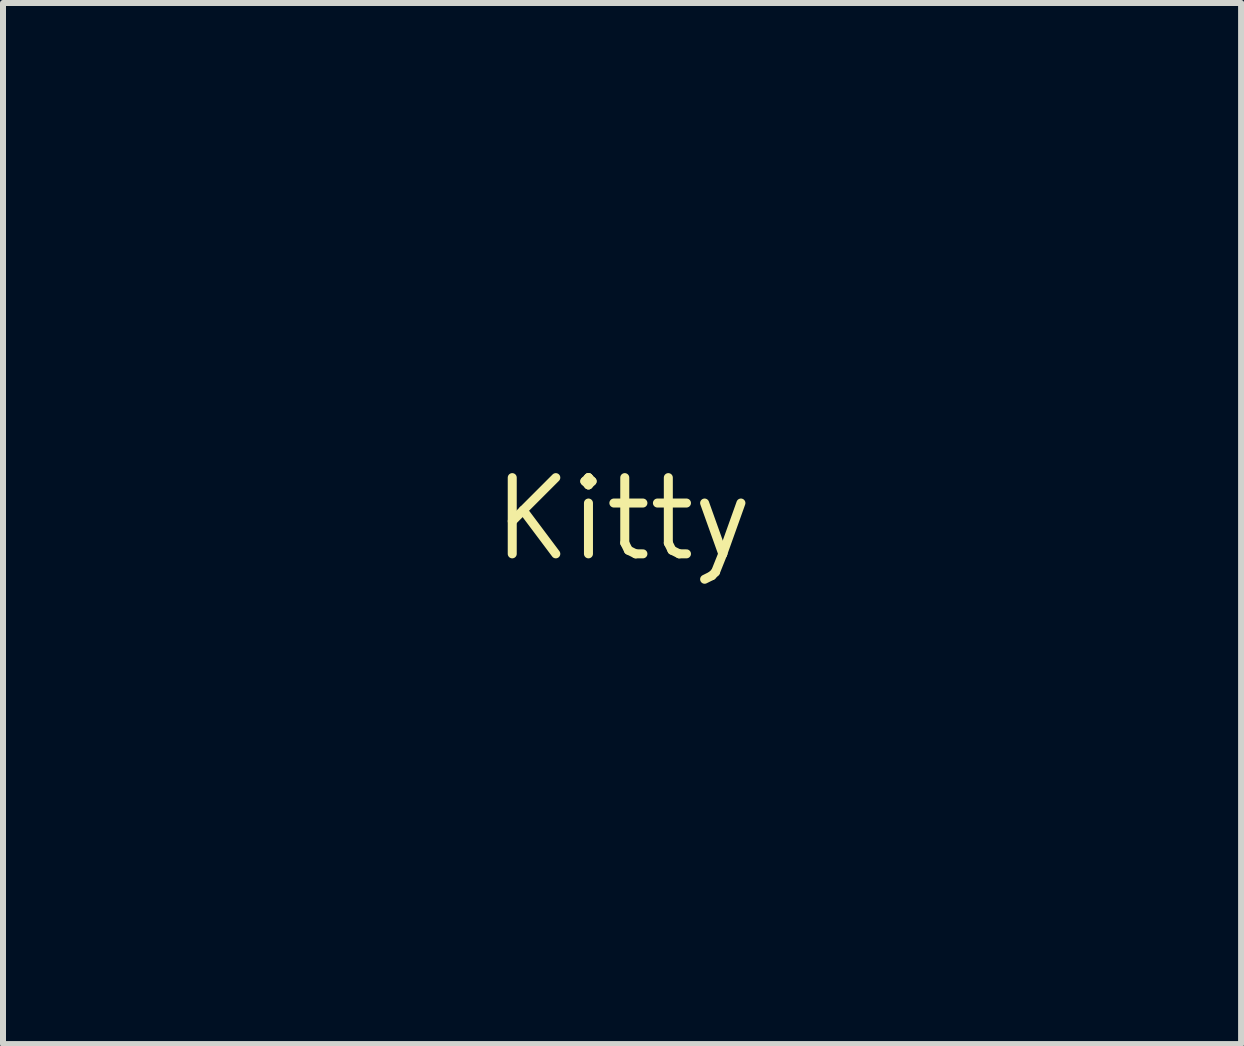
<source format=kicad_pcb>
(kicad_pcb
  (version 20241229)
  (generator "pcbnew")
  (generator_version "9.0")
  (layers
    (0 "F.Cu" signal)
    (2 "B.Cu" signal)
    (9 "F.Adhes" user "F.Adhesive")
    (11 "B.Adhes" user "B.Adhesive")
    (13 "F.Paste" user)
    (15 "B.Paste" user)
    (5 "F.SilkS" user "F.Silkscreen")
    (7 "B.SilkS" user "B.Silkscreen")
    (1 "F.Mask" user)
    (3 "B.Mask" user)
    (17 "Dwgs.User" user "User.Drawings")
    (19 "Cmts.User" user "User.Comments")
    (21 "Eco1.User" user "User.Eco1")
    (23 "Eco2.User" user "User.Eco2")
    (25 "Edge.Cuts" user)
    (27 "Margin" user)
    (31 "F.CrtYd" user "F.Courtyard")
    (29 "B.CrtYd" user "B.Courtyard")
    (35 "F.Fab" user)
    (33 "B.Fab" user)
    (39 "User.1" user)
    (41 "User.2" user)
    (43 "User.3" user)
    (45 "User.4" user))
  (footprint "Kitty"
    (layer "F.Cu")
    (at 7.329 5.598)
    (property "Reference" "Kitty" (at 0 0 0) (layer "F.SilkS") (effects (font (size 1.27 1.27) (thickness 0.15))))
    (attr through_hole)
    (fp_poly (pts (xy -6.054 0.699) (xy -6.075 0.72) (xy -6.096 0.699) (xy -6.075 0.677) (xy -6.054 0.699)) (stroke (width 0.01) (type solid)) (fill yes) (layer "B.Mask"))
    (fp_poly (pts (xy -5.842 0.699) (xy -5.863 0.72) (xy -5.884 0.699) (xy -5.863 0.677) (xy -5.842 0.699)) (stroke (width 0.01) (type solid)) (fill yes) (layer "B.Mask"))
    (fp_poly (pts (xy -4.233 -3.323) (xy -4.255 -3.302) (xy -4.276 -3.323) (xy -4.255 -3.344) (xy -4.233 -3.323)) (stroke (width 0.01) (type solid)) (fill yes) (layer "B.Mask"))
    (fp_poly (pts (xy -3.895 1.714) (xy -3.916 1.736) (xy -3.937 1.714) (xy -3.916 1.693) (xy -3.895 1.714)) (stroke (width 0.01) (type solid)) (fill yes) (layer "B.Mask"))
    (fp_poly (pts (xy -3.556 -3.662) (xy -3.577 -3.641) (xy -3.598 -3.662) (xy -3.577 -3.683) (xy -3.556 -3.662)) (stroke (width 0.01) (type solid)) (fill yes) (layer "B.Mask"))
    (fp_poly (pts (xy -3.048 0.275) (xy -3.069 0.296) (xy -3.09 0.275) (xy -3.069 0.254) (xy -3.048 0.275)) (stroke (width 0.01) (type solid)) (fill yes) (layer "B.Mask"))
    (fp_poly (pts (xy -2.54 0.064) (xy -2.561 0.085) (xy -2.582 0.064) (xy -2.561 0.042) (xy -2.54 0.064)) (stroke (width 0.01) (type solid)) (fill yes) (layer "B.Mask"))
    (fp_poly (pts (xy -2.455 -1.968) (xy -2.477 -1.947) (xy -2.498 -1.968) (xy -2.477 -1.99) (xy -2.455 -1.968)) (stroke (width 0.01) (type solid)) (fill yes) (layer "B.Mask"))
    (fp_poly (pts (xy -1.82 1.968) (xy -1.841 1.99) (xy -1.863 1.968) (xy -1.841 1.947) (xy -1.82 1.968)) (stroke (width 0.01) (type solid)) (fill yes) (layer "B.Mask"))
    (fp_poly (pts (xy -1.693 0.995) (xy -1.714 1.016) (xy -1.736 0.995) (xy -1.714 0.974) (xy -1.693 0.995)) (stroke (width 0.01) (type solid)) (fill yes) (layer "B.Mask"))
    (fp_poly (pts (xy -1.609 0.953) (xy -1.63 0.974) (xy -1.651 0.953) (xy -1.63 0.931) (xy -1.609 0.953)) (stroke (width 0.01) (type solid)) (fill yes) (layer "B.Mask"))
    (fp_poly (pts (xy -1.524 0.826) (xy -1.545 0.847) (xy -1.566 0.826) (xy -1.545 0.804) (xy -1.524 0.826)) (stroke (width 0.01) (type solid)) (fill yes) (layer "B.Mask"))
    (fp_poly (pts (xy -1.143 0.275) (xy -1.164 0.296) (xy -1.185 0.275) (xy -1.164 0.254) (xy -1.143 0.275)) (stroke (width 0.01) (type solid)) (fill yes) (layer "B.Mask"))
    (fp_poly (pts (xy -0.466 -0.614) (xy -0.487 -0.593) (xy -0.508 -0.614) (xy -0.487 -0.635) (xy -0.466 -0.614)) (stroke (width 0.01) (type solid)) (fill yes) (layer "B.Mask"))
    (fp_poly (pts (xy -0.085 4.212) (xy -0.106 4.233) (xy -0.127 4.212) (xy -0.106 4.191) (xy -0.085 4.212)) (stroke (width 0.01) (type solid)) (fill yes) (layer "B.Mask"))
    (fp_poly (pts (xy 0.042 -0.106) (xy 0.021 -0.085) (xy 0 -0.106) (xy 0.021 -0.127) (xy 0.042 -0.106)) (stroke (width 0.01) (type solid)) (fill yes) (layer "B.Mask"))
    (fp_poly (pts (xy 0.762 -4.551) (xy 0.741 -4.53) (xy 0.72 -4.551) (xy 0.741 -4.572) (xy 0.762 -4.551)) (stroke (width 0.01) (type solid)) (fill yes) (layer "B.Mask"))
    (fp_poly (pts (xy 1.143 -2.815) (xy 1.122 -2.794) (xy 1.101 -2.815) (xy 1.122 -2.836) (xy 1.143 -2.815)) (stroke (width 0.01) (type solid)) (fill yes) (layer "B.Mask"))
    (fp_poly (pts (xy 2.413 2.392) (xy 2.392 2.413) (xy 2.371 2.392) (xy 2.392 2.371) (xy 2.413 2.392)) (stroke (width 0.01) (type solid)) (fill yes) (layer "B.Mask"))
    (fp_poly (pts (xy 2.879 4.085) (xy 2.857 4.106) (xy 2.836 4.085) (xy 2.857 4.064) (xy 2.879 4.085)) (stroke (width 0.01) (type solid)) (fill yes) (layer "B.Mask"))
    (fp_poly (pts (xy 5.207 -2.815) (xy 5.186 -2.794) (xy 5.165 -2.815) (xy 5.186 -2.836) (xy 5.207 -2.815)) (stroke (width 0.01) (type solid)) (fill yes) (layer "B.Mask"))
    (fp_poly (pts (xy 5.419 -3.196) (xy 5.397 -3.175) (xy 5.376 -3.196) (xy 5.397 -3.217) (xy 5.419 -3.196)) (stroke (width 0.01) (type solid)) (fill yes) (layer "B.Mask"))
    (fp_poly (pts (xy 5.8 0.529) (xy 5.779 0.55) (xy 5.757 0.529) (xy 5.779 0.508) (xy 5.8 0.529)) (stroke (width 0.01) (type solid)) (fill yes) (layer "B.Mask"))
    (fp_poly (pts (xy 5.842 0.402) (xy 5.821 0.423) (xy 5.8 0.402) (xy 5.821 0.381) (xy 5.842 0.402)) (stroke (width 0.01) (type solid)) (fill yes) (layer "B.Mask"))
    (fp_poly (pts (xy 5.927 0.614) (xy 5.905 0.635) (xy 5.884 0.614) (xy 5.905 0.593) (xy 5.927 0.614)) (stroke (width 0.01) (type solid)) (fill yes) (layer "B.Mask"))
    (fp_poly (pts (xy 6.519 2.223) (xy 6.498 2.244) (xy 6.477 2.223) (xy 6.498 2.201) (xy 6.519 2.223)) (stroke (width 0.01) (type solid)) (fill yes) (layer "B.Mask"))
    (fp_poly (pts (xy -5.263 1.03) (xy -5.258 1.08) (xy -5.263 1.087) (xy -5.289 1.081) (xy -5.292 1.058) (xy -5.276 1.023) (xy -5.263 1.03)) (stroke (width 0.01) (type solid)) (fill yes) (layer "B.Mask"))
    (fp_poly (pts (xy -5.179 -1.831) (xy -5.173 -1.744) (xy -5.179 -1.725) (xy -5.194 -1.72) (xy -5.2 -1.778) (xy -5.194 -1.838) (xy -5.179 -1.831)) (stroke (width 0.01) (type solid)) (fill yes) (layer "B.Mask"))
    (fp_poly (pts (xy -4.671 0.183) (xy -4.677 0.209) (xy -4.699 0.212) (xy -4.734 0.196) (xy -4.727 0.183) (xy -4.677 0.178) (xy -4.671 0.183)) (stroke (width 0.01) (type solid)) (fill yes) (layer "B.Mask"))
    (fp_poly (pts (xy -4.668 1.837) (xy -4.681 1.856) (xy -4.724 1.859) (xy -4.769 1.849) (xy -4.749 1.834) (xy -4.683 1.829) (xy -4.668 1.837)) (stroke (width 0.01) (type solid)) (fill yes) (layer "B.Mask"))
    (fp_poly (pts (xy -4.459 -1.637) (xy -4.454 -1.587) (xy -4.459 -1.58) (xy -4.484 -1.586) (xy -4.487 -1.609) (xy -4.472 -1.644) (xy -4.459 -1.637)) (stroke (width 0.01) (type solid)) (fill yes) (layer "B.Mask"))
    (fp_poly (pts (xy -3.993 -2.717) (xy -3.988 -2.651) (xy -3.996 -2.636) (xy -4.015 -2.649) (xy -4.018 -2.692) (xy -4.008 -2.737) (xy -3.993 -2.717)) (stroke (width 0.01) (type solid)) (fill yes) (layer "B.Mask"))
    (fp_poly (pts (xy -3.57 -2.907) (xy -3.565 -2.857) (xy -3.57 -2.85) (xy -3.595 -2.856) (xy -3.598 -2.879) (xy -3.583 -2.914) (xy -3.57 -2.907)) (stroke (width 0.01) (type solid)) (fill yes) (layer "B.Mask"))
    (fp_poly (pts (xy -3.528 1.792) (xy -3.523 1.842) (xy -3.528 1.849) (xy -3.553 1.843) (xy -3.556 1.82) (xy -3.541 1.785) (xy -3.528 1.792)) (stroke (width 0.01) (type solid)) (fill yes) (layer "B.Mask"))
    (fp_poly (pts (xy -3.398 1.244) (xy -3.411 1.264) (xy -3.454 1.267) (xy -3.499 1.256) (xy -3.479 1.241) (xy -3.413 1.236) (xy -3.398 1.244)) (stroke (width 0.01) (type solid)) (fill yes) (layer "B.Mask"))
    (fp_poly (pts (xy -3.231 1.411) (xy -3.237 1.436) (xy -3.26 1.439) (xy -3.295 1.424) (xy -3.288 1.411) (xy -3.238 1.406) (xy -3.231 1.411)) (stroke (width 0.01) (type solid)) (fill yes) (layer "B.Mask"))
    (fp_poly (pts (xy -3.189 1.919) (xy -3.195 1.944) (xy -3.217 1.947) (xy -3.252 1.932) (xy -3.246 1.919) (xy -3.195 1.914) (xy -3.189 1.919)) (stroke (width 0.01) (type solid)) (fill yes) (layer "B.Mask"))
    (fp_poly (pts (xy -2.977 -0.452) (xy -2.972 -0.401) (xy -2.977 -0.395) (xy -3.003 -0.401) (xy -3.006 -0.423) (xy -2.99 -0.458) (xy -2.977 -0.452)) (stroke (width 0.01) (type solid)) (fill yes) (layer "B.Mask"))
    (fp_poly (pts (xy -2.766 -0.307) (xy -2.76 -0.22) (xy -2.766 -0.201) (xy -2.781 -0.196) (xy -2.787 -0.254) (xy -2.781 -0.314) (xy -2.766 -0.307)) (stroke (width 0.01) (type solid)) (fill yes) (layer "B.Mask"))
    (fp_poly (pts (xy -2.741 4.586) (xy -2.736 4.602) (xy -2.794 4.608) (xy -2.854 4.601) (xy -2.847 4.586) (xy -2.76 4.581) (xy -2.741 4.586)) (stroke (width 0.01) (type solid)) (fill yes) (layer "B.Mask"))
    (fp_poly (pts (xy -2.553 -0.304) (xy -2.548 -0.238) (xy -2.557 -0.223) (xy -2.576 -0.236) (xy -2.579 -0.279) (xy -2.569 -0.324) (xy -2.553 -0.304)) (stroke (width 0.01) (type solid)) (fill yes) (layer "B.Mask"))
    (fp_poly (pts (xy -2.384 -0.304) (xy -2.379 -0.238) (xy -2.387 -0.223) (xy -2.407 -0.236) (xy -2.41 -0.279) (xy -2.399 -0.324) (xy -2.384 -0.304)) (stroke (width 0.01) (type solid)) (fill yes) (layer "B.Mask"))
    (fp_poly (pts (xy -1.962 0.37) (xy -1.956 0.457) (xy -1.962 0.476) (xy -1.977 0.482) (xy -1.983 0.423) (xy -1.976 0.363) (xy -1.962 0.37)) (stroke (width 0.01) (type solid)) (fill yes) (layer "B.Mask"))
    (fp_poly (pts (xy -1.834 -0.833) (xy -1.84 -0.807) (xy -1.863 -0.804) (xy -1.898 -0.82) (xy -1.891 -0.833) (xy -1.841 -0.838) (xy -1.834 -0.833)) (stroke (width 0.01) (type solid)) (fill yes) (layer "B.Mask"))
    (fp_poly (pts (xy -1.707 0.226) (xy -1.702 0.276) (xy -1.707 0.282) (xy -1.733 0.276) (xy -1.736 0.254) (xy -1.72 0.219) (xy -1.707 0.226)) (stroke (width 0.01) (type solid)) (fill yes) (layer "B.Mask"))
    (fp_poly (pts (xy -1.538 -1.196) (xy -1.533 -1.109) (xy -1.538 -1.09) (xy -1.554 -1.085) (xy -1.56 -1.143) (xy -1.553 -1.203) (xy -1.538 -1.196)) (stroke (width 0.01) (type solid)) (fill yes) (layer "B.Mask"))
    (fp_poly (pts (xy -1.451 1.795) (xy -1.463 1.814) (xy -1.506 1.817) (xy -1.552 1.807) (xy -1.532 1.791) (xy -1.466 1.786) (xy -1.451 1.795)) (stroke (width 0.01) (type solid)) (fill yes) (layer "B.Mask"))
    (fp_poly (pts (xy -1.199 -0.367) (xy -1.194 -0.317) (xy -1.199 -0.31) (xy -1.225 -0.316) (xy -1.228 -0.339) (xy -1.212 -0.374) (xy -1.199 -0.367)) (stroke (width 0.01) (type solid)) (fill yes) (layer "B.Mask"))
    (fp_poly (pts (xy 1.259 -5.233) (xy 1.246 -5.213) (xy 1.203 -5.21) (xy 1.158 -5.221) (xy 1.177 -5.236) (xy 1.244 -5.241) (xy 1.259 -5.233)) (stroke (width 0.01) (type solid)) (fill yes) (layer "B.Mask"))
    (fp_poly (pts (xy 2.441 -2.907) (xy 2.435 -2.882) (xy 2.413 -2.879) (xy 2.378 -2.894) (xy 2.385 -2.907) (xy 2.435 -2.912) (xy 2.441 -2.907)) (stroke (width 0.01) (type solid)) (fill yes) (layer "B.Mask"))
    (fp_poly (pts (xy 2.441 -2.78) (xy 2.435 -2.755) (xy 2.413 -2.752) (xy 2.378 -2.767) (xy 2.385 -2.78) (xy 2.435 -2.785) (xy 2.441 -2.78)) (stroke (width 0.01) (type solid)) (fill yes) (layer "B.Mask"))
    (fp_poly (pts (xy 2.568 3.485) (xy 2.562 3.511) (xy 2.54 3.514) (xy 2.505 3.498) (xy 2.512 3.485) (xy 2.562 3.48) (xy 2.568 3.485)) (stroke (width 0.01) (type solid)) (fill yes) (layer "B.Mask"))
    (fp_poly (pts (xy 3.079 -4.217) (xy 3.066 -4.197) (xy 3.023 -4.194) (xy 2.978 -4.205) (xy 2.998 -4.22) (xy 3.064 -4.225) (xy 3.079 -4.217)) (stroke (width 0.01) (type solid)) (fill yes) (layer "B.Mask"))
    (fp_poly (pts (xy 4.939 1.175) (xy 4.944 1.261) (xy 4.939 1.281) (xy 4.923 1.286) (xy 4.917 1.228) (xy 4.924 1.168) (xy 4.939 1.175)) (stroke (width 0.01) (type solid)) (fill yes) (layer "B.Mask"))
    (fp_poly (pts (xy 5.828 2.995) (xy 5.833 3.082) (xy 5.828 3.101) (xy 5.812 3.106) (xy 5.806 3.048) (xy 5.813 2.988) (xy 5.828 2.995)) (stroke (width 0.01) (type solid)) (fill yes) (layer "B.Mask"))
    (fp_poly (pts (xy 5.87 0.48) (xy 5.875 0.53) (xy 5.87 0.536) (xy 5.845 0.53) (xy 5.842 0.508) (xy 5.857 0.473) (xy 5.87 0.48)) (stroke (width 0.01) (type solid)) (fill yes) (layer "B.Mask"))
    (fp_poly (pts (xy -3.814 -2.404) (xy -3.819 -2.365) (xy -3.842 -2.333) (xy -3.87 -2.365) (xy -3.886 -2.427) (xy -3.878 -2.444) (xy -3.836 -2.451) (xy -3.814 -2.404)) (stroke (width 0.01) (type solid)) (fill yes) (layer "B.Mask"))
    (fp_poly (pts (xy -3.322 2.89) (xy -3.278 2.931) (xy -3.229 2.994) (xy -3.227 3.029) (xy -3.262 3.017) (xy -3.304 2.956) (xy -3.336 2.889) (xy -3.322 2.89)) (stroke (width 0.01) (type solid)) (fill yes) (layer "B.Mask"))
    (fp_poly (pts (xy -3.006 -4.153) (xy -3.039 -4.107) (xy -3.067 -4.092) (xy -3.11 -4.094) (xy -3.105 -4.13) (xy -3.064 -4.182) (xy -3.02 -4.186) (xy -3.006 -4.153)) (stroke (width 0.01) (type solid)) (fill yes) (layer "B.Mask"))
    (fp_poly (pts (xy -2.958 -0.181) (xy -2.956 -0.179) (xy -2.926 -0.106) (xy -2.93 -0.079) (xy -2.952 -0.069) (xy -2.975 -0.124) (xy -2.984 -0.189) (xy -2.958 -0.181)) (stroke (width 0.01) (type solid)) (fill yes) (layer "B.Mask"))
    (fp_poly (pts (xy -2.475 2.356) (xy -2.417 2.389) (xy -2.442 2.409) (xy -2.5 2.413) (xy -2.559 2.397) (xy -2.562 2.373) (xy -2.507 2.349) (xy -2.475 2.356)) (stroke (width 0.01) (type solid)) (fill yes) (layer "B.Mask"))
    (fp_poly (pts (xy -2.42 0.991) (xy -2.374 1.033) (xy -2.383 1.058) (xy -2.389 1.058) (xy -2.425 1.028) (xy -2.438 1.009) (xy -2.443 0.98) (xy -2.42 0.991)) (stroke (width 0.01) (type solid)) (fill yes) (layer "B.Mask"))
    (fp_poly (pts (xy -2.052 -0.923) (xy -2.065 -0.892) (xy -2.104 -0.871) (xy -2.154 -0.858) (xy -2.133 -0.889) (xy -2.128 -0.894) (xy -2.072 -0.928) (xy -2.052 -0.923)) (stroke (width 0.01) (type solid)) (fill yes) (layer "B.Mask"))
    (fp_poly (pts (xy -1.869 2.091) (xy -1.824 2.134) (xy -1.833 2.159) (xy -1.839 2.159) (xy -1.875 2.129) (xy -1.888 2.11) (xy -1.893 2.081) (xy -1.869 2.091)) (stroke (width 0.01) (type solid)) (fill yes) (layer "B.Mask"))
    (fp_poly (pts (xy -0.726 -0.135) (xy -0.708 -0.086) (xy -0.699 -0.012) (xy -0.719 -0.01) (xy -0.747 -0.065) (xy -0.758 -0.133) (xy -0.751 -0.152) (xy -0.726 -0.135)) (stroke (width 0.01) (type solid)) (fill yes) (layer "B.Mask"))
    (fp_poly (pts (xy 0.894 1.381) (xy 0.927 1.434) (xy 0.92 1.464) (xy 0.882 1.453) (xy 0.848 1.419) (xy 0.82 1.366) (xy 0.839 1.355) (xy 0.894 1.381)) (stroke (width 0.01) (type solid)) (fill yes) (layer "B.Mask"))
    (fp_poly (pts (xy 2.392 -4.656) (xy 2.346 -4.621) (xy 2.298 -4.615) (xy 2.286 -4.631) (xy 2.319 -4.658) (xy 2.352 -4.673) (xy 2.395 -4.676) (xy 2.392 -4.656)) (stroke (width 0.01) (type solid)) (fill yes) (layer "B.Mask"))
    (fp_poly (pts (xy 5.073 0.991) (xy 5.119 1.03) (xy 5.122 1.04) (xy 5.102 1.057) (xy 5.06 1.018) (xy 5.055 1.009) (xy 5.05 0.98) (xy 5.073 0.991)) (stroke (width 0.01) (type solid)) (fill yes) (layer "B.Mask"))
    (fp_poly (pts (xy 5.239 -2.1) (xy 5.307 -2.038) (xy 5.334 -2.004) (xy 5.315 -1.994) (xy 5.254 -2.051) (xy 5.224 -2.085) (xy 5.144 -2.18) (xy 5.239 -2.1)) (stroke (width 0.01) (type solid)) (fill yes) (layer "B.Mask"))
    (fp_poly (pts (xy 5.346 -2.763) (xy 5.355 -2.752) (xy 5.37 -2.714) (xy 5.33 -2.728) (xy 5.292 -2.752) (xy 5.259 -2.786) (xy 5.279 -2.793) (xy 5.346 -2.763)) (stroke (width 0.01) (type solid)) (fill yes) (layer "B.Mask"))
    (fp_poly (pts (xy 5.842 -0.398) (xy 5.847 -0.392) (xy 5.881 -0.337) (xy 5.876 -0.316) (xy 5.845 -0.329) (xy 5.824 -0.369) (xy 5.811 -0.418) (xy 5.842 -0.398)) (stroke (width 0.01) (type solid)) (fill yes) (layer "B.Mask"))
    (fp_poly (pts (xy 6.005 -1.719) (xy 6.05 -1.676) (xy 6.041 -1.651) (xy 6.035 -1.651) (xy 5.999 -1.681) (xy 5.986 -1.7) (xy 5.981 -1.729) (xy 6.005 -1.719)) (stroke (width 0.01) (type solid)) (fill yes) (layer "B.Mask"))
    (fp_poly (pts (xy 6.301 -1.38) (xy 6.347 -1.337) (xy 6.337 -1.313) (xy 6.331 -1.312) (xy 6.296 -1.342) (xy 6.282 -1.361) (xy 6.277 -1.39) (xy 6.301 -1.38)) (stroke (width 0.01) (type solid)) (fill yes) (layer "B.Mask"))
    (fp_poly (pts (xy -6.226 0.7) (xy -6.223 0.715) (xy -6.254 0.775) (xy -6.265 0.783) (xy -6.304 0.781) (xy -6.308 0.767) (xy -6.277 0.707) (xy -6.265 0.699) (xy -6.226 0.7)) (stroke (width 0.01) (type solid)) (fill yes) (layer "B.Mask"))
    (fp_poly (pts (xy -5.849 0.094) (xy -5.842 0.101) (xy -5.875 0.129) (xy -5.905 0.142) (xy -5.96 0.143) (xy -5.969 0.126) (xy -5.935 0.089) (xy -5.905 0.085) (xy -5.849 0.094)) (stroke (width 0.01) (type solid)) (fill yes) (layer "B.Mask"))
    (fp_poly (pts (xy -4.909 -1.66) (xy -4.895 -1.63) (xy -4.894 -1.575) (xy -4.912 -1.566) (xy -4.948 -1.601) (xy -4.953 -1.63) (xy -4.944 -1.686) (xy -4.936 -1.693) (xy -4.909 -1.66)) (stroke (width 0.01) (type solid)) (fill yes) (layer "B.Mask"))
    (fp_poly (pts (xy -4.784 -1.841) (xy -4.743 -1.803) (xy -4.741 -1.797) (xy -4.774 -1.778) (xy -4.784 -1.778) (xy -4.824 -1.811) (xy -4.826 -1.823) (xy -4.8 -1.848) (xy -4.784 -1.841)) (stroke (width 0.01) (type solid)) (fill yes) (layer "B.Mask"))
    (fp_poly (pts (xy -4.517 0.369) (xy -4.508 0.381) (xy -4.518 0.417) (xy -4.548 0.423) (xy -4.606 0.401) (xy -4.614 0.381) (xy -4.584 0.34) (xy -4.574 0.339) (xy -4.517 0.369)) (stroke (width 0.01) (type solid)) (fill yes) (layer "B.Mask"))
    (fp_poly (pts (xy -4.268 -1.11) (xy -4.236 -1.056) (xy -4.24 -1.038) (xy -4.284 -1.039) (xy -4.29 -1.044) (xy -4.318 -1.109) (xy -4.318 -1.116) (xy -4.297 -1.132) (xy -4.268 -1.11)) (stroke (width 0.01) (type solid)) (fill yes) (layer "B.Mask"))
    (fp_poly (pts (xy -4.187 0.559) (xy -4.085 0.593) (xy -4.034 0.619) (xy -4.057 0.629) (xy -4.114 0.632) (xy -4.208 0.62) (xy -4.255 0.593) (xy -4.25 0.559) (xy -4.187 0.559)) (stroke (width 0.01) (type solid)) (fill yes) (layer "B.Mask"))
    (fp_poly (pts (xy -3.982 -2.246) (xy -3.979 -2.223) (xy -4.006 -2.151) (xy -4.022 -2.138) (xy -4.053 -2.153) (xy -4.064 -2.223) (xy -4.051 -2.296) (xy -4.022 -2.307) (xy -3.982 -2.246)) (stroke (width 0.01) (type solid)) (fill yes) (layer "B.Mask"))
    (fp_poly (pts (xy -3.771 -3.491) (xy -3.768 -3.476) (xy -3.799 -3.416) (xy -3.81 -3.408) (xy -3.849 -3.41) (xy -3.852 -3.424) (xy -3.821 -3.484) (xy -3.81 -3.493) (xy -3.771 -3.491)) (stroke (width 0.01) (type solid)) (fill yes) (layer "B.Mask"))
    (fp_poly (pts (xy -3.562 1.082) (xy -3.556 1.101) (xy -3.592 1.135) (xy -3.643 1.143) (xy -3.702 1.127) (xy -3.704 1.101) (xy -3.643 1.062) (xy -3.617 1.058) (xy -3.562 1.082)) (stroke (width 0.01) (type solid)) (fill yes) (layer "B.Mask"))
    (fp_poly (pts (xy -3.507 -0.098) (xy -3.471 -0.064) (xy -3.436 -0.001) (xy -3.438 0.023) (xy -3.478 0.013) (xy -3.514 -0.021) (xy -3.549 -0.083) (xy -3.547 -0.108) (xy -3.507 -0.098)) (stroke (width 0.01) (type solid)) (fill yes) (layer "B.Mask"))
    (fp_poly (pts (xy -3.349 -0.306) (xy -3.316 -0.238) (xy -3.317 -0.183) (xy -3.319 -0.181) (xy -3.35 -0.198) (xy -3.385 -0.25) (xy -3.407 -0.317) (xy -3.393 -0.339) (xy -3.349 -0.306)) (stroke (width 0.01) (type solid)) (fill yes) (layer "B.Mask"))
    (fp_poly (pts (xy -3.168 -0.4) (xy -3.15 -0.364) (xy -3.136 -0.293) (xy -3.143 -0.272) (xy -3.173 -0.286) (xy -3.192 -0.322) (xy -3.205 -0.393) (xy -3.198 -0.414) (xy -3.168 -0.4)) (stroke (width 0.01) (type solid)) (fill yes) (layer "B.Mask"))
    (fp_poly (pts (xy -3.05 -0.012) (xy -3.048 0) (xy -3.062 0.041) (xy -3.067 0.042) (xy -3.103 0.013) (xy -3.111 0) (xy -3.108 -0.039) (xy -3.093 -0.042) (xy -3.05 -0.012)) (stroke (width 0.01) (type solid)) (fill yes) (layer "B.Mask"))
    (fp_poly (pts (xy -2.952 2.004) (xy -2.951 2.018) (xy -3.017 2.024) (xy -3.027 2.024) (xy -3.092 2.018) (xy -3.086 2.005) (xy -3.079 2.003) (xy -2.987 1.996) (xy -2.952 2.004)) (stroke (width 0.01) (type solid)) (fill yes) (layer "B.Mask"))
    (fp_poly (pts (xy -2.807 3.004) (xy -2.724 3.055) (xy -2.688 3.091) (xy -2.675 3.13) (xy -2.716 3.112) (xy -2.8 3.046) (xy -2.864 2.988) (xy -2.865 2.977) (xy -2.807 3.004)) (stroke (width 0.01) (type solid)) (fill yes) (layer "B.Mask"))
    (fp_poly (pts (xy -2.762 2.13) (xy -2.749 2.142) (xy -2.808 2.149) (xy -2.836 2.149) (xy -2.913 2.145) (xy -2.922 2.134) (xy -2.91 2.13) (xy -2.803 2.123) (xy -2.762 2.13)) (stroke (width 0.01) (type solid)) (fill yes) (layer "B.Mask"))
    (fp_poly (pts (xy -2.715 2.217) (xy -2.646 2.244) (xy -2.596 2.27) (xy -2.619 2.28) (xy -2.678 2.283) (xy -2.762 2.272) (xy -2.794 2.244) (xy -2.777 2.208) (xy -2.715 2.217)) (stroke (width 0.01) (type solid)) (fill yes) (layer "B.Mask"))
    (fp_poly (pts (xy -2.447 2.949) (xy -2.389 2.984) (xy -2.344 3.031) (xy -2.364 3.046) (xy -2.43 3.022) (xy -2.454 3.007) (xy -2.496 2.963) (xy -2.493 2.945) (xy -2.447 2.949)) (stroke (width 0.01) (type solid)) (fill yes) (layer "B.Mask"))
    (fp_poly (pts (xy -2.445 4.754) (xy -2.425 4.764) (xy -2.478 4.771) (xy -2.54 4.772) (xy -2.632 4.769) (xy -2.657 4.76) (xy -2.635 4.754) (xy -2.512 4.747) (xy -2.445 4.754)) (stroke (width 0.01) (type solid)) (fill yes) (layer "B.Mask"))
    (fp_poly (pts (xy -2.372 0.835) (xy -2.371 0.847) (xy -2.385 0.888) (xy -2.389 0.889) (xy -2.425 0.859) (xy -2.434 0.847) (xy -2.431 0.808) (xy -2.415 0.804) (xy -2.372 0.835)) (stroke (width 0.01) (type solid)) (fill yes) (layer "B.Mask"))
    (fp_poly (pts (xy -2.333 0.668) (xy -2.3 0.735) (xy -2.301 0.791) (xy -2.303 0.793) (xy -2.334 0.776) (xy -2.369 0.723) (xy -2.391 0.657) (xy -2.377 0.635) (xy -2.333 0.668)) (stroke (width 0.01) (type solid)) (fill yes) (layer "B.Mask"))
    (fp_poly (pts (xy -2.078 0.506) (xy -2.074 0.532) (xy -2.098 0.586) (xy -2.117 0.593) (xy -2.151 0.557) (xy -2.159 0.506) (xy -2.143 0.447) (xy -2.117 0.445) (xy -2.078 0.506)) (stroke (width 0.01) (type solid)) (fill yes) (layer "B.Mask"))
    (fp_poly (pts (xy -2.068 2.273) (xy -2.032 2.307) (xy -1.997 2.369) (xy -1.999 2.394) (xy -2.038 2.384) (xy -2.074 2.349) (xy -2.11 2.287) (xy -2.108 2.263) (xy -2.068 2.273)) (stroke (width 0.01) (type solid)) (fill yes) (layer "B.Mask"))
    (fp_poly (pts (xy -2.003 -4.248) (xy -2.011 -4.233) (xy -2.051 -4.193) (xy -2.058 -4.191) (xy -2.061 -4.218) (xy -2.053 -4.233) (xy -2.013 -4.274) (xy -2.006 -4.276) (xy -2.003 -4.248)) (stroke (width 0.01) (type solid)) (fill yes) (layer "B.Mask"))
    (fp_poly (pts (xy -1.824 0.362) (xy -1.82 0.376) (xy -1.851 0.436) (xy -1.863 0.445) (xy -1.902 0.443) (xy -1.905 0.428) (xy -1.874 0.368) (xy -1.863 0.36) (xy -1.824 0.362)) (stroke (width 0.01) (type solid)) (fill yes) (layer "B.Mask"))
    (fp_poly (pts (xy -1.58 1.297) (xy -1.587 1.312) (xy -1.627 1.353) (xy -1.635 1.355) (xy -1.638 1.327) (xy -1.63 1.312) (xy -1.59 1.272) (xy -1.583 1.27) (xy -1.58 1.297)) (stroke (width 0.01) (type solid)) (fill yes) (layer "B.Mask"))
    (fp_poly (pts (xy -1.454 1.677) (xy -1.46 1.693) (xy -1.499 1.734) (xy -1.505 1.736) (xy -1.524 1.703) (xy -1.524 1.693) (xy -1.491 1.653) (xy -1.479 1.651) (xy -1.454 1.677)) (stroke (width 0.01) (type solid)) (fill yes) (layer "B.Mask"))
    (fp_poly (pts (xy -1.229 -0.233) (xy -1.25 -0.163) (xy -1.27 -0.127) (xy -1.304 -0.093) (xy -1.311 -0.106) (xy -1.29 -0.175) (xy -1.27 -0.212) (xy -1.236 -0.246) (xy -1.229 -0.233)) (stroke (width 0.01) (type solid)) (fill yes) (layer "B.Mask"))
    (fp_poly (pts (xy -1.16 -0.061) (xy -1.189 0) (xy -1.239 0.099) (xy -1.264 0.126) (xy -1.27 0.1) (xy -1.246 0.038) (xy -1.204 -0.024) (xy -1.16 -0.076) (xy -1.16 -0.061)) (stroke (width 0.01) (type solid)) (fill yes) (layer "B.Mask"))
    (fp_poly (pts (xy -0.428 -0.304) (xy -0.423 -0.275) (xy -0.446 -0.219) (xy -0.466 -0.212) (xy -0.503 -0.246) (xy -0.508 -0.275) (xy -0.485 -0.332) (xy -0.466 -0.339) (xy -0.428 -0.304)) (stroke (width 0.01) (type solid)) (fill yes) (layer "B.Mask"))
    (fp_poly (pts (xy 0.318 -3.017) (xy 0.312 -2.985) (xy 0.282 -2.929) (xy 0.271 -2.921) (xy 0.256 -2.956) (xy 0.254 -2.985) (xy 0.276 -3.041) (xy 0.295 -3.048) (xy 0.318 -3.017)) (stroke (width 0.01) (type solid)) (fill yes) (layer "B.Mask"))
    (fp_poly (pts (xy 0.42 -4.676) (xy 0.423 -4.662) (xy 0.392 -4.602) (xy 0.381 -4.593) (xy 0.342 -4.595) (xy 0.339 -4.609) (xy 0.37 -4.669) (xy 0.381 -4.678) (xy 0.42 -4.676)) (stroke (width 0.01) (type solid)) (fill yes) (layer "B.Mask"))
    (fp_poly (pts (xy 0.463 -2.843) (xy 0.466 -2.794) (xy 0.45 -2.725) (xy 0.427 -2.709) (xy 0.406 -2.743) (xy 0.411 -2.794) (xy 0.436 -2.862) (xy 0.449 -2.879) (xy 0.463 -2.843)) (stroke (width 0.01) (type solid)) (fill yes) (layer "B.Mask"))
    (fp_poly (pts (xy 0.475 -0.268) (xy 0.532 -0.236) (xy 0.586 -0.182) (xy 0.59 -0.152) (xy 0.541 -0.155) (xy 0.484 -0.187) (xy 0.43 -0.241) (xy 0.426 -0.271) (xy 0.475 -0.268)) (stroke (width 0.01) (type solid)) (fill yes) (layer "B.Mask"))
    (fp_poly (pts (xy 0.507 5.131) (xy 0.469 5.159) (xy 0.381 5.204) (xy 0.311 5.235) (xy 0.311 5.226) (xy 0.357 5.188) (xy 0.436 5.137) (xy 0.481 5.122) (xy 0.507 5.131)) (stroke (width 0.01) (type solid)) (fill yes) (layer "B.Mask"))
    (fp_poly (pts (xy 0.876 5.277) (xy 0.868 5.292) (xy 0.828 5.332) (xy 0.821 5.334) (xy 0.818 5.307) (xy 0.826 5.292) (xy 0.865 5.251) (xy 0.873 5.249) (xy 0.876 5.277)) (stroke (width 0.01) (type solid)) (fill yes) (layer "B.Mask"))
    (fp_poly (pts (xy 0.888 3.395) (xy 0.85 3.424) (xy 0.762 3.468) (xy 0.692 3.5) (xy 0.692 3.491) (xy 0.738 3.453) (xy 0.817 3.402) (xy 0.862 3.387) (xy 0.888 3.395)) (stroke (width 0.01) (type solid)) (fill yes) (layer "B.Mask"))
    (fp_poly (pts (xy 1.003 5.192) (xy 0.995 5.207) (xy 0.955 5.247) (xy 0.948 5.249) (xy 0.945 5.222) (xy 0.953 5.207) (xy 0.992 5.167) (xy 1 5.165) (xy 1.003 5.192)) (stroke (width 0.01) (type solid)) (fill yes) (layer "B.Mask"))
    (fp_poly (pts (xy 1.281 -1.476) (xy 1.25 -1.441) (xy 1.18 -1.369) (xy 1.155 -1.364) (xy 1.169 -1.415) (xy 1.226 -1.482) (xy 1.26 -1.501) (xy 1.3 -1.51) (xy 1.281 -1.476)) (stroke (width 0.01) (type solid)) (fill yes) (layer "B.Mask"))
    (fp_poly (pts (xy 1.288 -1.266) (xy 1.284 -1.219) (xy 1.25 -1.161) (xy 1.204 -1.115) (xy 1.187 -1.122) (xy 1.205 -1.189) (xy 1.245 -1.249) (xy 1.283 -1.269) (xy 1.288 -1.266)) (stroke (width 0.01) (type solid)) (fill yes) (layer "B.Mask"))
    (fp_poly (pts (xy 1.421 -3.234) (xy 1.397 -3.196) (xy 1.347 -3.144) (xy 1.33 -3.133) (xy 1.329 -3.165) (xy 1.339 -3.196) (xy 1.384 -3.252) (xy 1.407 -3.26) (xy 1.421 -3.234)) (stroke (width 0.01) (type solid)) (fill yes) (layer "B.Mask"))
    (fp_poly (pts (xy 1.799 -1.644) (xy 1.784 -1.608) (xy 1.716 -1.553) (xy 1.705 -1.546) (xy 1.587 -1.471) (xy 1.682 -1.569) (xy 1.752 -1.63) (xy 1.798 -1.645) (xy 1.799 -1.644)) (stroke (width 0.01) (type solid)) (fill yes) (layer "B.Mask"))
    (fp_poly (pts (xy 1.81 2.975) (xy 1.836 2.985) (xy 1.788 2.991) (xy 1.693 2.993) (xy 1.589 2.99) (xy 1.55 2.984) (xy 1.577 2.975) (xy 1.714 2.968) (xy 1.81 2.975)) (stroke (width 0.01) (type solid)) (fill yes) (layer "B.Mask"))
    (fp_poly (pts (xy 2.358 1.133) (xy 2.365 1.243) (xy 2.357 1.302) (xy 2.346 1.312) (xy 2.34 1.251) (xy 2.339 1.206) (xy 2.343 1.125) (xy 2.353 1.112) (xy 2.358 1.133)) (stroke (width 0.01) (type solid)) (fill yes) (layer "B.Mask"))
    (fp_poly (pts (xy 2.61 1.401) (xy 2.612 1.408) (xy 2.618 1.501) (xy 2.61 1.535) (xy 2.596 1.537) (xy 2.591 1.471) (xy 2.591 1.46) (xy 2.597 1.395) (xy 2.61 1.401)) (stroke (width 0.01) (type solid)) (fill yes) (layer "B.Mask"))
    (fp_poly (pts (xy 2.796 1.557) (xy 2.809 1.587) (xy 2.81 1.642) (xy 2.793 1.651) (xy 2.756 1.617) (xy 2.752 1.587) (xy 2.761 1.531) (xy 2.768 1.524) (xy 2.796 1.557)) (stroke (width 0.01) (type solid)) (fill yes) (layer "B.Mask"))
    (fp_poly (pts (xy 3.175 2.995) (xy 3.146 3.055) (xy 3.111 3.09) (xy 3.06 3.116) (xy 3.048 3.101) (xy 3.077 3.041) (xy 3.111 3.006) (xy 3.163 2.98) (xy 3.175 2.995)) (stroke (width 0.01) (type solid)) (fill yes) (layer "B.Mask"))
    (fp_poly (pts (xy 4.625 -3.755) (xy 4.643 -3.745) (xy 4.587 -3.739) (xy 4.508 -3.737) (xy 4.412 -3.741) (xy 4.384 -3.748) (xy 4.414 -3.756) (xy 4.539 -3.763) (xy 4.625 -3.755)) (stroke (width 0.01) (type solid)) (fill yes) (layer "B.Mask"))
    (fp_poly (pts (xy 4.642 1.655) (xy 4.644 1.662) (xy 4.65 1.755) (xy 4.642 1.789) (xy 4.628 1.791) (xy 4.623 1.725) (xy 4.623 1.714) (xy 4.629 1.649) (xy 4.642 1.655)) (stroke (width 0.01) (type solid)) (fill yes) (layer "B.Mask"))
    (fp_poly (pts (xy 4.771 1.514) (xy 4.778 1.624) (xy 4.77 1.683) (xy 4.759 1.693) (xy 4.753 1.632) (xy 4.752 1.587) (xy 4.756 1.506) (xy 4.766 1.493) (xy 4.771 1.514)) (stroke (width 0.01) (type solid)) (fill yes) (layer "B.Mask"))
    (fp_poly (pts (xy 5.678 -2.178) (xy 5.739 -2.139) (xy 5.786 -2.093) (xy 5.779 -2.077) (xy 5.715 -2.1) (xy 5.654 -2.139) (xy 5.607 -2.185) (xy 5.614 -2.201) (xy 5.678 -2.178)) (stroke (width 0.01) (type solid)) (fill yes) (layer "B.Mask"))
    (fp_poly (pts (xy 5.835 0.629) (xy 5.86 0.702) (xy 5.875 0.79) (xy 5.87 0.832) (xy 5.849 0.811) (xy 5.824 0.738) (xy 5.809 0.649) (xy 5.814 0.607) (xy 5.835 0.629)) (stroke (width 0.01) (type solid)) (fill yes) (layer "B.Mask"))
    (fp_poly (pts (xy 6.041 -1.992) (xy 6.124 -1.94) (xy 6.16 -1.905) (xy 6.173 -1.865) (xy 6.131 -1.883) (xy 6.048 -1.95) (xy 5.984 -2.007) (xy 5.983 -2.018) (xy 6.041 -1.992)) (stroke (width 0.01) (type solid)) (fill yes) (layer "B.Mask"))
    (fp_poly (pts (xy 6.44 0.202) (xy 6.498 0.254) (xy 6.548 0.323) (xy 6.554 0.36) (xy 6.514 0.349) (xy 6.456 0.296) (xy 6.406 0.227) (xy 6.4 0.19) (xy 6.44 0.202)) (stroke (width 0.01) (type solid)) (fill yes) (layer "B.Mask"))
    (fp_poly (pts (xy -6.404 0.558) (xy -6.42 0.583) (xy -6.435 0.593) (xy -6.513 0.628) (xy -6.573 0.63) (xy -6.587 0.601) (xy -6.583 0.593) (xy -6.524 0.559) (xy -6.464 0.551) (xy -6.404 0.558)) (stroke (width 0.01) (type solid)) (fill yes) (layer "B.Mask"))
    (fp_poly (pts (xy -5.843 0.22) (xy -5.826 0.233) (xy -5.863 0.254) (xy -5.976 0.288) (xy -6.062 0.288) (xy -6.096 0.254) (xy -6.059 0.227) (xy -5.966 0.215) (xy -5.937 0.215) (xy -5.843 0.22)) (stroke (width 0.01) (type solid)) (fill yes) (layer "B.Mask"))
    (fp_poly (pts (xy -5.076 -1.114) (xy -5.046 -1.039) (xy -5.045 -0.968) (xy -5.059 -0.902) (xy -5.077 -0.914) (xy -5.091 -0.945) (xy -5.12 -1.044) (xy -5.12 -1.111) (xy -5.094 -1.127) (xy -5.076 -1.114)) (stroke (width 0.01) (type solid)) (fill yes) (layer "B.Mask"))
    (fp_poly (pts (xy -4.78 -0.86) (xy -4.75 -0.785) (xy -4.749 -0.714) (xy -4.763 -0.648) (xy -4.781 -0.66) (xy -4.795 -0.691) (xy -4.823 -0.79) (xy -4.824 -0.857) (xy -4.798 -0.873) (xy -4.78 -0.86)) (stroke (width 0.01) (type solid)) (fill yes) (layer "B.Mask"))
    (fp_poly (pts (xy -4.701 1.967) (xy -4.657 1.99) (xy -4.628 2.019) (xy -4.672 2.03) (xy -4.707 2.031) (xy -4.801 2.018) (xy -4.847 1.99) (xy -4.84 1.957) (xy -4.781 1.95) (xy -4.701 1.967)) (stroke (width 0.01) (type solid)) (fill yes) (layer "B.Mask"))
    (fp_poly (pts (xy -4.609 -0.954) (xy -4.585 -0.817) (xy -4.583 -0.724) (xy -4.604 -0.69) (xy -4.625 -0.702) (xy -4.643 -0.76) (xy -4.652 -0.871) (xy -4.652 -0.928) (xy -4.648 -1.122) (xy -4.609 -0.954)) (stroke (width 0.01) (type solid)) (fill yes) (layer "B.Mask"))
    (fp_poly (pts (xy -4.4 0.585) (xy -4.322 0.634) (xy -4.317 0.637) (xy -4.258 0.695) (xy -4.263 0.718) (xy -4.319 0.701) (xy -4.384 0.66) (xy -4.439 0.606) (xy -4.444 0.578) (xy -4.4 0.585)) (stroke (width 0.01) (type solid)) (fill yes) (layer "B.Mask"))
    (fp_poly (pts (xy -4.259 0.41) (xy -4.21 0.443) (xy -4.153 0.491) (xy -4.166 0.5) (xy -4.251 0.47) (xy -4.265 0.464) (xy -4.338 0.427) (xy -4.36 0.404) (xy -4.332 0.382) (xy -4.259 0.41)) (stroke (width 0.01) (type solid)) (fill yes) (layer "B.Mask"))
    (fp_poly (pts (xy -3.984 -3.287) (xy -4.007 -3.199) (xy -4.044 -3.111) (xy -4.105 -2.985) (xy -4.08 -3.133) (xy -4.053 -3.244) (xy -4.021 -3.317) (xy -4.017 -3.321) (xy -3.986 -3.334) (xy -3.984 -3.287)) (stroke (width 0.01) (type solid)) (fill yes) (layer "B.Mask"))
    (fp_poly (pts (xy -3.43 -4.023) (xy -3.43 -4.014) (xy -3.451 -3.937) (xy -3.471 -3.916) (xy -3.51 -3.913) (xy -3.513 -3.924) (xy -3.492 -3.986) (xy -3.471 -4.022) (xy -3.438 -4.061) (xy -3.43 -4.023)) (stroke (width 0.01) (type solid)) (fill yes) (layer "B.Mask"))
    (fp_poly (pts (xy -2.926 -3.493) (xy -2.921 -3.478) (xy -2.951 -3.419) (xy -3.014 -3.361) (xy -3.055 -3.344) (xy -3.072 -3.375) (xy -3.065 -3.405) (xy -3.024 -3.458) (xy -2.967 -3.493) (xy -2.926 -3.493)) (stroke (width 0.01) (type solid)) (fill yes) (layer "B.Mask"))
    (fp_poly (pts (xy -2.25 0.532) (xy -2.246 0.535) (xy -2.211 0.613) (xy -2.214 0.662) (xy -2.232 0.705) (xy -2.239 0.691) (xy -2.256 0.611) (xy -2.271 0.564) (xy -2.282 0.514) (xy -2.25 0.532)) (stroke (width 0.01) (type solid)) (fill yes) (layer "B.Mask"))
    (fp_poly (pts (xy -2.244 -0.998) (xy -2.343 -0.951) (xy -2.413 -0.934) (xy -2.455 -0.939) (xy -2.422 -0.965) (xy -2.413 -0.97) (xy -2.323 -1.009) (xy -2.244 -1.034) (xy -2.138 -1.062) (xy -2.244 -0.998)) (stroke (width 0.01) (type solid)) (fill yes) (layer "B.Mask"))
    (fp_poly (pts (xy -1.448 1.498) (xy -1.476 1.535) (xy -1.541 1.594) (xy -1.579 1.609) (xy -1.608 1.6) (xy -1.605 1.597) (xy -1.561 1.565) (xy -1.503 1.523) (xy -1.445 1.483) (xy -1.448 1.498)) (stroke (width 0.01) (type solid)) (fill yes) (layer "B.Mask"))
    (fp_poly (pts (xy -1.434 -1.197) (xy -1.433 -1.196) (xy -1.406 -1.132) (xy -1.416 -1.019) (xy -1.428 -0.965) (xy -1.471 -0.783) (xy -1.477 -1.014) (xy -1.475 -1.145) (xy -1.462 -1.203) (xy -1.434 -1.197)) (stroke (width 0.01) (type solid)) (fill yes) (layer "B.Mask"))
    (fp_poly (pts (xy -0.136 -0.691) (xy -0.121 -0.641) (xy -0.099 -0.542) (xy -0.099 -0.483) (xy -0.116 -0.478) (xy -0.143 -0.531) (xy -0.163 -0.631) (xy -0.166 -0.691) (xy -0.157 -0.731) (xy -0.136 -0.691)) (stroke (width 0.01) (type solid)) (fill yes) (layer "B.Mask"))
    (fp_poly (pts (xy -0.092 2.307) (xy 0.021 2.328) (xy 0.148 2.361) (xy 0 2.361) (xy -0.136 2.352) (xy -0.254 2.328) (xy -0.322 2.305) (xy -0.314 2.296) (xy -0.233 2.295) (xy -0.092 2.307)) (stroke (width 0.01) (type solid)) (fill yes) (layer "B.Mask"))
    (fp_poly (pts (xy 0.033 0.116) (xy 0.067 0.181) (xy 0.075 0.202) (xy 0.104 0.304) (xy 0.1 0.335) (xy 0.064 0.293) (xy 0.041 0.252) (xy 0.011 0.163) (xy 0.011 0.115) (xy 0.033 0.116)) (stroke (width 0.01) (type solid)) (fill yes) (layer "B.Mask"))
    (fp_poly (pts (xy 0.276 0.184) (xy 0.315 0.25) (xy 0.351 0.336) (xy 0.351 0.38) (xy 0.347 0.381) (xy 0.305 0.347) (xy 0.259 0.27) (xy 0.225 0.171) (xy 0.234 0.141) (xy 0.276 0.184)) (stroke (width 0.01) (type solid)) (fill yes) (layer "B.Mask"))
    (fp_poly (pts (xy 0.371 2.467) (xy 0.395 2.476) (xy 0.344 2.482) (xy 0.233 2.485) (xy 0.124 2.482) (xy 0.082 2.476) (xy 0.116 2.467) (xy 0.117 2.467) (xy 0.255 2.46) (xy 0.371 2.467)) (stroke (width 0.01) (type solid)) (fill yes) (layer "B.Mask"))
    (fp_poly (pts (xy 1.693 -0.122) (xy 1.668 -0.041) (xy 1.628 0.024) (xy 1.581 0.077) (xy 1.575 0.06) (xy 1.59 0) (xy 1.625 -0.095) (xy 1.661 -0.151) (xy 1.688 -0.154) (xy 1.693 -0.122)) (stroke (width 0.01) (type solid)) (fill yes) (layer "B.Mask"))
    (fp_poly (pts (xy 2.942 3.364) (xy 2.835 3.407) (xy 2.754 3.426) (xy 2.717 3.419) (xy 2.733 3.391) (xy 2.799 3.359) (xy 2.908 3.331) (xy 2.921 3.328) (xy 3.069 3.303) (xy 2.942 3.364)) (stroke (width 0.01) (type solid)) (fill yes) (layer "B.Mask"))
    (fp_poly (pts (xy -5.222 -1.418) (xy -5.189 -1.378) (xy -5.13 -1.286) (xy -5.135 -1.235) (xy -5.165 -1.228) (xy -5.206 -1.257) (xy -5.207 -1.267) (xy -5.219 -1.337) (xy -5.232 -1.383) (xy -5.244 -1.433) (xy -5.222 -1.418)) (stroke (width 0.01) (type solid)) (fill yes) (layer "B.Mask"))
    (fp_poly (pts (xy -4.874 3.66) (xy -4.75 3.68) (xy -4.66 3.71) (xy -4.643 3.722) (xy -4.613 3.76) (xy -4.616 3.764) (xy -4.665 3.751) (xy -4.768 3.723) (xy -4.847 3.702) (xy -5.059 3.644) (xy -4.874 3.66)) (stroke (width 0.01) (type solid)) (fill yes) (layer "B.Mask"))
    (fp_poly (pts (xy -4.763 2.109) (xy -4.672 2.129) (xy -4.637 2.158) (xy -4.638 2.164) (xy -4.684 2.193) (xy -4.775 2.187) (xy -4.837 2.172) (xy -4.905 2.142) (xy -4.901 2.117) (xy -4.833 2.105) (xy -4.763 2.109)) (stroke (width 0.01) (type solid)) (fill yes) (layer "B.Mask"))
    (fp_poly (pts (xy -4.688 3.32) (xy -4.584 3.352) (xy -4.566 3.36) (xy -4.48 3.403) (xy -4.47 3.42) (xy -4.534 3.41) (xy -4.657 3.377) (xy -4.74 3.345) (xy -4.763 3.32) (xy -4.757 3.316) (xy -4.688 3.32)) (stroke (width 0.01) (type solid)) (fill yes) (layer "B.Mask"))
    (fp_poly (pts (xy -4.181 4.224) (xy -4.085 4.231) (xy -3.662 4.263) (xy -4.125 4.27) (xy -4.328 4.269) (xy -4.471 4.262) (xy -4.543 4.249) (xy -4.549 4.237) (xy -4.489 4.222) (xy -4.361 4.218) (xy -4.181 4.224)) (stroke (width 0.01) (type solid)) (fill yes) (layer "B.Mask"))
    (fp_poly (pts (xy -3.891 0.775) (xy -3.832 0.803) (xy -3.831 0.804) (xy -3.836 0.838) (xy -3.913 0.834) (xy -4.022 0.804) (xy -4.088 0.781) (xy -4.08 0.771) (xy -3.993 0.766) (xy -3.992 0.766) (xy -3.891 0.775)) (stroke (width 0.01) (type solid)) (fill yes) (layer "B.Mask"))
    (fp_poly (pts (xy -3.719 -1.289) (xy -3.659 -1.25) (xy -3.61 -1.204) (xy -3.632 -1.19) (xy -3.641 -1.19) (xy -3.735 -1.206) (xy -3.757 -1.213) (xy -3.803 -1.255) (xy -3.804 -1.3) (xy -3.776 -1.312) (xy -3.719 -1.289)) (stroke (width 0.01) (type solid)) (fill yes) (layer "B.Mask"))
    (fp_poly (pts (xy -1.675 -4.673) (xy -1.722 -4.609) (xy -1.736 -4.593) (xy -1.829 -4.51) (xy -1.888 -4.49) (xy -1.905 -4.527) (xy -1.873 -4.579) (xy -1.798 -4.641) (xy -1.716 -4.689) (xy -1.677 -4.699) (xy -1.675 -4.673)) (stroke (width 0.01) (type solid)) (fill yes) (layer "B.Mask"))
    (fp_poly (pts (xy -1.19 4.339) (xy -1.124 4.367) (xy -1.045 4.414) (xy -1.016 4.452) (xy -1.018 4.477) (xy -1.039 4.477) (xy -1.098 4.442) (xy -1.164 4.4) (xy -1.246 4.341) (xy -1.254 4.32) (xy -1.19 4.339)) (stroke (width 0.01) (type solid)) (fill yes) (layer "B.Mask"))
    (fp_poly (pts (xy -0.603 -0.28) (xy -0.589 -0.214) (xy -0.57 -0.094) (xy -0.567 -0.023) (xy -0.577 -0.01) (xy -0.601 -0.068) (xy -0.608 -0.094) (xy -0.627 -0.217) (xy -0.63 -0.296) (xy -0.621 -0.327) (xy -0.603 -0.28)) (stroke (width 0.01) (type solid)) (fill yes) (layer "B.Mask"))
    (fp_poly (pts (xy 0.086 -0.495) (xy 0.138 -0.381) (xy 0.171 -0.279) (xy 0.177 -0.219) (xy 0.169 -0.212) (xy 0.134 -0.248) (xy 0.093 -0.337) (xy 0.084 -0.363) (xy 0.052 -0.484) (xy 0.054 -0.528) (xy 0.086 -0.495)) (stroke (width 0.01) (type solid)) (fill yes) (layer "B.Mask"))
    (fp_poly (pts (xy 0.129 0.922) (xy 0.179 0.994) (xy 0.188 1.012) (xy 0.232 1.111) (xy 0.229 1.139) (xy 0.185 1.095) (xy 0.143 1.036) (xy 0.101 0.954) (xy 0.097 0.905) (xy 0.097 0.905) (xy 0.129 0.922)) (stroke (width 0.01) (type solid)) (fill yes) (layer "B.Mask"))
    (fp_poly (pts (xy 0.135 3.332) (xy 0.127 3.337) (xy 0.036 3.379) (xy -0.042 3.405) (xy -0.106 3.417) (xy -0.093 3.399) (xy -0.085 3.394) (xy 0.006 3.352) (xy 0.085 3.326) (xy 0.148 3.314) (xy 0.135 3.332)) (stroke (width 0.01) (type solid)) (fill yes) (layer "B.Mask"))
    (fp_poly (pts (xy 0.487 2.544) (xy 0.598 2.563) (xy 0.656 2.582) (xy 0.71 2.609) (xy 0.687 2.619) (xy 0.635 2.621) (xy 0.527 2.607) (xy 0.466 2.582) (xy 0.43 2.551) (xy 0.471 2.543) (xy 0.487 2.544)) (stroke (width 0.01) (type solid)) (fill yes) (layer "B.Mask"))
    (fp_poly (pts (xy 0.642 -2.749) (xy 0.594 -2.671) (xy 0.591 -2.666) (xy 0.536 -2.607) (xy 0.509 -2.602) (xy 0.509 -2.606) (xy 0.529 -2.669) (xy 0.575 -2.74) (xy 0.624 -2.79) (xy 0.65 -2.793) (xy 0.642 -2.749)) (stroke (width 0.01) (type solid)) (fill yes) (layer "B.Mask"))
    (fp_poly (pts (xy 0.986 1.33) (xy 1.051 1.403) (xy 1.106 1.48) (xy 1.119 1.521) (xy 1.114 1.523) (xy 1.067 1.491) (xy 1.003 1.416) (xy 1.001 1.414) (xy 0.945 1.325) (xy 0.942 1.297) (xy 0.986 1.33)) (stroke (width 0.01) (type solid)) (fill yes) (layer "B.Mask"))
    (fp_poly (pts (xy 1.108 -3.003) (xy 1.06 -2.925) (xy 1.056 -2.92) (xy 1.002 -2.861) (xy 0.975 -2.856) (xy 0.975 -2.86) (xy 0.994 -2.923) (xy 1.04 -2.994) (xy 1.09 -3.044) (xy 1.115 -3.047) (xy 1.108 -3.003)) (stroke (width 0.01) (type solid)) (fill yes) (layer "B.Mask"))
    (fp_poly (pts (xy 1.703 4.733) (xy 1.672 4.76) (xy 1.581 4.829) (xy 1.513 4.865) (xy 1.503 4.867) (xy 1.499 4.845) (xy 1.545 4.8) (xy 1.639 4.734) (xy 1.706 4.698) (xy 1.731 4.696) (xy 1.703 4.733)) (stroke (width 0.01) (type solid)) (fill yes) (layer "B.Mask"))
    (fp_poly (pts (xy 2.043 3.102) (xy 2.075 3.11) (xy 2.031 3.116) (xy 1.922 3.119) (xy 1.905 3.119) (xy 1.789 3.117) (xy 1.737 3.111) (xy 1.759 3.103) (xy 1.767 3.102) (xy 1.916 3.095) (xy 2.043 3.102)) (stroke (width 0.01) (type solid)) (fill yes) (layer "B.Mask"))
    (fp_poly (pts (xy 2.752 -2.86) (xy 2.64 -2.821) (xy 2.552 -2.799) (xy 2.507 -2.798) (xy 2.519 -2.82) (xy 2.54 -2.833) (xy 2.624 -2.865) (xy 2.743 -2.893) (xy 2.752 -2.895) (xy 2.9 -2.92) (xy 2.752 -2.86)) (stroke (width 0.01) (type solid)) (fill yes) (layer "B.Mask"))
    (fp_poly (pts (xy 2.794 -4.523) (xy 2.762 -4.494) (xy 2.752 -4.487) (xy 2.661 -4.451) (xy 2.625 -4.446) (xy 2.583 -4.452) (xy 2.614 -4.48) (xy 2.625 -4.487) (xy 2.715 -4.524) (xy 2.752 -4.528) (xy 2.794 -4.523)) (stroke (width 0.01) (type solid)) (fill yes) (layer "B.Mask"))
    (fp_poly (pts (xy 4.551 2.018) (xy 4.548 2.032) (xy 4.51 2.14) (xy 4.48 2.201) (xy 4.458 2.225) (xy 4.466 2.173) (xy 4.469 2.159) (xy 4.507 2.051) (xy 4.537 1.99) (xy 4.559 1.966) (xy 4.551 2.018)) (stroke (width 0.01) (type solid)) (fill yes) (layer "B.Mask"))
    (fp_poly (pts (xy 4.782 3.799) (xy 4.782 3.81) (xy 4.76 3.901) (xy 4.741 3.937) (xy 4.708 3.979) (xy 4.7 3.948) (xy 4.7 3.937) (xy 4.722 3.846) (xy 4.741 3.81) (xy 4.774 3.768) (xy 4.782 3.799)) (stroke (width 0.01) (type solid)) (fill yes) (layer "B.Mask"))
    (fp_poly (pts (xy 5.115 -3.322) (xy 5.228 -3.282) (xy 5.306 -3.241) (xy 5.31 -3.226) (xy 5.246 -3.237) (xy 5.121 -3.273) (xy 5.101 -3.28) (xy 5.018 -3.313) (xy 4.998 -3.334) (xy 5.016 -3.338) (xy 5.115 -3.322)) (stroke (width 0.01) (type solid)) (fill yes) (layer "B.Mask"))
    (fp_poly (pts (xy -5.56 -0.504) (xy -5.522 -0.421) (xy -5.507 -0.375) (xy -5.479 -0.258) (xy -5.476 -0.187) (xy -5.497 -0.177) (xy -5.524 -0.21) (xy -5.564 -0.301) (xy -5.593 -0.407) (xy -5.602 -0.494) (xy -5.591 -0.527) (xy -5.56 -0.504)) (stroke (width 0.01) (type solid)) (fill yes) (layer "B.Mask"))
    (fp_poly (pts (xy -5.458 -0.651) (xy -5.424 -0.585) (xy -5.396 -0.494) (xy -5.385 -0.409) (xy -5.387 -0.384) (xy -5.407 -0.376) (xy -5.441 -0.437) (xy -5.457 -0.479) (xy -5.486 -0.586) (xy -5.491 -0.656) (xy -5.488 -0.665) (xy -5.458 -0.651)) (stroke (width 0.01) (type solid)) (fill yes) (layer "B.Mask"))
    (fp_poly (pts (xy -5.259 -1.144) (xy -5.221 -1.07) (xy -5.188 -0.973) (xy -5.171 -0.882) (xy -5.175 -0.838) (xy -5.199 -0.81) (xy -5.224 -0.84) (xy -5.268 -0.936) (xy -5.297 -1.044) (xy -5.304 -1.132) (xy -5.292 -1.164) (xy -5.259 -1.144)) (stroke (width 0.01) (type solid)) (fill yes) (layer "B.Mask"))
    (fp_poly (pts (xy -4.439 2.401) (xy -4.375 2.46) (xy -4.306 2.54) (xy -4.255 2.618) (xy -4.241 2.669) (xy -4.273 2.669) (xy -4.336 2.613) (xy -4.377 2.563) (xy -4.444 2.468) (xy -4.478 2.403) (xy -4.478 2.389) (xy -4.439 2.401)) (stroke (width 0.01) (type solid)) (fill yes) (layer "B.Mask"))
    (fp_poly (pts (xy -4.251 4.075) (xy -4.245 4.075) (xy -4.205 4.083) (xy -4.241 4.089) (xy -4.345 4.092) (xy -4.381 4.092) (xy -4.505 4.091) (xy -4.566 4.085) (xy -4.555 4.078) (xy -4.541 4.076) (xy -4.401 4.069) (xy -4.251 4.075)) (stroke (width 0.01) (type solid)) (fill yes) (layer "B.Mask"))
    (fp_poly (pts (xy -3.314 -3.159) (xy -3.319 -3.114) (xy -3.353 -3.031) (xy -3.4 -2.944) (xy -3.441 -2.886) (xy -3.454 -2.879) (xy -3.461 -2.913) (xy -3.448 -2.974) (xy -3.406 -3.073) (xy -3.356 -3.144) (xy -3.317 -3.161) (xy -3.314 -3.159)) (stroke (width 0.01) (type solid)) (fill yes) (layer "B.Mask"))
    (fp_poly (pts (xy -3.032 -3.597) (xy -3.041 -3.553) (xy -3.093 -3.473) (xy -3.112 -3.449) (xy -3.176 -3.381) (xy -3.213 -3.364) (xy -3.216 -3.371) (xy -3.195 -3.433) (xy -3.143 -3.51) (xy -3.084 -3.574) (xy -3.039 -3.6) (xy -3.032 -3.597)) (stroke (width 0.01) (type solid)) (fill yes) (layer "B.Mask"))
    (fp_poly (pts (xy -2.664 2.957) (xy -2.584 3.008) (xy -2.56 3.027) (xy -2.492 3.092) (xy -2.475 3.128) (xy -2.482 3.131) (xy -2.547 3.108) (xy -2.631 3.052) (xy -2.694 2.989) (xy -2.708 2.948) (xy -2.708 2.948) (xy -2.664 2.957)) (stroke (width 0.01) (type solid)) (fill yes) (layer "B.Mask"))
    (fp_poly (pts (xy -1.749 1.07) (xy -1.771 1.129) (xy -1.775 1.138) (xy -1.832 1.207) (xy -1.875 1.227) (xy -1.9 1.215) (xy -1.87 1.191) (xy -1.823 1.139) (xy -1.82 1.118) (xy -1.794 1.073) (xy -1.777 1.065) (xy -1.749 1.07)) (stroke (width 0.01) (type solid)) (fill yes) (layer "B.Mask"))
    (fp_poly (pts (xy -1.308 -0.986) (xy -1.286 -0.928) (xy -1.305 -0.824) (xy -1.329 -0.755) (xy -1.364 -0.67) (xy -1.38 -0.651) (xy -1.377 -0.677) (xy -1.361 -0.803) (xy -1.355 -0.908) (xy -1.347 -0.989) (xy -1.319 -0.996) (xy -1.308 -0.986)) (stroke (width 0.01) (type solid)) (fill yes) (layer "B.Mask"))
    (fp_poly (pts (xy -0.466 -4.666) (xy -0.499 -4.625) (xy -0.577 -4.568) (xy -0.667 -4.516) (xy -0.738 -4.489) (xy -0.747 -4.489) (xy -0.742 -4.513) (xy -0.684 -4.571) (xy -0.656 -4.594) (xy -0.543 -4.677) (xy -0.48 -4.696) (xy -0.466 -4.666)) (stroke (width 0.01) (type solid)) (fill yes) (layer "B.Mask"))
    (fp_poly (pts (xy -0.149 0.577) (xy -0.095 0.653) (xy -0.059 0.712) (xy -0.000443 0.82) (xy 0.029 0.897) (xy 0.028 0.917) (xy -0.002 0.897) (xy -0.053 0.82) (xy -0.082 0.768) (xy -0.144 0.637) (xy -0.166 0.573) (xy -0.149 0.577)) (stroke (width 0.01) (type solid)) (fill yes) (layer "B.Mask"))
    (fp_poly (pts (xy 0.222 -0.77) (xy 0.256 -0.692) (xy 0.28 -0.61) (xy 0.281 -0.563) (xy 0.281 -0.563) (xy 0.257 -0.586) (xy 0.223 -0.664) (xy 0.219 -0.675) (xy 0.194 -0.763) (xy 0.192 -0.804) (xy 0.194 -0.804) (xy 0.222 -0.77)) (stroke (width 0.01) (type solid)) (fill yes) (layer "B.Mask"))
    (fp_poly (pts (xy 0.72 3.316) (xy 0.688 3.347) (xy 0.605 3.407) (xy 0.54 3.452) (xy 0.45 3.506) (xy 0.411 3.517) (xy 0.42 3.497) (xy 0.479 3.444) (xy 0.564 3.385) (xy 0.648 3.335) (xy 0.707 3.311) (xy 0.72 3.316)) (stroke (width 0.01) (type solid)) (fill yes) (layer "B.Mask"))
    (fp_poly (pts (xy 0.826 -2.777) (xy 0.784 -2.694) (xy 0.726 -2.601) (xy 0.667 -2.526) (xy 0.628 -2.498) (xy 0.609 -2.525) (xy 0.618 -2.551) (xy 0.69 -2.664) (xy 0.76 -2.759) (xy 0.813 -2.816) (xy 0.832 -2.823) (xy 0.826 -2.777)) (stroke (width 0.01) (type solid)) (fill yes) (layer "B.Mask"))
    (fp_poly (pts (xy 0.862 -2.592) (xy 0.833 -2.511) (xy 0.821 -2.487) (xy 0.762 -2.376) (xy 0.731 -2.331) (xy 0.72 -2.344) (xy 0.72 -2.362) (xy 0.737 -2.442) (xy 0.779 -2.535) (xy 0.827 -2.606) (xy 0.855 -2.625) (xy 0.862 -2.592)) (stroke (width 0.01) (type solid)) (fill yes) (layer "B.Mask"))
    (fp_poly (pts (xy 1.305 5.189) (xy 1.238 5.25) (xy 1.149 5.316) (xy 1.059 5.373) (xy 0.993 5.405) (xy 0.974 5.402) (xy 1.006 5.369) (xy 1.089 5.304) (xy 1.175 5.244) (xy 1.268 5.185) (xy 1.314 5.167) (xy 1.305 5.189)) (stroke (width 0.01) (type solid)) (fill yes) (layer "B.Mask"))
    (fp_poly (pts (xy 1.475 -4.837) (xy 1.482 -4.825) (xy 1.446 -4.794) (xy 1.379 -4.784) (xy 1.264 -4.772) (xy 1.199 -4.756) (xy 1.15 -4.747) (xy 1.164 -4.772) (xy 1.23 -4.809) (xy 1.325 -4.836) (xy 1.417 -4.847) (xy 1.475 -4.837)) (stroke (width 0.01) (type solid)) (fill yes) (layer "B.Mask"))
    (fp_poly (pts (xy 1.813 0.457) (xy 1.814 0.508) (xy 1.807 0.616) (xy 1.788 0.758) (xy 1.78 0.804) (xy 1.746 0.995) (xy 1.744 0.783) (xy 1.75 0.641) (xy 1.767 0.523) (xy 1.778 0.487) (xy 1.805 0.434) (xy 1.813 0.457)) (stroke (width 0.01) (type solid)) (fill yes) (layer "B.Mask"))
    (fp_poly (pts (xy 2.2 -3.404) (xy 2.201 -3.397) (xy 2.169 -3.346) (xy 2.092 -3.282) (xy 2.091 -3.281) (xy 2.014 -3.242) (xy 1.997 -3.259) (xy 1.998 -3.262) (xy 2.036 -3.318) (xy 2.101 -3.372) (xy 2.165 -3.406) (xy 2.2 -3.404)) (stroke (width 0.01) (type solid)) (fill yes) (layer "B.Mask"))
    (fp_poly (pts (xy 2.82 3.238) (xy 2.815 3.253) (xy 2.75 3.285) (xy 2.635 3.314) (xy 2.582 3.322) (xy 2.476 3.332) (xy 2.451 3.323) (xy 2.477 3.309) (xy 2.582 3.27) (xy 2.69 3.243) (xy 2.777 3.231) (xy 2.82 3.238)) (stroke (width 0.01) (type solid)) (fill yes) (layer "B.Mask"))
    (fp_poly (pts (xy 5.921 -2.262) (xy 6.002 -2.207) (xy 6.08 -2.141) (xy 6.131 -2.083) (xy 6.136 -2.058) (xy 6.093 -2.068) (xy 6.011 -2.122) (xy 5.966 -2.158) (xy 5.889 -2.231) (xy 5.857 -2.277) (xy 5.863 -2.284) (xy 5.921 -2.262)) (stroke (width 0.01) (type solid)) (fill yes) (layer "B.Mask"))
    (fp_poly (pts (xy 6.33 -1.956) (xy 6.332 -1.955) (xy 6.413 -1.902) (xy 6.476 -1.841) (xy 6.505 -1.793) (xy 6.49 -1.778) (xy 6.437 -1.807) (xy 6.359 -1.876) (xy 6.347 -1.89) (xy 6.285 -1.96) (xy 6.28 -1.979) (xy 6.33 -1.956)) (stroke (width 0.01) (type solid)) (fill yes) (layer "B.Mask"))
    (fp_poly (pts (xy -5.983 0.363) (xy -5.99 0.374) (xy -6.055 0.405) (xy -6.17 0.435) (xy -6.223 0.445) (xy -6.339 0.457) (xy -6.378 0.445) (xy -6.371 0.433) (xy -6.306 0.402) (xy -6.191 0.372) (xy -6.138 0.363) (xy -6.024 0.352) (xy -5.983 0.363)) (stroke (width 0.01) (type solid)) (fill yes) (layer "B.Mask"))
    (fp_poly (pts (xy -4.418 -1.148) (xy -4.404 -1.054) (xy -4.403 -1.016) (xy -4.406 -0.9) (xy -4.418 -0.853) (xy -4.446 -0.863) (xy -4.459 -0.875) (xy -4.481 -0.935) (xy -4.487 -1.029) (xy -4.478 -1.123) (xy -4.456 -1.18) (xy -4.445 -1.185) (xy -4.418 -1.148)) (stroke (width 0.01) (type solid)) (fill yes) (layer "B.Mask"))
    (fp_poly (pts (xy -4.167 -2.242) (xy -4.152 -2.142) (xy -4.149 -2.013) (xy -4.155 -1.869) (xy -4.17 -1.769) (xy -4.191 -1.736) (xy -4.214 -1.774) (xy -4.229 -1.875) (xy -4.233 -1.987) (xy -4.227 -2.126) (xy -4.21 -2.228) (xy -4.191 -2.265) (xy -4.167 -2.242)) (stroke (width 0.01) (type solid)) (fill yes) (layer "B.Mask"))
    (fp_poly (pts (xy -3.404 -0.947) (xy -3.458 -0.882) (xy -3.471 -0.868) (xy -3.544 -0.797) (xy -3.589 -0.763) (xy -3.592 -0.762) (xy -3.581 -0.789) (xy -3.527 -0.854) (xy -3.514 -0.868) (xy -3.441 -0.939) (xy -3.396 -0.973) (xy -3.393 -0.974) (xy -3.404 -0.947)) (stroke (width 0.01) (type solid)) (fill yes) (layer "B.Mask"))
    (fp_poly (pts (xy -2.742 -1.052) (xy -2.82 -0.998) (xy -2.915 -0.94) (xy -2.996 -0.899) (xy -3.028 -0.889) (xy -3.047 -0.901) (xy -3.044 -0.903) (xy -2.977 -0.949) (xy -2.883 -1.004) (xy -2.79 -1.054) (xy -2.724 -1.084) (xy -2.709 -1.086) (xy -2.742 -1.052)) (stroke (width 0.01) (type solid)) (fill yes) (layer "B.Mask"))
    (fp_poly (pts (xy -2.396 -1.122) (xy -2.464 -1.069) (xy -2.54 -1.016) (xy -2.658 -0.943) (xy -2.741 -0.9) (xy -2.779 -0.892) (xy -2.761 -0.92) (xy -2.704 -0.967) (xy -2.583 -1.052) (xy -2.468 -1.115) (xy -2.388 -1.143) (xy -2.384 -1.143) (xy -2.396 -1.122)) (stroke (width 0.01) (type solid)) (fill yes) (layer "B.Mask"))
    (fp_poly (pts (xy -2.224 -4.27) (xy -2.24 -4.232) (xy -2.303 -4.155) (xy -2.371 -4.084) (xy -2.462 -4.003) (xy -2.523 -3.96) (xy -2.54 -3.962) (xy -2.513 -4.013) (xy -2.448 -4.091) (xy -2.365 -4.174) (xy -2.286 -4.241) (xy -2.233 -4.272) (xy -2.224 -4.27)) (stroke (width 0.01) (type solid)) (fill yes) (layer "B.Mask"))
    (fp_poly (pts (xy -0.309 -0.724) (xy -0.281 -0.651) (xy -0.26 -0.576) (xy -0.234 -0.454) (xy -0.224 -0.371) (xy -0.228 -0.35) (xy -0.25 -0.374) (xy -0.282 -0.457) (xy -0.296 -0.507) (xy -0.322 -0.627) (xy -0.33 -0.715) (xy -0.327 -0.732) (xy -0.309 -0.724)) (stroke (width 0.01) (type solid)) (fill yes) (layer "B.Mask"))
    (fp_poly (pts (xy 0.391 3.344) (xy 0.326 3.388) (xy 0.296 3.405) (xy 0.174 3.465) (xy 0.076 3.503) (xy 0.042 3.51) (xy 0.035 3.494) (xy 0.09 3.453) (xy 0.127 3.433) (xy 0.248 3.374) (xy 0.34 3.339) (xy 0.392 3.328) (xy 0.391 3.344)) (stroke (width 0.01) (type solid)) (fill yes) (layer "B.Mask"))
    (fp_poly (pts (xy 0.462 0.016) (xy 0.493 0.075) (xy 0.54 0.198) (xy 0.571 0.286) (xy 0.585 0.341) (xy 0.568 0.335) (xy 0.533 0.28) (xy 0.489 0.19) (xy 0.487 0.184) (xy 0.451 0.081) (xy 0.44 0.016) (xy 0.443 0.009) (xy 0.462 0.016)) (stroke (width 0.01) (type solid)) (fill yes) (layer "B.Mask"))
    (fp_poly (pts (xy 0.817 5.129) (xy 0.761 5.176) (xy 0.671 5.238) (xy 0.57 5.299) (xy 0.481 5.346) (xy 0.429 5.365) (xy 0.423 5.362) (xy 0.456 5.331) (xy 0.543 5.27) (xy 0.645 5.205) (xy 0.751 5.144) (xy 0.812 5.117) (xy 0.817 5.129)) (stroke (width 0.01) (type solid)) (fill yes) (layer "B.Mask"))
    (fp_poly (pts (xy 1.736 -3.234) (xy 1.708 -3.182) (xy 1.636 -3.097) (xy 1.587 -3.048) (xy 1.503 -2.974) (xy 1.45 -2.941) (xy 1.439 -2.947) (xy 1.467 -2.999) (xy 1.539 -3.083) (xy 1.587 -3.133) (xy 1.672 -3.207) (xy 1.725 -3.239) (xy 1.736 -3.234)) (stroke (width 0.01) (type solid)) (fill yes) (layer "B.Mask"))
    (fp_poly (pts (xy 1.919 4.726) (xy 1.867 4.795) (xy 1.799 4.868) (xy 1.701 4.962) (xy 1.623 5.023) (xy 1.591 5.038) (xy 1.595 5.011) (xy 1.647 4.942) (xy 1.714 4.868) (xy 1.813 4.775) (xy 1.891 4.714) (xy 1.922 4.699) (xy 1.919 4.726)) (stroke (width 0.01) (type solid)) (fill yes) (layer "B.Mask"))
    (fp_poly (pts (xy 2.052 4.855) (xy 1.97 4.954) (xy 1.876 5.046) (xy 1.787 5.116) (xy 1.721 5.15) (xy 1.694 5.137) (xy 1.694 5.135) (xy 1.724 5.093) (xy 1.803 5.012) (xy 1.914 4.909) (xy 1.937 4.889) (xy 2.179 4.678) (xy 2.052 4.855)) (stroke (width 0.01) (type solid)) (fill yes) (layer "B.Mask"))
    (fp_poly (pts (xy 3.326 2.939) (xy 3.29 3.026) (xy 3.24 3.128) (xy 3.191 3.215) (xy 3.157 3.259) (xy 3.154 3.26) (xy 3.159 3.226) (xy 3.194 3.139) (xy 3.226 3.07) (xy 3.281 2.965) (xy 3.322 2.904) (xy 3.334 2.897) (xy 3.326 2.939)) (stroke (width 0.01) (type solid)) (fill yes) (layer "B.Mask"))
    (fp_poly (pts (xy 4.597 3.8) (xy 4.569 3.879) (xy 4.524 3.977) (xy 4.473 4.067) (xy 4.466 4.078) (xy 4.419 4.127) (xy 4.403 4.11) (xy 4.422 4.048) (xy 4.467 3.953) (xy 4.524 3.856) (xy 4.573 3.785) (xy 4.596 3.768) (xy 4.597 3.8)) (stroke (width 0.01) (type solid)) (fill yes) (layer "B.Mask"))
    (fp_poly (pts (xy 5.675 -0.894) (xy 5.742 -0.821) (xy 5.821 -0.72) (xy 5.9 -0.605) (xy 5.949 -0.519) (xy 5.958 -0.483) (xy 5.924 -0.503) (xy 5.857 -0.576) (xy 5.779 -0.677) (xy 5.7 -0.792) (xy 5.651 -0.878) (xy 5.641 -0.914) (xy 5.675 -0.894)) (stroke (width 0.01) (type solid)) (fill yes) (layer "B.Mask"))
    (fp_poly (pts (xy 6.049 2.748) (xy 6.05 2.834) (xy 6.038 2.933) (xy 6.013 3.022) (xy 6.011 3.027) (xy 5.988 3.064) (xy 5.976 3.032) (xy 5.973 2.942) (xy 5.981 2.817) (xy 6.005 2.722) (xy 6.011 2.709) (xy 6.037 2.699) (xy 6.049 2.748)) (stroke (width 0.01) (type solid)) (fill yes) (layer "B.Mask"))
    (fp_poly (pts (xy -4.344 -2.013) (xy -4.331 -1.932) (xy -4.318 -1.799) (xy -4.304 -1.627) (xy -4.3 -1.528) (xy -4.307 -1.489) (xy -4.324 -1.5) (xy -4.331 -1.511) (xy -4.366 -1.612) (xy -4.387 -1.754) (xy -4.39 -1.897) (xy -4.378 -1.979) (xy -4.359 -2.026) (xy -4.344 -2.013)) (stroke (width 0.01) (type solid)) (fill yes) (layer "B.Mask"))
    (fp_poly (pts (xy -1.936 5.002) (xy -1.829 5.006) (xy -1.776 5.012) (xy -1.8 5.017) (xy -1.894 5.02) (xy -2.051 5.021) (xy -2.095 5.022) (xy -2.263 5.02) (xy -2.368 5.017) (xy -2.402 5.013) (xy -2.361 5.008) (xy -2.337 5.006) (xy -2.143 5) (xy -1.936 5.002)) (stroke (width 0.01) (type solid)) (fill yes) (layer "B.Mask"))
    (fp_poly (pts (xy -1.724 -4.843) (xy -1.779 -4.779) (xy -1.863 -4.699) (xy -2.026 -4.559) (xy -2.135 -4.482) (xy -2.192 -4.465) (xy -2.201 -4.485) (xy -2.17 -4.533) (xy -2.09 -4.61) (xy -1.983 -4.7) (xy -1.871 -4.784) (xy -1.776 -4.846) (xy -1.721 -4.868) (xy -1.724 -4.843)) (stroke (width 0.01) (type solid)) (fill yes) (layer "B.Mask"))
    (fp_poly (pts (xy -0.38 2.158) (xy -0.264 2.172) (xy -0.15 2.193) (xy -0.068 2.215) (xy -0.046 2.226) (xy -0.041 2.253) (xy -0.107 2.257) (xy -0.249 2.239) (xy -0.286 2.233) (xy -0.409 2.206) (xy -0.49 2.178) (xy -0.508 2.162) (xy -0.471 2.153) (xy -0.38 2.158)) (stroke (width 0.01) (type solid)) (fill yes) (layer "B.Mask"))
    (fp_poly (pts (xy 0.304 -5.154) (xy 0.29 -5.133) (xy 0.204 -5.09) (xy 0.175 -5.076) (xy 0.024 -5.014) (xy -0.086 -4.978) (xy -0.144 -4.969) (xy -0.144 -4.988) (xy -0.075 -5.036) (xy -0.042 -5.055) (xy 0.09 -5.117) (xy 0.21 -5.154) (xy 0.254 -5.16) (xy 0.304 -5.154)) (stroke (width 0.01) (type solid)) (fill yes) (layer "B.Mask"))
    (fp_poly (pts (xy 1.993 -1.974) (xy 1.992 -1.973) (xy 1.921 -1.912) (xy 1.804 -1.837) (xy 1.718 -1.79) (xy 1.61 -1.741) (xy 1.554 -1.727) (xy 1.556 -1.744) (xy 1.62 -1.797) (xy 1.732 -1.87) (xy 1.83 -1.927) (xy 1.951 -1.988) (xy 2.004 -2.003) (xy 1.993 -1.974)) (stroke (width 0.01) (type solid)) (fill yes) (layer "B.Mask"))
    (fp_poly (pts (xy 5.149 3.557) (xy 5.141 3.618) (xy 5.119 3.723) (xy 5.086 3.836) (xy 5.05 3.935) (xy 5.019 4) (xy 5.001 4.011) (xy 4.999 4) (xy 5.011 3.941) (xy 5.043 3.827) (xy 5.082 3.704) (xy 5.125 3.58) (xy 5.147 3.532) (xy 5.149 3.557)) (stroke (width 0.01) (type solid)) (fill yes) (layer "B.Mask"))
    (fp_poly (pts (xy 5.324 -1.879) (xy 5.415 -1.811) (xy 5.503 -1.737) (xy 5.617 -1.634) (xy 5.665 -1.582) (xy 5.649 -1.583) (xy 5.57 -1.637) (xy 5.461 -1.72) (xy 5.339 -1.816) (xy 5.273 -1.872) (xy 5.25 -1.897) (xy 5.259 -1.905) (xy 5.274 -1.905) (xy 5.324 -1.879)) (stroke (width 0.01) (type solid)) (fill yes) (layer "B.Mask"))
    (fp_poly (pts (xy 5.365 -2.564) (xy 5.47 -2.519) (xy 5.587 -2.461) (xy 5.686 -2.406) (xy 5.738 -2.367) (xy 5.739 -2.366) (xy 5.741 -2.331) (xy 5.685 -2.339) (xy 5.585 -2.384) (xy 5.461 -2.457) (xy 5.362 -2.525) (xy 5.306 -2.57) (xy 5.303 -2.582) (xy 5.365 -2.564)) (stroke (width 0.01) (type solid)) (fill yes) (layer "B.Mask"))
    (fp_poly (pts (xy 6.205 2.45) (xy 6.218 2.544) (xy 6.221 2.667) (xy 6.213 2.792) (xy 6.194 2.89) (xy 6.181 2.921) (xy 6.158 2.928) (xy 6.144 2.861) (xy 6.139 2.714) (xy 6.139 2.699) (xy 6.144 2.55) (xy 6.16 2.449) (xy 6.181 2.413) (xy 6.205 2.45)) (stroke (width 0.01) (type solid)) (fill yes) (layer "B.Mask"))
    (fp_poly (pts (xy 6.54 -1.016) (xy 6.571 -0.995) (xy 6.639 -0.938) (xy 6.71 -0.86) (xy 6.768 -0.784) (xy 6.794 -0.732) (xy 6.787 -0.721) (xy 6.74 -0.749) (xy 6.652 -0.819) (xy 6.547 -0.912) (xy 6.449 -1.011) (xy 6.416 -1.063) (xy 6.447 -1.066) (xy 6.54 -1.016)) (stroke (width 0.01) (type solid)) (fill yes) (layer "B.Mask"))
    (fp_poly (pts (xy 6.679 0.481) (xy 6.689 0.487) (xy 6.743 0.549) (xy 6.805 0.656) (xy 6.859 0.778) (xy 6.89 0.88) (xy 6.892 0.918) (xy 6.869 0.917) (xy 6.822 0.853) (xy 6.763 0.744) (xy 6.692 0.595) (xy 6.656 0.51) (xy 6.653 0.475) (xy 6.679 0.481)) (stroke (width 0.01) (type solid)) (fill yes) (layer "B.Mask"))
    (fp_poly (pts (xy -5.041 -1.585) (xy -5.016 -1.529) (xy -4.99 -1.429) (xy -4.968 -1.313) (xy -4.957 -1.21) (xy -4.959 -1.149) (xy -4.965 -1.143) (xy -4.992 -1.178) (xy -5.029 -1.265) (xy -5.034 -1.276) (xy -5.065 -1.392) (xy -5.079 -1.499) (xy -5.075 -1.573) (xy -5.053 -1.594) (xy -5.041 -1.585)) (stroke (width 0.01) (type solid)) (fill yes) (layer "B.Mask"))
    (fp_poly (pts (xy -4.893 3.488) (xy -4.752 3.512) (xy -4.678 3.531) (xy -4.566 3.565) (xy -4.532 3.583) (xy -4.569 3.59) (xy -4.593 3.59) (xy -4.715 3.579) (xy -4.865 3.553) (xy -4.911 3.543) (xy -5.016 3.514) (xy -5.043 3.496) (xy -5 3.484) (xy -4.995 3.484) (xy -4.893 3.488)) (stroke (width 0.01) (type solid)) (fill yes) (layer "B.Mask"))
    (fp_poly (pts (xy -3.505 -4.157) (xy -3.538 -4.067) (xy -3.596 -3.941) (xy -3.598 -3.937) (xy -3.676 -3.791) (xy -3.732 -3.706) (xy -3.76 -3.686) (xy -3.756 -3.735) (xy -3.744 -3.778) (xy -3.702 -3.887) (xy -3.641 -4.007) (xy -3.577 -4.113) (xy -3.525 -4.18) (xy -3.505 -4.191) (xy -3.505 -4.157)) (stroke (width 0.01) (type solid)) (fill yes) (layer "B.Mask"))
    (fp_poly (pts (xy -0.948 -4.857) (xy -0.967 -4.823) (xy -1.036 -4.758) (xy -1.135 -4.676) (xy -1.244 -4.594) (xy -1.342 -4.527) (xy -1.41 -4.491) (xy -1.422 -4.488) (xy -1.423 -4.511) (xy -1.371 -4.562) (xy -1.19 -4.707) (xy -1.065 -4.802) (xy -0.988 -4.85) (xy -0.951 -4.859) (xy -0.948 -4.857)) (stroke (width 0.01) (type solid)) (fill yes) (layer "B.Mask"))
    (fp_poly (pts (xy 0.897 -4.978) (xy 0.824 -4.945) (xy 0.741 -4.914) (xy 0.548 -4.846) (xy 0.424 -4.807) (xy 0.361 -4.793) (xy 0.349 -4.803) (xy 0.36 -4.817) (xy 0.421 -4.851) (xy 0.535 -4.895) (xy 0.671 -4.94) (xy 0.801 -4.975) (xy 0.893 -4.992) (xy 0.907 -4.992) (xy 0.897 -4.978)) (stroke (width 0.01) (type solid)) (fill yes) (layer "B.Mask"))
    (fp_poly (pts (xy 1.238 -4.94) (xy 1.244 -4.914) (xy 1.182 -4.877) (xy 1.179 -4.876) (xy 1.07 -4.84) (xy 0.947 -4.81) (xy 0.839 -4.792) (xy 0.772 -4.79) (xy 0.762 -4.797) (xy 0.799 -4.825) (xy 0.89 -4.862) (xy 1.009 -4.899) (xy 1.126 -4.929) (xy 1.214 -4.943) (xy 1.238 -4.94)) (stroke (width 0.01) (type solid)) (fill yes) (layer "B.Mask"))
    (fp_poly (pts (xy 2.134 0.766) (xy 2.148 0.852) (xy 2.155 1.016) (xy 2.155 1.027) (xy 2.152 1.208) (xy 2.141 1.335) (xy 2.122 1.394) (xy 2.117 1.397) (xy 2.095 1.358) (xy 2.081 1.255) (xy 2.079 1.132) (xy 2.086 0.944) (xy 2.1 0.817) (xy 2.117 0.756) (xy 2.134 0.766)) (stroke (width 0.01) (type solid)) (fill yes) (layer "B.Mask"))
    (fp_poly (pts (xy 2.589 3.163) (xy 2.58 3.172) (xy 2.508 3.194) (xy 2.377 3.215) (xy 2.213 3.232) (xy 2.178 3.235) (xy 2.025 3.243) (xy 1.953 3.243) (xy 1.961 3.234) (xy 2.011 3.222) (xy 2.178 3.19) (xy 2.336 3.167) (xy 2.469 3.154) (xy 2.559 3.152) (xy 2.589 3.163)) (stroke (width 0.01) (type solid)) (fill yes) (layer "B.Mask"))
    (fp_poly (pts (xy 4.131 2.286) (xy 4.102 2.391) (xy 4.061 2.516) (xy 4.015 2.635) (xy 3.975 2.722) (xy 3.951 2.752) (xy 3.941 2.721) (xy 3.947 2.699) (xy 3.971 2.631) (xy 4.01 2.513) (xy 4.044 2.413) (xy 4.086 2.297) (xy 4.12 2.231) (xy 4.136 2.227) (xy 4.131 2.286)) (stroke (width 0.01) (type solid)) (fill yes) (layer "B.Mask"))
    (fp_poly (pts (xy 4.318 3.857) (xy 4.296 3.927) (xy 4.239 4.037) (xy 4.187 4.12) (xy 4.088 4.261) (xy 4.018 4.339) (xy 3.984 4.349) (xy 3.981 4.331) (xy 4.002 4.277) (xy 4.054 4.187) (xy 4.124 4.081) (xy 4.199 3.978) (xy 4.265 3.895) (xy 4.308 3.853) (xy 4.318 3.857)) (stroke (width 0.01) (type solid)) (fill yes) (layer "B.Mask"))
    (fp_poly (pts (xy 5.199 -3.172) (xy 5.31 -3.13) (xy 5.42 -3.08) (xy 5.506 -3.034) (xy 5.514 -3.028) (xy 5.569 -2.981) (xy 5.559 -2.965) (xy 5.495 -2.978) (xy 5.39 -3.019) (xy 5.281 -3.072) (xy 5.169 -3.133) (xy 5.096 -3.179) (xy 5.08 -3.195) (xy 5.114 -3.197) (xy 5.199 -3.172)) (stroke (width 0.01) (type solid)) (fill yes) (layer "B.Mask"))
    (fp_poly (pts (xy 5.597 3.067) (xy 5.592 3.183) (xy 5.588 3.221) (xy 5.561 3.354) (xy 5.524 3.455) (xy 5.505 3.483) (xy 5.466 3.51) (xy 5.472 3.468) (xy 5.476 3.457) (xy 5.501 3.365) (xy 5.526 3.237) (xy 5.53 3.213) (xy 5.558 3.081) (xy 5.583 3.033) (xy 5.597 3.067)) (stroke (width 0.01) (type solid)) (fill yes) (layer "B.Mask"))
    (fp_poly (pts (xy 6.604 -0.29) (xy 6.682 -0.225) (xy 6.77 -0.129) (xy 6.852 -0.022) (xy 6.913 0.074) (xy 6.937 0.139) (xy 6.934 0.15) (xy 6.898 0.134) (xy 6.836 0.066) (xy 6.813 0.034) (xy 6.717 -0.097) (xy 6.613 -0.224) (xy 6.608 -0.231) (xy 6.498 -0.355) (xy 6.604 -0.29)) (stroke (width 0.01) (type solid)) (fill yes) (layer "B.Mask"))
    (fp_poly (pts (xy -5.413 -1.199) (xy -5.401 -1.177) (xy -5.346 -0.996) (xy -5.297 -0.825) (xy -5.259 -0.682) (xy -5.236 -0.584) (xy -5.232 -0.55) (xy -5.263 -0.582) (xy -5.308 -0.646) (xy -5.361 -0.751) (xy -5.41 -0.884) (xy -5.448 -1.02) (xy -5.468 -1.134) (xy -5.464 -1.202) (xy -5.458 -1.208) (xy -5.413 -1.199)) (stroke (width 0.01) (type solid)) (fill yes) (layer "B.Mask"))
    (fp_poly (pts (xy -4.809 -2.7) (xy -4.803 -2.618) (xy -4.806 -2.476) (xy -4.812 -2.371) (xy -4.824 -2.196) (xy -4.836 -2.057) (xy -4.845 -1.972) (xy -4.849 -1.955) (xy -4.862 -1.983) (xy -4.881 -2.071) (xy -4.889 -2.114) (xy -4.9 -2.278) (xy -4.888 -2.459) (xy -4.857 -2.622) (xy -4.822 -2.709) (xy -4.809 -2.7)) (stroke (width 0.01) (type solid)) (fill yes) (layer "B.Mask"))
    (fp_poly (pts (xy -2.922 -1.138) (xy -3.001 -1.069) (xy -3.141 -0.955) (xy -3.16 -0.939) (xy -3.289 -0.839) (xy -3.376 -0.782) (xy -3.415 -0.769) (xy -3.399 -0.801) (xy -3.321 -0.879) (xy -3.281 -0.916) (xy -3.156 -1.017) (xy -3.033 -1.102) (xy -2.985 -1.13) (xy -2.919 -1.162) (xy -2.897 -1.166) (xy -2.922 -1.138)) (stroke (width 0.01) (type solid)) (fill yes) (layer "B.Mask"))
    (fp_poly (pts (xy -1.949 4.848) (xy -1.931 4.859) (xy -1.947 4.866) (xy -2.023 4.882) (xy -2.141 4.894) (xy -2.278 4.904) (xy -2.411 4.909) (xy -2.518 4.908) (xy -2.576 4.902) (xy -2.579 4.895) (xy -2.531 4.885) (xy -2.42 4.873) (xy -2.266 4.859) (xy -2.201 4.855) (xy -2.041 4.847) (xy -1.949 4.848)) (stroke (width 0.01) (type solid)) (fill yes) (layer "B.Mask"))
    (fp_poly (pts (xy -1.199 -0.699) (xy -1.226 -0.601) (xy -1.266 -0.477) (xy -1.312 -0.354) (xy -1.354 -0.257) (xy -1.383 -0.212) (xy -1.386 -0.212) (xy -1.393 -0.243) (xy -1.387 -0.265) (xy -1.363 -0.332) (xy -1.324 -0.45) (xy -1.293 -0.542) (xy -1.249 -0.661) (xy -1.213 -0.733) (xy -1.197 -0.745) (xy -1.199 -0.699)) (stroke (width 0.01) (type solid)) (fill yes) (layer "B.Mask"))
    (fp_poly (pts (xy -0.514 -4.874) (xy -0.587 -4.813) (xy -0.706 -4.729) (xy -0.799 -4.668) (xy -0.946 -4.577) (xy -1.061 -4.51) (xy -1.13 -4.475) (xy -1.143 -4.474) (xy -1.109 -4.52) (xy -1.022 -4.593) (xy -0.902 -4.681) (xy -0.769 -4.769) (xy -0.644 -4.843) (xy -0.546 -4.892) (xy -0.501 -4.901) (xy -0.514 -4.874)) (stroke (width 0.01) (type solid)) (fill yes) (layer "B.Mask"))
    (fp_poly (pts (xy 0.463 0.668) (xy 0.488 0.727) (xy 0.526 0.818) (xy 0.593 0.946) (xy 0.642 1.031) (xy 0.715 1.162) (xy 0.746 1.236) (xy 0.735 1.249) (xy 0.684 1.196) (xy 0.622 1.112) (xy 0.542 0.981) (xy 0.477 0.846) (xy 0.437 0.732) (xy 0.431 0.66) (xy 0.436 0.651) (xy 0.463 0.668)) (stroke (width 0.01) (type solid)) (fill yes) (layer "B.Mask"))
    (fp_poly (pts (xy 1.673 -0.66) (xy 1.637 -0.566) (xy 1.61 -0.51) (xy 1.532 -0.364) (xy 1.458 -0.235) (xy 1.398 -0.138) (xy 1.361 -0.091) (xy 1.355 -0.092) (xy 1.372 -0.166) (xy 1.417 -0.278) (xy 1.479 -0.408) (xy 1.547 -0.535) (xy 1.611 -0.639) (xy 1.66 -0.7) (xy 1.679 -0.706) (xy 1.673 -0.66)) (stroke (width 0.01) (type solid)) (fill yes) (layer "B.Mask"))
    (fp_poly (pts (xy 4.286 -4.049) (xy 4.233 -4.039) (xy 4.128 -4.022) (xy 3.891 -3.987) (xy 3.728 -3.966) (xy 3.629 -3.959) (xy 3.583 -3.963) (xy 3.582 -3.98) (xy 3.586 -3.984) (xy 3.645 -4.004) (xy 3.766 -4.023) (xy 3.928 -4.038) (xy 4.004 -4.043) (xy 4.176 -4.051) (xy 4.268 -4.053) (xy 4.286 -4.049)) (stroke (width 0.01) (type solid)) (fill yes) (layer "B.Mask"))
    (fp_poly (pts (xy 4.586 -3.907) (xy 4.6 -3.9) (xy 4.627 -3.875) (xy 4.593 -3.861) (xy 4.49 -3.855) (xy 4.417 -3.854) (xy 4.265 -3.848) (xy 4.14 -3.836) (xy 4.082 -3.824) (xy 4.031 -3.817) (xy 4.037 -3.842) (xy 4.098 -3.878) (xy 4.214 -3.906) (xy 4.354 -3.922) (xy 4.488 -3.923) (xy 4.586 -3.907)) (stroke (width 0.01) (type solid)) (fill yes) (layer "B.Mask"))
    (fp_poly (pts (xy 5.491 -1.582) (xy 5.573 -1.512) (xy 5.671 -1.419) (xy 5.766 -1.32) (xy 5.842 -1.233) (xy 5.879 -1.177) (xy 5.879 -1.166) (xy 5.842 -1.184) (xy 5.762 -1.25) (xy 5.655 -1.351) (xy 5.629 -1.377) (xy 5.527 -1.485) (xy 5.46 -1.567) (xy 5.439 -1.607) (xy 5.443 -1.609) (xy 5.491 -1.582)) (stroke (width 0.01) (type solid)) (fill yes) (layer "B.Mask"))
    (fp_poly (pts (xy 5.533 -1.285) (xy 5.616 -1.215) (xy 5.716 -1.119) (xy 5.818 -1.016) (xy 5.904 -0.921) (xy 5.957 -0.852) (xy 5.964 -0.828) (xy 5.927 -0.846) (xy 5.846 -0.913) (xy 5.737 -1.015) (xy 5.693 -1.059) (xy 5.585 -1.173) (xy 5.51 -1.261) (xy 5.481 -1.308) (xy 5.485 -1.312) (xy 5.533 -1.285)) (stroke (width 0.01) (type solid)) (fill yes) (layer "B.Mask"))
    (fp_poly (pts (xy 5.706 0.632) (xy 5.734 0.718) (xy 5.766 0.841) (xy 5.797 0.977) (xy 5.822 1.105) (xy 5.834 1.199) (xy 5.833 1.233) (xy 5.817 1.22) (xy 5.789 1.139) (xy 5.755 1.007) (xy 5.743 0.954) (xy 5.711 0.798) (xy 5.691 0.676) (xy 5.686 0.611) (xy 5.688 0.606) (xy 5.706 0.632)) (stroke (width 0.01) (type solid)) (fill yes) (layer "B.Mask"))
    (fp_poly (pts (xy -4.988 -2.357) (xy -4.977 -2.26) (xy -4.969 -2.116) (xy -4.968 -2.07) (xy -4.967 -1.914) (xy -4.97 -1.797) (xy -4.975 -1.739) (xy -4.977 -1.736) (xy -4.996 -1.772) (xy -5.026 -1.862) (xy -5.035 -1.893) (xy -5.054 -2.014) (xy -5.055 -2.153) (xy -5.042 -2.282) (xy -5.016 -2.369) (xy -5 -2.388) (xy -4.988 -2.357)) (stroke (width 0.01) (type solid)) (fill yes) (layer "B.Mask"))
    (fp_poly (pts (xy -3.711 -4.055) (xy -3.746 -3.957) (xy -3.8 -3.827) (xy -3.862 -3.688) (xy -3.923 -3.56) (xy -3.973 -3.467) (xy -4.001 -3.429) (xy -4.002 -3.429) (xy -4.022 -3.453) (xy -4.005 -3.508) (xy -3.961 -3.61) (xy -3.902 -3.739) (xy -3.836 -3.873) (xy -3.774 -3.991) (xy -3.726 -4.073) (xy -3.703 -4.099) (xy -3.711 -4.055)) (stroke (width 0.01) (type solid)) (fill yes) (layer "B.Mask"))
    (fp_poly (pts (xy 2.401 -2.386) (xy 2.351 -2.345) (xy 2.26 -2.291) (xy 2.137 -2.231) (xy 2.074 -2.204) (xy 1.911 -2.132) (xy 1.719 -2.04) (xy 1.566 -1.962) (xy 1.291 -1.815) (xy 1.455 -1.964) (xy 1.586 -2.06) (xy 1.774 -2.165) (xy 1.991 -2.268) (xy 2.212 -2.355) (xy 2.328 -2.392) (xy 2.397 -2.404) (xy 2.401 -2.386)) (stroke (width 0.01) (type solid)) (fill yes) (layer "B.Mask"))
    (fp_poly (pts (xy 4.034 4.018) (xy 4 4.095) (xy 3.984 4.128) (xy 3.928 4.225) (xy 3.854 4.326) (xy 3.78 4.413) (xy 3.718 4.469) (xy 3.685 4.478) (xy 3.683 4.469) (xy 3.709 4.418) (xy 3.772 4.333) (xy 3.799 4.301) (xy 3.895 4.187) (xy 3.98 4.078) (xy 3.991 4.063) (xy 4.031 4.01) (xy 4.034 4.018)) (stroke (width 0.01) (type solid)) (fill yes) (layer "B.Mask"))
    (fp_poly (pts (xy 5.574 -2.636) (xy 5.662 -2.602) (xy 5.933 -2.468) (xy 6.164 -2.313) (xy 6.284 -2.205) (xy 6.357 -2.118) (xy 6.369 -2.08) (xy 6.324 -2.093) (xy 6.23 -2.156) (xy 6.177 -2.198) (xy 6.059 -2.286) (xy 5.904 -2.39) (xy 5.765 -2.476) (xy 5.611 -2.569) (xy 5.527 -2.628) (xy 5.515 -2.651) (xy 5.574 -2.636)) (stroke (width 0.01) (type solid)) (fill yes) (layer "B.Mask"))
    (fp_poly (pts (xy 5.612 0.819) (xy 5.638 0.893) (xy 5.672 1.023) (xy 5.692 1.112) (xy 5.724 1.278) (xy 5.745 1.412) (xy 5.751 1.492) (xy 5.748 1.505) (xy 5.728 1.479) (xy 5.698 1.387) (xy 5.662 1.249) (xy 5.653 1.208) (xy 5.621 1.045) (xy 5.601 0.907) (xy 5.596 0.822) (xy 5.597 0.814) (xy 5.612 0.819)) (stroke (width 0.01) (type solid)) (fill yes) (layer "B.Mask"))
    (fp_poly (pts (xy 6.512 -0.004) (xy 6.623 0.083) (xy 6.746 0.225) (xy 6.861 0.395) (xy 6.905 0.475) (xy 6.956 0.591) (xy 6.968 0.656) (xy 6.948 0.662) (xy 6.898 0.598) (xy 6.87 0.55) (xy 6.803 0.443) (xy 6.705 0.303) (xy 6.612 0.181) (xy 6.528 0.069) (xy 6.492 0.004) (xy 6.507 -0.006) (xy 6.512 -0.004)) (stroke (width 0.01) (type solid)) (fill yes) (layer "B.Mask"))
    (fp_poly (pts (xy -2.313 -4.37) (xy -2.328 -4.322) (xy -2.393 -4.239) (xy -2.467 -4.165) (xy -2.599 -4.035) (xy -2.731 -3.893) (xy -2.783 -3.832) (xy -2.86 -3.746) (xy -2.91 -3.705) (xy -2.921 -3.709) (xy -2.896 -3.779) (xy -2.828 -3.882) (xy -2.733 -4.003) (xy -2.623 -4.127) (xy -2.512 -4.24) (xy -2.414 -4.327) (xy -2.342 -4.373) (xy -2.313 -4.37)) (stroke (width 0.01) (type solid)) (fill yes) (layer "B.Mask"))
    (fp_poly (pts (xy 1.955 -1.587) (xy 1.906 -1.535) (xy 1.894 -1.524) (xy 1.809 -1.448) (xy 1.695 -1.334) (xy 1.591 -1.223) (xy 1.496 -1.123) (xy 1.427 -1.063) (xy 1.397 -1.053) (xy 1.397 -1.055) (xy 1.426 -1.111) (xy 1.501 -1.204) (xy 1.605 -1.316) (xy 1.719 -1.431) (xy 1.827 -1.529) (xy 1.91 -1.593) (xy 1.945 -1.609) (xy 1.955 -1.587)) (stroke (width 0.01) (type solid)) (fill yes) (layer "B.Mask"))
    (fp_poly (pts (xy 3.501 -4.435) (xy 3.497 -4.421) (xy 3.423 -4.397) (xy 3.293 -4.366) (xy 3.196 -4.347) (xy 3.013 -4.312) (xy 2.852 -4.281) (xy 2.737 -4.259) (xy 2.709 -4.253) (xy 2.648 -4.244) (xy 2.658 -4.257) (xy 2.731 -4.293) (xy 2.845 -4.334) (xy 3.003 -4.374) (xy 3.179 -4.409) (xy 3.343 -4.432) (xy 3.466 -4.439) (xy 3.501 -4.435)) (stroke (width 0.01) (type solid)) (fill yes) (layer "B.Mask"))
    (fp_poly (pts (xy 4.387 2.06) (xy 4.349 2.184) (xy 4.296 2.334) (xy 4.239 2.484) (xy 4.186 2.608) (xy 4.147 2.681) (xy 4.143 2.686) (xy 4.11 2.711) (xy 4.107 2.707) (xy 4.121 2.654) (xy 4.157 2.552) (xy 4.208 2.42) (xy 4.265 2.279) (xy 4.32 2.148) (xy 4.366 2.045) (xy 4.395 1.99) (xy 4.401 1.989) (xy 4.387 2.06)) (stroke (width 0.01) (type solid)) (fill yes) (layer "B.Mask"))
    (fp_poly (pts (xy 5.42 3.15) (xy 5.42 3.228) (xy 5.407 3.344) (xy 5.385 3.478) (xy 5.358 3.606) (xy 5.328 3.708) (xy 5.32 3.726) (xy 5.279 3.809) (xy 5.255 3.837) (xy 5.253 3.831) (xy 5.259 3.764) (xy 5.28 3.646) (xy 5.31 3.5) (xy 5.343 3.352) (xy 5.375 3.226) (xy 5.399 3.147) (xy 5.406 3.134) (xy 5.42 3.15)) (stroke (width 0.01) (type solid)) (fill yes) (layer "B.Mask"))
    (fp_poly (pts (xy -1.924 2.17) (xy -1.915 2.178) (xy -1.857 2.242) (xy -1.851 2.283) (xy -1.851 2.283) (xy -1.907 2.338) (xy -1.908 2.339) (xy -1.953 2.341) (xy -1.982 2.319) (xy -2.026 2.256) (xy -2.024 2.221) (xy -1.98 2.235) (xy -1.968 2.244) (xy -1.917 2.269) (xy -1.908 2.239) (xy -1.944 2.175) (xy -1.958 2.158) (xy -1.968 2.138) (xy -1.924 2.17)) (stroke (width 0.01) (type solid)) (fill yes) (layer "B.Mask"))
    (fp_poly (pts (xy -1.854 4.096) (xy -1.759 4.147) (xy -1.633 4.228) (xy -1.493 4.329) (xy -1.357 4.439) (xy -1.355 4.441) (xy -1.26 4.527) (xy -1.231 4.563) (xy -1.266 4.551) (xy -1.361 4.493) (xy -1.514 4.388) (xy -1.526 4.379) (xy -1.664 4.282) (xy -1.781 4.202) (xy -1.855 4.153) (xy -1.862 4.149) (xy -1.904 4.107) (xy -1.901 4.088) (xy -1.854 4.096)) (stroke (width 0.01) (type solid)) (fill yes) (layer "B.Mask"))
    (fp_poly (pts (xy 0.512 0.406) (xy 0.53 0.449) (xy 0.559 0.525) (xy 0.616 0.651) (xy 0.688 0.801) (xy 0.699 0.824) (xy 0.766 0.964) (xy 0.813 1.071) (xy 0.833 1.126) (xy 0.832 1.129) (xy 0.806 1.102) (xy 0.75 1.021) (xy 0.685 0.916) (xy 0.598 0.759) (xy 0.531 0.608) (xy 0.489 0.482) (xy 0.48 0.402) (xy 0.487 0.388) (xy 0.512 0.406)) (stroke (width 0.01) (type solid)) (fill yes) (layer "B.Mask"))
    (fp_poly (pts (xy 6.277 2.069) (xy 6.3 2.13) (xy 6.321 2.254) (xy 6.337 2.417) (xy 6.34 2.487) (xy 6.345 2.684) (xy 6.338 2.816) (xy 6.316 2.901) (xy 6.291 2.942) (xy 6.25 2.991) (xy 6.242 2.979) (xy 6.261 2.898) (xy 6.267 2.879) (xy 6.301 2.661) (xy 6.3 2.41) (xy 6.268 2.186) (xy 6.249 2.085) (xy 6.258 2.056) (xy 6.277 2.069)) (stroke (width 0.01) (type solid)) (fill yes) (layer "B.Mask"))
    (fp_poly (pts (xy 6.431 0.545) (xy 6.489 0.605) (xy 6.566 0.707) (xy 6.645 0.843) (xy 6.718 0.99) (xy 6.775 1.13) (xy 6.806 1.239) (xy 6.802 1.298) (xy 6.801 1.299) (xy 6.769 1.287) (xy 6.748 1.244) (xy 6.705 1.136) (xy 6.635 0.982) (xy 6.553 0.815) (xy 6.475 0.663) (xy 6.414 0.556) (xy 6.41 0.55) (xy 6.396 0.519) (xy 6.431 0.545)) (stroke (width 0.01) (type solid)) (fill yes) (layer "B.Mask"))
    (fp_poly (pts (xy -3.41 -3.626) (xy -3.449 -3.537) (xy -3.465 -3.508) (xy -3.536 -3.364) (xy -3.595 -3.212) (xy -3.597 -3.207) (xy -3.639 -3.106) (xy -3.681 -3.051) (xy -3.691 -3.048) (xy -3.716 -3.079) (xy -3.709 -3.115) (xy -3.686 -3.204) (xy -3.683 -3.234) (xy -3.663 -3.294) (xy -3.613 -3.39) (xy -3.548 -3.498) (xy -3.481 -3.595) (xy -3.428 -3.66) (xy -3.404 -3.672) (xy -3.41 -3.626)) (stroke (width 0.01) (type solid)) (fill yes) (layer "B.Mask"))
    (fp_poly (pts (xy 1.867 -1.27) (xy 1.799 -1.185) (xy 1.77 -1.154) (xy 1.538 -0.86) (xy 1.348 -0.514) (xy 1.314 -0.433) (xy 1.266 -0.325) (xy 1.24 -0.291) (xy 1.23 -0.326) (xy 1.23 -0.339) (xy 1.253 -0.466) (xy 1.318 -0.633) (xy 1.413 -0.815) (xy 1.524 -0.99) (xy 1.639 -1.131) (xy 1.648 -1.14) (xy 1.758 -1.241) (xy 1.838 -1.297) (xy 1.877 -1.307) (xy 1.867 -1.27)) (stroke (width 0.01) (type solid)) (fill yes) (layer "B.Mask"))
    (fp_poly (pts (xy 2.021 0.48) (xy 2.007 0.572) (xy 1.991 0.699) (xy 1.979 0.875) (xy 1.972 1.061) (xy 1.972 1.069) (xy 1.966 1.223) (xy 1.953 1.339) (xy 1.936 1.395) (xy 1.931 1.397) (xy 1.918 1.358) (xy 1.91 1.251) (xy 1.909 1.095) (xy 1.914 0.951) (xy 1.928 0.73) (xy 1.95 0.566) (xy 1.976 0.469) (xy 1.986 0.453) (xy 2.017 0.437) (xy 2.021 0.48)) (stroke (width 0.01) (type solid)) (fill yes) (layer "B.Mask"))
    (fp_poly (pts (xy 6.454 0.901) (xy 6.497 0.953) (xy 6.547 1.041) (xy 6.6 1.175) (xy 6.63 1.27) (xy 6.67 1.412) (xy 6.703 1.529) (xy 6.716 1.577) (xy 6.718 1.638) (xy 6.702 1.651) (xy 6.675 1.613) (xy 6.634 1.513) (xy 6.587 1.372) (xy 6.579 1.344) (xy 6.531 1.182) (xy 6.489 1.044) (xy 6.461 0.957) (xy 6.459 0.953) (xy 6.439 0.894) (xy 6.454 0.901)) (stroke (width 0.01) (type solid)) (fill yes) (layer "B.Mask"))
    (fp_poly (pts (xy -1.649 0.531) (xy -1.638 0.581) (xy -1.674 0.669) (xy -1.743 0.772) (xy -1.833 0.869) (xy -1.873 0.902) (xy -1.97 1.014) (xy -1.99 1.109) (xy -2.013 1.2) (xy -2.07 1.231) (xy -2.131 1.199) (xy -2.16 1.117) (xy -2.115 1.012) (xy -1.999 0.892) (xy -1.985 0.88) (xy -1.871 0.775) (xy -1.779 0.667) (xy -1.751 0.623) (xy -1.697 0.549) (xy -1.651 0.53) (xy -1.649 0.531)) (stroke (width 0.01) (type solid)) (fill yes) (layer "B.Mask"))
    (fp_poly (pts (xy 0.958 -5.16) (xy 0.884 -5.124) (xy 0.738 -5.074) (xy 0.709 -5.066) (xy 0.532 -5.007) (xy 0.325 -4.927) (xy 0.136 -4.846) (xy -0.003 -4.784) (xy -0.104 -4.745) (xy -0.15 -4.734) (xy -0.15 -4.738) (xy -0.096 -4.781) (xy 0.019 -4.844) (xy 0.172 -4.918) (xy 0.345 -4.995) (xy 0.518 -5.064) (xy 0.669 -5.118) (xy 0.73 -5.135) (xy 0.883 -5.17) (xy 0.958 -5.176) (xy 0.958 -5.16)) (stroke (width 0.01) (type solid)) (fill yes) (layer "B.Mask"))
    (fp_poly (pts (xy 2.827 -2.705) (xy 2.774 -2.67) (xy 2.647 -2.617) (xy 2.508 -2.569) (xy 2.299 -2.495) (xy 2.071 -2.405) (xy 1.884 -2.323) (xy 1.707 -2.24) (xy 1.597 -2.191) (xy 1.545 -2.174) (xy 1.543 -2.185) (xy 1.581 -2.222) (xy 1.609 -2.247) (xy 1.749 -2.344) (xy 1.949 -2.448) (xy 2.187 -2.549) (xy 2.441 -2.637) (xy 2.529 -2.662) (xy 2.705 -2.705) (xy 2.804 -2.718) (xy 2.827 -2.705)) (stroke (width 0.01) (type solid)) (fill yes) (layer "B.Mask"))
    (fp_poly (pts (xy 4.29 -4.227) (xy 4.308 -4.209) (xy 4.307 -4.208) (xy 4.255 -4.192) (xy 4.143 -4.176) (xy 4.014 -4.164) (xy 3.823 -4.146) (xy 3.622 -4.121) (xy 3.516 -4.104) (xy 3.343 -4.077) (xy 3.246 -4.069) (xy 3.228 -4.078) (xy 3.289 -4.104) (xy 3.431 -4.145) (xy 3.45 -4.15) (xy 3.586 -4.178) (xy 3.748 -4.202) (xy 3.918 -4.22) (xy 4.076 -4.231) (xy 4.206 -4.234) (xy 4.29 -4.227)) (stroke (width 0.01) (type solid)) (fill yes) (layer "B.Mask"))
    (fp_poly (pts (xy -2.863 -3.996) (xy -2.913 -3.936) (xy -2.948 -3.904) (xy -3.035 -3.814) (xy -3.136 -3.69) (xy -3.236 -3.551) (xy -3.321 -3.421) (xy -3.375 -3.318) (xy -3.387 -3.276) (xy -3.416 -3.212) (xy -3.457 -3.17) (xy -3.504 -3.138) (xy -3.512 -3.164) (xy -3.497 -3.239) (xy -3.443 -3.378) (xy -3.353 -3.536) (xy -3.239 -3.696) (xy -3.117 -3.841) (xy -3 -3.952) (xy -2.901 -4.014) (xy -2.867 -4.021) (xy -2.863 -3.996)) (stroke (width 0.01) (type solid)) (fill yes) (layer "B.Mask"))
    (fp_poly (pts (xy -2.328 3.921) (xy -2.268 3.96) (xy -2.158 4.036) (xy -2.018 4.136) (xy -1.946 4.189) (xy -1.792 4.302) (xy -1.653 4.403) (xy -1.55 4.477) (xy -1.523 4.496) (xy -1.458 4.546) (xy -1.445 4.57) (xy -1.446 4.57) (xy -1.492 4.549) (xy -1.59 4.49) (xy -1.722 4.405) (xy -1.785 4.363) (xy -1.919 4.27) (xy -2.053 4.171) (xy -2.175 4.076) (xy -2.275 3.995) (xy -2.339 3.937) (xy -2.356 3.912) (xy -2.328 3.921)) (stroke (width 0.01) (type solid)) (fill yes) (layer "B.Mask"))
    (fp_poly (pts (xy 5.438 -2.901) (xy 5.538 -2.86) (xy 5.672 -2.793) (xy 5.821 -2.712) (xy 5.967 -2.627) (xy 6.09 -2.548) (xy 6.173 -2.484) (xy 6.182 -2.475) (xy 6.248 -2.397) (xy 6.249 -2.374) (xy 6.19 -2.407) (xy 6.133 -2.448) (xy 6.035 -2.515) (xy 5.902 -2.595) (xy 5.842 -2.628) (xy 5.721 -2.697) (xy 5.626 -2.758) (xy 5.598 -2.781) (xy 5.514 -2.835) (xy 5.458 -2.859) (xy 5.397 -2.888) (xy 5.391 -2.908) (xy 5.438 -2.901)) (stroke (width 0.01) (type solid)) (fill yes) (layer "B.Mask"))
    (fp_poly (pts (xy 5.555 1.302) (xy 5.59 1.463) (xy 5.629 1.548) (xy 5.663 1.566) (xy 5.703 1.578) (xy 5.676 1.626) (xy 5.673 1.63) (xy 5.642 1.68) (xy 5.675 1.693) (xy 5.677 1.693) (xy 5.707 1.709) (xy 5.676 1.748) (xy 5.601 1.798) (xy 5.497 1.846) (xy 5.465 1.857) (xy 5.326 1.897) (xy 5.248 1.897) (xy 5.216 1.85) (xy 5.213 1.767) (xy 5.219 1.689) (xy 5.229 1.691) (xy 5.237 1.728) (xy 5.277 1.803) (xy 5.327 1.81) (xy 5.383 1.774) (xy 5.388 1.747) (xy 5.359 1.584) (xy 5.347 1.462) (xy 5.351 1.394) (xy 5.372 1.396) (xy 5.372 1.397) (xy 5.409 1.49) (xy 5.418 1.559) (xy 5.437 1.631) (xy 5.472 1.64) (xy 5.503 1.591) (xy 5.517 1.47) (xy 5.518 1.329) (xy 5.511 1.037) (xy 5.555 1.302)) (stroke (width 0.01) (type solid)) (fill yes) (layer "B.Mask"))
    (fp_poly (pts (xy -1.558 -5.102) (xy -1.632 -5.047) (xy -1.746 -4.969) (xy -1.761 -4.959) (xy -1.919 -4.847) (xy -2.101 -4.706) (xy -2.269 -4.564) (xy -2.28 -4.555) (xy -2.424 -4.432) (xy -2.522 -4.362) (xy -2.569 -4.344) (xy -2.562 -4.378) (xy -2.495 -4.465) (xy -2.41 -4.557) (xy -2.329 -4.648) (xy -2.292 -4.702) (xy -2.308 -4.708) (xy -2.31 -4.707) (xy -2.385 -4.652) (xy -2.49 -4.557) (xy -2.575 -4.469) (xy -2.687 -4.351) (xy -2.754 -4.291) (xy -2.786 -4.282) (xy -2.794 -4.312) (xy -2.763 -4.386) (xy -2.684 -4.482) (xy -2.575 -4.584) (xy -2.456 -4.676) (xy -2.347 -4.743) (xy -2.266 -4.769) (xy -2.246 -4.764) (xy -2.188 -4.77) (xy -2.095 -4.818) (xy -2.064 -4.84) (xy -1.957 -4.912) (xy -1.826 -4.99) (xy -1.695 -5.06) (xy -1.59 -5.108) (xy -1.54 -5.122) (xy -1.558 -5.102)) (stroke (width 0.01) (type solid)) (fill yes) (layer "B.Mask"))
    (fp_poly (pts (xy 0.714 -5.565) (xy 1.34 -5.499) (xy 1.893 -5.416) (xy 2.386 -5.314) (xy 2.829 -5.191) (xy 3.105 -5.095) (xy 3.542 -4.923) (xy 3.917 -4.762) (xy 4.248 -4.599) (xy 4.556 -4.424) (xy 4.86 -4.225) (xy 5.179 -3.992) (xy 5.518 -3.726) (xy 5.808 -3.486) (xy 6.039 -3.279) (xy 6.223 -3.092) (xy 6.371 -2.913) (xy 6.496 -2.727) (xy 6.6 -2.54) (xy 6.697 -2.329) (xy 6.804 -2.059) (xy 6.913 -1.754) (xy 7.015 -1.437) (xy 7.104 -1.133) (xy 7.17 -0.866) (xy 7.182 -0.804) (xy 7.225 -0.54) (xy 7.259 -0.247) (xy 7.283 0.051) (xy 7.294 0.331) (xy 7.292 0.569) (xy 7.281 0.697) (xy 7.257 0.869) (xy 7.228 1.082) (xy 7.2 1.289) (xy 7.199 1.299) (xy 7.121 1.727) (xy 7.008 2.156) (xy 6.866 2.569) (xy 6.703 2.949) (xy 6.524 3.277) (xy 6.365 3.503) (xy 6.229 3.639) (xy 6.028 3.803) (xy 5.773 3.986) (xy 5.474 4.182) (xy 5.144 4.382) (xy 4.794 4.579) (xy 4.487 4.739) (xy 4.077 4.939) (xy 3.711 5.099) (xy 3.362 5.23) (xy 3.004 5.34) (xy 2.613 5.439) (xy 2.434 5.479) (xy 2.204 5.529) (xy 1.974 5.581) (xy 1.773 5.628) (xy 1.651 5.657) (xy 1.481 5.686) (xy 1.243 5.71) (xy 0.954 5.727) (xy 0.629 5.738) (xy 0.285 5.742) (xy -0.062 5.74) (xy -0.394 5.73) (xy -0.696 5.714) (xy -0.952 5.69) (xy -0.953 5.69) (xy -1.305 5.647) (xy -1.605 5.607) (xy -1.866 5.568) (xy -2.1 5.525) (xy -2.32 5.475) (xy -2.537 5.414) (xy -2.763 5.34) (xy -3.012 5.247) (xy -3.059 5.228) (xy -2.371 5.228) (xy -2.349 5.249) (xy -2.328 5.228) (xy -2.349 5.207) (xy -2.371 5.228) (xy -3.059 5.228) (xy -3.295 5.133) (xy -3.625 4.994) (xy -4.014 4.827) (xy -4.241 4.728) (xy -4.602 4.571) (xy -4.895 4.442) (xy -5.13 4.334) (xy -5.318 4.243) (xy -5.468 4.164) (xy -5.591 4.09) (xy -5.697 4.017) (xy -5.796 3.938) (xy -5.898 3.848) (xy -5.936 3.814) (xy -6.128 3.609) (xy -6.261 3.405) (xy -6.33 3.213) (xy -6.332 3.041) (xy -6.265 2.9) (xy -6.233 2.867) (xy -6.159 2.817) (xy -6.037 2.748) (xy -5.886 2.671) (xy -5.834 2.646) (xy -5.127 2.646) (xy -5.052 2.554) (xy -4.812 2.554) (xy -4.806 2.579) (xy -4.784 2.582) (xy -4.749 2.567) (xy -4.755 2.554) (xy -4.806 2.549) (xy -4.812 2.554) (xy -5.052 2.554) (xy -5.041 2.54) (xy -4.981 2.457) (xy -4.954 2.404) (xy -4.954 2.402) (xy -4.916 2.379) (xy -4.825 2.364) (xy -4.815 2.364) (xy -4.678 2.357) (xy -4.815 2.34) (xy -4.909 2.318) (xy -4.953 2.286) (xy -4.953 2.283) (xy -4.918 2.248) (xy -4.823 2.254) (xy -4.72 2.286) (xy -4.645 2.336) (xy -4.647 2.386) (xy -4.723 2.412) (xy -4.741 2.413) (xy -4.824 2.437) (xy -4.852 2.463) (xy -4.854 2.494) (xy -4.805 2.482) (xy -4.708 2.49) (xy -4.629 2.546) (xy -4.556 2.597) (xy -4.527 2.588) (xy -4.558 2.53) (xy -4.58 2.506) (xy -4.604 2.464) (xy -4.589 2.455) (xy -4.537 2.483) (xy -4.452 2.555) (xy -4.403 2.603) (xy -4.302 2.691) (xy -4.21 2.744) (xy -4.178 2.752) (xy -4.125 2.746) (xy -4.124 2.715) (xy -4.168 2.642) (xy -4.219 2.55) (xy -4.218 2.516) (xy -4.173 2.54) (xy -4.094 2.624) (xy -4.079 2.643) (xy -3.991 2.742) (xy -3.932 2.788) (xy -3.912 2.777) (xy -3.937 2.705) (xy -3.941 2.699) (xy -3.955 2.656) (xy -3.924 2.67) (xy -3.84 2.743) (xy -3.831 2.752) (xy -3.723 2.84) (xy -3.663 2.858) (xy -3.652 2.846) (xy -3.612 2.836) (xy -3.522 2.894) (xy -3.464 2.944) (xy -3.359 3.026) (xy -3.273 3.071) (xy -3.238 3.075) (xy -3.168 3.086) (xy -3.125 3.121) (xy -3.001 3.229) (xy -2.844 3.31) (xy -2.695 3.343) (xy -2.688 3.343) (xy -2.561 3.341) (xy -2.704 3.279) (xy -2.813 3.238) (xy -2.893 3.218) (xy -2.9 3.217) (xy -2.955 3.188) (xy -3.037 3.116) (xy -3.124 3.026) (xy -3.192 2.942) (xy -3.217 2.89) (xy -3.191 2.899) (xy -3.124 2.953) (xy -3.091 2.984) (xy -2.93 3.102) (xy -2.747 3.18) (xy -2.563 3.213) (xy -2.401 3.197) (xy -2.286 3.133) (xy -2.213 3.006) (xy -2.212 2.993) (xy -1.736 2.993) (xy -1.708 3.168) (xy -1.628 3.285) (xy -1.504 3.335) (xy -1.425 3.333) (xy -1.248 3.334) (xy -1.114 3.388) (xy -1.038 3.489) (xy -1.03 3.518) (xy -1.002 3.588) (xy -0.943 3.638) (xy -0.841 3.672) (xy -0.685 3.691) (xy -0.463 3.699) (xy -0.275 3.699) (xy -0.089 3.698) (xy 0.022 3.701) (xy 0.065 3.709) (xy 0.049 3.723) (xy -0.007 3.742) (xy -0.117 3.782) (xy -0.191 3.82) (xy -0.198 3.826) (xy -0.194 3.846) (xy -0.148 3.839) (xy -0.064 3.816) (xy 0.071 3.782) (xy 0.212 3.747) (xy 0.365 3.708) (xy 0.492 3.675) (xy 0.561 3.657) (xy 0.622 3.656) (xy 0.635 3.673) (xy 0.598 3.704) (xy 0.5 3.748) (xy 0.37 3.792) (xy 0.248 3.834) (xy 0.177 3.867) (xy 0.172 3.885) (xy 0.174 3.885) (xy 0.246 3.878) (xy 0.369 3.845) (xy 0.519 3.794) (xy 0.523 3.793) (xy 0.681 3.739) (xy 0.774 3.719) (xy 0.798 3.73) (xy 0.75 3.772) (xy 0.625 3.841) (xy 0.624 3.841) (xy 0.517 3.897) (xy 0.476 3.925) (xy 0.504 3.926) (xy 0.606 3.899) (xy 0.76 3.853) (xy 0.92 3.81) (xy 1.024 3.793) (xy 1.066 3.803) (xy 1.037 3.839) (xy 1.015 3.854) (xy 0.973 3.888) (xy 0.994 3.892) (xy 1.021 3.883) (xy 1.274 3.883) (xy 1.317 3.874) (xy 1.325 3.871) (xy 1.377 3.837) (xy 1.377 3.818) (xy 1.332 3.823) (xy 1.301 3.847) (xy 1.274 3.883) (xy 1.021 3.883) (xy 1.061 3.869) (xy 1.145 3.83) (xy 1.231 3.769) (xy 1.27 3.707) (xy 1.27 3.703) (xy 1.293 3.647) (xy 1.312 3.641) (xy 1.353 3.609) (xy 1.355 3.599) (xy 1.321 3.579) (xy 1.246 3.599) (xy 1.15 3.633) (xy 1.109 3.635) (xy 1.101 3.607) (xy 1.101 3.607) (xy 1.136 3.568) (xy 1.217 3.525) (xy 1.279 3.498) (xy 1.277 3.487) (xy 1.201 3.491) (xy 1.143 3.497) (xy 1.036 3.505) (xy 1.005 3.499) (xy 1.042 3.476) (xy 1.048 3.474) (xy 1.121 3.429) (xy 1.143 3.396) (xy 1.106 3.345) (xy 1.003 3.271) (xy 0.849 3.181) (xy 0.658 3.08) (xy 0.444 2.975) (xy 0.221 2.873) (xy 0.002 2.781) (xy -0.198 2.704) (xy -0.366 2.65) (xy -0.487 2.626) (xy -0.506 2.625) (xy -0.598 2.636) (xy -0.661 2.681) (xy -0.701 2.774) (xy -0.729 2.93) (xy -0.74 3.029) (xy -0.749 3.224) (xy -0.729 3.348) (xy -0.673 3.408) (xy -0.578 3.414) (xy -0.532 3.405) (xy -0.417 3.335) (xy -0.336 3.198) (xy -0.296 3.011) (xy -0.293 2.955) (xy -0.29 2.846) (xy -0.281 2.814) (xy -0.262 2.851) (xy -0.246 2.892) (xy -0.219 3.05) (xy -0.243 3.201) (xy -0.308 3.335) (xy -0.401 3.44) (xy -0.511 3.505) (xy -0.626 3.518) (xy -0.733 3.469) (xy -0.79 3.404) (xy -0.829 3.329) (xy -0.841 3.249) (xy -0.828 3.133) (xy -0.812 3.052) (xy -0.784 2.898) (xy -0.766 2.761) (xy -0.762 2.698) (xy -0.737 2.6) (xy -0.69 2.546) (xy -0.647 2.514) (xy -0.644 2.469) (xy -0.681 2.386) (xy -0.7 2.35) (xy -0.766 2.234) (xy -0.815 2.18) (xy -0.866 2.172) (xy -0.908 2.185) (xy -0.951 2.211) (xy -0.926 2.247) (xy -0.891 2.272) (xy -0.821 2.362) (xy -0.81 2.469) (xy -0.858 2.56) (xy -0.89 2.583) (xy -0.988 2.606) (xy -1.142 2.61) (xy -1.239 2.604) (xy -1.503 2.579) (xy -1.345 2.666) (xy -1.197 2.777) (xy -1.12 2.902) (xy -1.117 3.027) (xy -1.188 3.139) (xy -1.275 3.199) (xy -1.432 3.249) (xy -1.557 3.227) (xy -1.641 3.143) (xy -1.679 3.008) (xy -1.672 2.938) (xy -1.601 2.938) (xy -1.588 3.073) (xy -1.52 3.152) (xy -1.416 3.168) (xy -1.29 3.114) (xy -1.268 3.097) (xy -1.2 2.998) (xy -1.201 2.89) (xy -1.266 2.802) (xy -1.341 2.767) (xy -1.476 2.765) (xy -1.566 2.833) (xy -1.601 2.938) (xy -1.672 2.938) (xy -1.662 2.829) (xy -1.632 2.731) (xy -1.613 2.672) (xy -1.629 2.681) (xy -1.669 2.728) (xy -1.713 2.826) (xy -1.735 2.964) (xy -1.736 2.993) (xy -2.212 2.993) (xy -2.199 2.855) (xy -2.243 2.711) (xy -2.313 2.628) (xy -2.413 2.566) (xy -2.499 2.54) (xy -2.501 2.54) (xy -2.579 2.52) (xy -2.602 2.5) (xy -2.584 2.479) (xy -2.499 2.481) (xy -2.477 2.485) (xy -2.371 2.491) (xy -2.329 2.467) (xy -2.328 2.464) (xy -2.364 2.378) (xy -2.458 2.266) (xy -2.596 2.142) (xy -2.762 2.018) (xy -2.938 1.908) (xy -3.108 1.822) (xy -3.199 1.789) (xy -3.575 1.679) (xy -3.879 1.597) (xy -4.116 1.544) (xy -4.293 1.516) (xy -4.416 1.514) (xy -4.491 1.536) (xy -4.505 1.548) (xy -4.589 1.591) (xy -4.701 1.609) (xy -4.789 1.615) (xy -4.806 1.64) (xy -4.788 1.667) (xy -4.767 1.716) (xy -4.818 1.746) (xy -4.835 1.75) (xy -4.924 1.813) (xy -5.003 1.943) (xy -5.066 2.124) (xy -5.104 2.339) (xy -5.109 2.392) (xy -5.127 2.646) (xy -5.834 2.646) (xy -5.732 2.597) (xy -5.595 2.537) (xy -5.498 2.502) (xy -5.473 2.498) (xy -5.433 2.461) (xy -5.419 2.379) (xy -5.405 2.276) (xy -5.37 2.129) (xy -5.33 1.997) (xy -5.241 1.735) (xy -5.379 1.577) (xy -5.493 1.457) (xy -5.592 1.391) (xy -5.709 1.363) (xy -5.821 1.357) (xy -5.95 1.343) (xy -6.122 1.313) (xy -6.287 1.275) (xy -6.554 1.223) (xy -6.796 1.213) (xy -6.816 1.214) (xy -6.98 1.217) (xy -7.101 1.19) (xy -7.186 1.146) (xy -7.275 1.076) (xy -7.322 1.011) (xy -7.324 0.999) (xy -7.318 0.983) (xy -7.07 0.983) (xy -7.048 0.985) (xy -6.994 0.931) (xy -6.982 0.916) (xy -6.909 0.84) (xy -6.851 0.805) (xy -6.848 0.804) (xy -6.837 0.83) (xy -6.873 0.882) (xy -6.927 0.955) (xy -6.943 0.997) (xy -6.936 0.995) (xy -6.435 0.995) (xy -6.413 1.016) (xy -6.402 1.004) (xy -6.261 1.004) (xy -6.219 0.995) (xy -6.211 0.992) (xy -6.161 0.96) (xy -6.096 0.96) (xy -6.085 1.003) (xy -6.037 0.978) (xy -6.033 0.974) (xy -6.003 0.931) (xy -5.884 0.931) (xy -5.869 0.966) (xy -5.856 0.96) (xy -5.851 0.909) (xy -5.856 0.903) (xy -5.881 0.909) (xy -5.884 0.931) (xy -6.003 0.931) (xy -5.991 0.914) (xy -5.994 0.884) (xy -6.038 0.862) (xy -6.081 0.9) (xy -6.096 0.96) (xy -6.161 0.96) (xy -6.159 0.959) (xy -6.158 0.94) (xy -6.203 0.944) (xy -6.234 0.968) (xy -6.261 1.004) (xy -6.402 1.004) (xy -6.392 0.995) (xy -6.413 0.974) (xy -6.435 0.995) (xy -6.936 0.995) (xy -6.919 0.991) (xy -6.871 0.945) (xy -6.759 0.945) (xy -6.753 0.971) (xy -6.731 0.974) (xy -6.696 0.958) (xy -6.703 0.945) (xy -6.753 0.94) (xy -6.759 0.945) (xy -6.871 0.945) (xy -6.858 0.933) (xy -6.817 0.887) (xy -6.744 0.813) (xy -6.698 0.789) (xy -6.69 0.8) (xy -6.675 0.831) (xy -6.624 0.8) (xy -6.604 0.783) (xy -6.539 0.739) (xy -6.519 0.761) (xy -6.506 0.792) (xy -6.453 0.76) (xy -6.449 0.757) (xy -6.398 0.721) (xy -6.394 0.744) (xy -6.4 0.762) (xy -6.454 0.816) (xy -6.498 0.826) (xy -6.572 0.851) (xy -6.593 0.879) (xy -6.597 0.917) (xy -6.562 0.927) (xy -6.475 0.905) (xy -6.359 0.867) (xy -6.215 0.826) (xy -6.213 0.826) (xy -5.884 0.826) (xy -5.863 0.847) (xy -5.842 0.826) (xy -5.863 0.804) (xy -5.884 0.826) (xy -6.213 0.826) (xy -6.033 0.787) (xy -5.903 0.765) (xy -5.705 0.724) (xy -5.553 0.657) (xy -5.46 0.592) (xy -5.366 0.522) (xy -5.304 0.487) (xy -5.292 0.488) (xy -5.265 0.49) (xy -5.22 0.46) (xy -5.178 0.427) (xy -5.164 0.428) (xy -5.179 0.478) (xy -5.224 0.592) (xy -5.229 0.603) (xy -5.234 0.665) (xy -5.211 0.677) (xy -5.192 0.711) (xy -5.222 0.813) (xy -5.232 0.836) (xy -5.274 0.959) (xy -5.301 1.088) (xy -5.313 1.205) (xy -5.307 1.288) (xy -5.282 1.317) (xy -5.267 1.309) (xy -5.231 1.293) (xy -5.235 1.345) (xy -5.238 1.358) (xy -5.243 1.427) (xy -5.214 1.437) (xy -5.165 1.395) (xy -5.113 1.313) (xy -5.093 1.267) (xy -5.037 1.122) (xy -5.056 1.254) (xy -5.08 1.39) (xy -5.104 1.498) (xy -5.111 1.585) (xy -5.085 1.609) (xy -5.048 1.573) (xy -5.037 1.513) (xy -5.03 1.452) (xy -5.005 1.469) (xy -4.998 1.479) (xy -4.961 1.511) (xy -4.913 1.482) (xy -4.873 1.437) (xy -4.811 1.341) (xy -4.785 1.259) (xy -4.766 1.197) (xy -4.746 1.185) (xy -4.705 1.15) (xy -4.676 1.09) (xy -4.654 1.037) (xy -4.638 1.051) (xy -4.622 1.142) (xy -4.622 1.143) (xy -4.601 1.291) (xy -4.57 1.164) (xy -4.54 1.037) (xy -4.53 1.164) (xy -4.523 1.249) (xy -4.511 1.254) (xy -4.487 1.185) (xy -4.462 1.113) (xy -4.453 1.119) (xy -4.449 1.177) (xy -4.43 1.245) (xy -4.398 1.246) (xy -4.339 1.25) (xy -4.314 1.275) (xy -4.286 1.298) (xy -4.273 1.243) (xy -4.272 1.228) (xy -4.267 1.122) (xy -4.233 1.228) (xy -4.209 1.297) (xy -4.199 1.29) (xy -4.192 1.206) (xy -4.184 1.125) (xy -4.168 1.12) (xy -4.145 1.164) (xy -4.118 1.214) (xy -4.119 1.189) (xy -4.129 1.143) (xy -4.151 1.046) (xy -4.163 0.995) (xy -4.193 0.921) (xy -4.203 0.904) (xy -4.202 0.871) (xy -4.148 0.877) (xy -4.069 0.91) (xy -4.042 0.932) (xy -3.991 0.949) (xy -3.89 0.947) (xy -3.858 0.944) (xy -3.731 0.941) (xy -3.664 0.97) (xy -3.663 0.972) (xy -3.665 1.001) (xy -3.731 1.001) (xy -3.791 0.992) (xy -3.894 0.979) (xy -3.925 0.995) (xy -3.919 1.01) (xy -3.92 1.053) (xy -3.94 1.058) (xy -3.971 1.075) (xy -3.937 1.119) (xy -3.849 1.182) (xy -3.717 1.254) (xy -3.684 1.269) (xy -3.567 1.334) (xy -3.49 1.394) (xy -3.471 1.425) (xy -3.436 1.471) (xy -3.387 1.482) (xy -3.317 1.504) (xy -3.3 1.535) (xy -3.263 1.574) (xy -3.166 1.637) (xy -3.025 1.712) (xy -2.932 1.757) (xy -2.714 1.87) (xy -2.512 1.999) (xy -2.338 2.133) (xy -2.205 2.262) (xy -2.123 2.375) (xy -2.106 2.461) (xy -2.114 2.51) (xy -2.094 2.518) (xy -2.029 2.482) (xy -2.007 2.468) (xy -1.226 2.468) (xy -1.18 2.51) (xy -1.175 2.512) (xy -1.043 2.536) (xy -0.928 2.507) (xy -0.888 2.475) (xy -0.853 2.4) (xy -0.888 2.355) (xy -0.979 2.347) (xy -1.076 2.369) (xy -1.19 2.42) (xy -1.226 2.468) (xy -2.007 2.468) (xy -1.957 2.435) (xy -1.85 2.356) (xy -1.777 2.284) (xy -1.761 2.259) (xy -1.705 2.212) (xy -1.668 2.21) (xy -1.605 2.182) (xy -1.532 2.094) (xy -1.461 1.964) (xy -1.401 1.816) (xy -1.363 1.669) (xy -1.355 1.584) (xy -1.361 1.503) (xy -0.943 1.503) (xy -0.835 1.403) (xy -0.759 1.306) (xy -0.752 1.234) (xy -0.763 1.188) (xy -0.729 1.204) (xy -0.706 1.222) (xy -0.652 1.256) (xy -0.636 1.221) (xy -0.635 1.193) (xy -0.651 1.112) (xy -0.671 1.083) (xy -0.726 1.093) (xy -0.796 1.158) (xy -0.864 1.256) (xy -0.91 1.364) (xy -0.913 1.376) (xy -0.943 1.503) (xy -1.361 1.503) (xy -1.365 1.445) (xy -1.4 1.384) (xy -1.468 1.394) (xy -1.546 1.447) (xy -1.619 1.498) (xy -1.64 1.496) (xy -1.612 1.448) (xy -1.542 1.362) (xy -1.475 1.288) (xy -1.309 1.288) (xy -1.301 1.343) (xy -1.287 1.343) (xy -1.277 1.287) (xy -1.283 1.262) (xy -1.302 1.246) (xy -1.309 1.288) (xy -1.475 1.288) (xy -1.435 1.245) (xy -1.315 1.123) (xy -1.197 0.998) (xy -1.149 0.937) (xy -0.846 0.937) (xy -0.82 0.973) (xy -0.812 0.974) (xy -0.754 0.951) (xy -0.707 0.921) (xy -0.661 0.853) (xy -0.675 0.807) (xy -0.717 0.768) (xy -0.775 0.798) (xy -0.78 0.802) (xy -0.831 0.869) (xy -0.846 0.937) (xy -1.149 0.937) (xy -1.108 0.886) (xy -1.062 0.805) (xy -1.058 0.789) (xy -1.063 0.733) (xy -1.092 0.739) (xy -1.142 0.782) (xy -1.196 0.85) (xy -1.203 0.895) (xy -1.215 0.927) (xy -1.243 0.931) (xy -1.308 0.962) (xy -1.392 1.036) (xy -1.412 1.058) (xy -1.502 1.148) (xy -1.571 1.185) (xy -1.607 1.164) (xy -1.609 1.148) (xy -1.582 1.099) (xy -1.513 1.009) (xy -1.418 0.898) (xy -1.322 0.784) (xy -1.273 0.719) (xy -0.629 0.719) (xy -0.618 0.788) (xy -0.583 0.835) (xy -0.54 0.811) (xy -0.513 0.754) (xy -0.541 0.712) (xy -0.6 0.682) (xy -0.629 0.719) (xy -1.273 0.719) (xy -1.253 0.692) (xy -1.228 0.642) (xy -1.206 0.614) (xy -0.847 0.614) (xy -0.832 0.662) (xy -0.799 0.65) (xy -0.78 0.614) (xy -0.499 0.614) (xy -0.488 0.673) (xy -0.443 0.75) (xy -0.388 0.751) (xy -0.36 0.721) (xy -0.358 0.655) (xy -0.383 0.589) (xy -0.436 0.534) (xy -0.481 0.548) (xy -0.499 0.614) (xy -0.78 0.614) (xy -0.769 0.595) (xy -0.759 0.537) (xy -0.749 0.485) (xy -0.734 0.497) (xy -0.69 0.548) (xy -0.648 0.527) (xy -0.635 0.466) (xy -0.661 0.397) (xy -0.697 0.381) (xy -0.766 0.418) (xy -0.823 0.506) (xy -0.847 0.614) (xy -1.206 0.614) (xy -1.193 0.595) (xy -1.146 0.572) (xy -1.065 0.503) (xy -1.009 0.361) (xy -1.008 0.36) (xy -0.593 0.36) (xy -0.574 0.444) (xy -0.531 0.465) (xy -0.489 0.427) (xy -0.482 0.359) (xy -0.51 0.286) (xy -0.555 0.254) (xy -0.583 0.29) (xy -0.593 0.36) (xy -1.008 0.36) (xy -0.98 0.154) (xy -0.977 -0.003) (xy -0.973 -0.167) (xy -0.955 -0.314) (xy -0.936 -0.394) (xy -0.902 -0.521) (xy -0.89 -0.65) (xy -0.902 -0.749) (xy -0.917 -0.776) (xy -0.968 -0.777) (xy -1.002 -0.756) (xy -1.044 -0.738) (xy -1.058 -0.789) (xy -1.058 -0.815) (xy -1.082 -0.918) (xy -1.122 -0.974) (xy -1.172 -1.056) (xy -1.185 -1.127) (xy -1.208 -1.208) (xy -1.249 -1.228) (xy -1.305 -1.262) (xy -1.312 -1.292) (xy -1.347 -1.363) (xy -1.376 -1.382) (xy -1.432 -1.435) (xy -1.439 -1.465) (xy -1.458 -1.52) (xy -1.495 -1.514) (xy -1.525 -1.458) (xy -1.529 -1.429) (xy -1.535 -1.365) (xy -1.546 -1.383) (xy -1.555 -1.418) (xy -1.599 -1.505) (xy -1.635 -1.537) (xy -1.684 -1.603) (xy -1.698 -1.664) (xy -1.706 -1.712) (xy -1.721 -1.683) (xy -1.736 -1.63) (xy -1.758 -1.564) (xy -1.772 -1.569) (xy -1.773 -1.577) (xy -1.797 -1.64) (xy -1.82 -1.651) (xy -1.845 -1.689) (xy -1.861 -1.785) (xy -1.863 -1.847) (xy -1.866 -1.963) (xy -1.88 -2.009) (xy -1.912 -2.001) (xy -1.933 -1.984) (xy -1.98 -1.953) (xy -1.992 -1.98) (xy -1.98 -2.053) (xy -1.974 -2.174) (xy -1.991 -2.265) (xy -2.011 -2.281) (xy -2.025 -2.216) (xy -2.034 -2.068) (xy -2.035 -2.053) (xy -2.04 -1.908) (xy -2.048 -1.84) (xy -2.059 -1.843) (xy -2.074 -1.905) (xy -2.095 -2) (xy -2.105 -2.015) (xy -2.11 -1.954) (xy -2.112 -1.926) (xy -2.136 -1.826) (xy -2.213 -1.744) (xy -2.276 -1.701) (xy -2.361 -1.646) (xy -2.378 -1.625) (xy -2.322 -1.636) (xy -2.219 -1.667) (xy -2.144 -1.67) (xy -2.126 -1.641) (xy -2.098 -1.498) (xy -2.028 -1.396) (xy -1.988 -1.359) (xy -1.922 -1.3) (xy -1.917 -1.276) (xy -1.978 -1.287) (xy -2.11 -1.331) (xy -2.201 -1.358) (xy -2.293 -1.37) (xy -2.404 -1.365) (xy -2.553 -1.342) (xy -2.757 -1.301) (xy -2.879 -1.274) (xy -2.991 -1.254) (xy -3.116 -1.241) (xy -3.234 -1.234) (xy -3.325 -1.234) (xy -3.369 -1.242) (xy -3.355 -1.256) (xy -3.319 -1.294) (xy -3.348 -1.334) (xy -3.424 -1.355) (xy -3.43 -1.355) (xy -3.488 -1.335) (xy -3.485 -1.286) (xy -3.476 -1.242) (xy -3.513 -1.247) (xy -3.56 -1.271) (xy -3.683 -1.34) (xy -3.719 -1.376) (xy -3.133 -1.376) (xy -3.111 -1.355) (xy -3.09 -1.376) (xy -3.111 -1.397) (xy -3.133 -1.376) (xy -3.719 -1.376) (xy -3.734 -1.39) (xy -3.719 -1.429) (xy -3.674 -1.457) (xy -3.629 -1.484) (xy -3.589 -1.524) (xy -3.072 -1.524) (xy -3.072 -1.493) (xy -3.048 -1.439) (xy -3.004 -1.373) (xy -2.982 -1.355) (xy -2.982 -1.386) (xy -3.006 -1.439) (xy -3.049 -1.506) (xy -3.072 -1.524) (xy -3.589 -1.524) (xy -3.588 -1.525) (xy -3.542 -1.593) (xy -3.484 -1.7) (xy -3.414 -1.846) (xy -2.833 -1.846) (xy -2.816 -1.777) (xy -2.793 -1.711) (xy -2.755 -1.637) (xy -2.726 -1.62) (xy -2.726 -1.62) (xy -2.728 -1.669) (xy -2.764 -1.757) (xy -2.768 -1.764) (xy -2.816 -1.843) (xy -2.833 -1.846) (xy -3.414 -1.846) (xy -3.409 -1.858) (xy -3.367 -1.947) (xy -2.879 -1.947) (xy -2.863 -1.912) (xy -2.85 -1.919) (xy -2.845 -1.969) (xy -2.85 -1.976) (xy -2.876 -1.97) (xy -2.879 -1.947) (xy -3.367 -1.947) (xy -3.309 -2.074) (xy -2.921 -2.074) (xy -2.906 -2.039) (xy -2.893 -2.046) (xy -2.888 -2.096) (xy -2.893 -2.103) (xy -2.918 -2.097) (xy -2.921 -2.074) (xy -3.309 -2.074) (xy -3.307 -2.079) (xy -3.29 -2.117) (xy -3.267 -2.161) (xy -2.694 -2.161) (xy -2.685 -1.917) (xy -2.679 -1.763) (xy -2.672 -1.679) (xy -2.659 -1.652) (xy -2.634 -1.666) (xy -2.604 -1.696) (xy -2.57 -1.743) (xy -2.567 -1.804) (xy -2.589 -1.877) (xy -2.539 -1.877) (xy -2.531 -1.83) (xy -2.49 -1.828) (xy -2.451 -1.84) (xy -2.33 -1.866) (xy -2.254 -1.872) (xy -2.196 -1.881) (xy -2.169 -1.922) (xy -2.163 -2.018) (xy -2.163 -2.068) (xy -2.168 -2.178) (xy -2.178 -2.211) (xy -2.196 -2.175) (xy -2.201 -2.159) (xy -2.226 -2.088) (xy -2.236 -2.095) (xy -2.239 -2.148) (xy -2.266 -2.215) (xy -2.316 -2.245) (xy -2.361 -2.229) (xy -2.371 -2.191) (xy -2.382 -2.163) (xy -2.408 -2.195) (xy -2.446 -2.227) (xy -2.479 -2.186) (xy -2.51 -2.069) (xy -2.524 -1.99) (xy -2.539 -1.877) (xy -2.589 -1.877) (xy -2.597 -1.904) (xy -2.617 -1.96) (xy -2.694 -2.161) (xy -3.267 -2.161) (xy -3.198 -2.3) (xy -3.093 -2.484) (xy -2.996 -2.629) (xy -2.991 -2.636) (xy -2.909 -2.746) (xy -2.853 -2.826) (xy -2.836 -2.857) (xy -2.861 -2.87) (xy -2.927 -2.828) (xy -3.027 -2.738) (xy -3.151 -2.613) (xy -3.289 -2.462) (xy -3.432 -2.295) (xy -3.571 -2.123) (xy -3.697 -1.957) (xy -3.8 -1.806) (xy -3.83 -1.755) (xy -3.924 -1.606) (xy -3.996 -1.521) (xy -4.06 -1.485) (xy -4.091 -1.482) (xy -4.165 -1.499) (xy -4.187 -1.559) (xy -4.157 -1.669) (xy -4.1 -1.79) (xy -3.921 -2.097) (xy -3.697 -2.394) (xy -3.414 -2.7) (xy -3.307 -2.803) (xy -3.086 -3.011) (xy -2.914 -3.165) (xy -2.779 -3.275) (xy -2.671 -3.348) (xy -2.58 -3.392) (xy -2.505 -3.413) (xy -2.407 -3.419) (xy -2.327 -3.382) (xy -2.251 -3.31) (xy -2.17 -3.195) (xy -2.092 -3.04) (xy -2.053 -2.935) (xy -1.987 -2.766) (xy -1.905 -2.601) (xy -1.855 -2.523) (xy -1.768 -2.376) (xy -1.692 -2.205) (xy -1.672 -2.145) (xy -1.591 -1.925) (xy -1.505 -1.789) (xy -1.413 -1.736) (xy -1.401 -1.736) (xy -1.317 -1.696) (xy -1.208 -1.58) (xy -1.08 -1.392) (xy -1.025 -1.3) (xy -0.922 -1.06) (xy -0.848 -0.758) (xy -0.807 -0.412) (xy -0.801 -0.159) (xy -0.798 0.046) (xy -0.787 0.185) (xy -0.768 0.25) (xy -0.761 0.254) (xy -0.734 0.236) (xy -0.458 0.236) (xy -0.445 0.294) (xy -0.402 0.354) (xy -0.357 0.341) (xy -0.339 0.275) (xy -0.363 0.21) (xy -0.415 0.174) (xy -0.451 0.183) (xy -0.458 0.236) (xy -0.734 0.236) (xy -0.709 0.22) (xy -0.693 0.191) (xy -0.653 0.147) (xy -0.631 0.15) (xy -0.557 0.154) (xy -0.481 0.101) (xy -0.428 0.015) (xy -0.419 -0.033) (xy -0.412 -0.081) (xy -0.392 -0.06) (xy -0.357 0.037) (xy -0.345 0.073) (xy -0.298 0.203) (xy -0.257 0.26) (xy -0.218 0.258) (xy -0.18 0.188) (xy -0.189 0.122) (xy -0.217 0.021) (xy -0.134 0.124) (xy -0.081 0.212) (xy -0.071 0.278) (xy -0.071 0.279) (xy -0.063 0.342) (xy -0.024 0.452) (xy 0.024 0.556) (xy 0.075 0.666) (xy 0.092 0.727) (xy 0.076 0.73) (xy 0.02 0.66) (xy -0.045 0.548) (xy -0.063 0.508) (xy -0.125 0.394) (xy -0.176 0.342) (xy -0.206 0.358) (xy -0.212 0.401) (xy -0.24 0.444) (xy -0.275 0.439) (xy -0.323 0.443) (xy -0.339 0.517) (xy -0.339 0.526) (xy -0.321 0.616) (xy -0.286 0.658) (xy -0.244 0.711) (xy -0.226 0.79) (xy -0.229 0.86) (xy -0.252 0.85) (xy -0.256 0.843) (xy -0.298 0.806) (xy -0.346 0.837) (xy -0.378 0.894) (xy -0.352 0.969) (xy -0.342 0.985) (xy -0.305 1.05) (xy -0.318 1.048) (xy -0.368 1.005) (xy -0.463 0.941) (xy -0.539 0.946) (xy -0.582 0.98) (xy -0.608 1.058) (xy -0.593 1.099) (xy -0.561 1.137) (xy -0.505 1.151) (xy -0.401 1.143) (xy -0.303 1.128) (xy -0.158 1.108) (xy -0.049 1.11) (xy 0.062 1.14) (xy 0.211 1.203) (xy 0.211 1.203) (xy 0.344 1.26) (xy 0.443 1.296) (xy 0.487 1.305) (xy 0.487 1.305) (xy 0.477 1.263) (xy 0.438 1.164) (xy 0.377 1.027) (xy 0.359 0.991) (xy 0.287 0.829) (xy 0.228 0.681) (xy 0.194 0.576) (xy 0.192 0.568) (xy 0.177 0.485) (xy 0.184 0.482) (xy 0.217 0.55) (xy 0.343 0.818) (xy 0.439 1.019) (xy 0.511 1.165) (xy 0.568 1.266) (xy 0.613 1.332) (xy 0.655 1.376) (xy 0.7 1.406) (xy 0.752 1.433) (xy 0.897 1.499) (xy 1.042 1.554) (xy 1.164 1.59) (xy 1.241 1.601) (xy 1.254 1.596) (xy 1.241 1.555) (xy 1.189 1.461) (xy 1.108 1.331) (xy 1.061 1.26) (xy 0.965 1.11) (xy 0.891 0.977) (xy 0.851 0.883) (xy 0.847 0.86) (xy 0.833 0.776) (xy 0.797 0.645) (xy 0.757 0.525) (xy 0.687 0.256) (xy 0.648 -0.065) (xy 0.639 -0.41) (xy 0.661 -0.752) (xy 0.716 -1.064) (xy 0.718 -1.073) (xy 0.763 -1.268) (xy 0.802 -1.459) (xy 0.827 -1.611) (xy 0.831 -1.642) (xy 0.846 -1.772) (xy 0.862 -1.87) (xy 0.868 -1.894) (xy 0.864 -1.942) (xy 0.85 -1.947) (xy 0.819 -1.984) (xy 0.79 -2.076) (xy 0.786 -2.098) (xy 0.778 -2.209) (xy 0.808 -2.315) (xy 0.876 -2.436) (xy 0.948 -2.54) (xy 1.007 -2.606) (xy 1.042 -2.628) (xy 1.042 -2.597) (xy 1.015 -2.538) (xy 0.982 -2.428) (xy 0.982 -2.361) (xy 0.997 -2.326) (xy 1.03 -2.342) (xy 1.091 -2.419) (xy 1.157 -2.515) (xy 1.255 -2.654) (xy 1.317 -2.724) (xy 1.339 -2.726) (xy 1.316 -2.662) (xy 1.245 -2.532) (xy 1.227 -2.502) (xy 1.148 -2.361) (xy 1.113 -2.272) (xy 1.121 -2.239) (xy 1.167 -2.271) (xy 1.251 -2.373) (xy 1.265 -2.391) (xy 1.356 -2.507) (xy 1.413 -2.558) (xy 1.429 -2.545) (xy 1.399 -2.468) (xy 1.351 -2.383) (xy 1.298 -2.291) (xy 1.294 -2.262) (xy 1.326 -2.282) (xy 1.399 -2.359) (xy 1.491 -2.479) (xy 1.581 -2.613) (xy 1.648 -2.729) (xy 1.662 -2.761) (xy 1.711 -2.827) (xy 1.805 -2.913) (xy 1.863 -2.959) (xy 2.007 -3.05) (xy 2.182 -3.139) (xy 2.37 -3.222) (xy 2.558 -3.292) (xy 2.731 -3.345) (xy 2.873 -3.376) (xy 2.97 -3.379) (xy 3.006 -3.35) (xy 3.006 -3.35) (xy 2.972 -3.307) (xy 2.944 -3.302) (xy 2.859 -3.286) (xy 2.72 -3.242) (xy 2.548 -3.18) (xy 2.365 -3.108) (xy 2.195 -3.035) (xy 2.059 -2.968) (xy 2.011 -2.941) (xy 1.841 -2.834) (xy 2.095 -2.859) (xy 2.234 -2.869) (xy 2.297 -2.864) (xy 2.289 -2.842) (xy 2.286 -2.84) (xy 2.193 -2.8) (xy 2.153 -2.795) (xy 2.073 -2.768) (xy 1.984 -2.707) (xy 1.921 -2.649) (xy 1.922 -2.633) (xy 1.968 -2.642) (xy 2.073 -2.666) (xy 2.18 -2.688) (xy 2.257 -2.702) (xy 2.264 -2.696) (xy 2.199 -2.663) (xy 2.159 -2.644) (xy 2.025 -2.585) (xy 1.865 -2.523) (xy 1.811 -2.504) (xy 1.697 -2.457) (xy 1.625 -2.415) (xy 1.613 -2.397) (xy 1.582 -2.353) (xy 1.502 -2.293) (xy 1.489 -2.284) (xy 1.379 -2.191) (xy 1.259 -2.051) (xy 1.154 -1.896) (xy 1.085 -1.755) (xy 1.083 -1.747) (xy 1.07 -1.679) (xy 1.106 -1.673) (xy 1.127 -1.68) (xy 1.169 -1.689) (xy 1.162 -1.657) (xy 1.108 -1.577) (xy 1.034 -1.418) (xy 1 -1.238) (xy 0.981 -1.096) (xy 0.951 -0.976) (xy 0.937 -0.942) (xy 0.897 -0.846) (xy 0.893 -0.79) (xy 0.922 -0.788) (xy 0.96 -0.826) (xy 1.008 -0.884) (xy 1.014 -0.877) (xy 0.997 -0.826) (xy 0.917 -0.582) (xy 0.866 -0.371) (xy 0.846 -0.206) (xy 0.859 -0.099) (xy 0.882 -0.068) (xy 0.911 -0.093) (xy 0.951 -0.182) (xy 0.991 -0.308) (xy 1.041 -0.459) (xy 1.101 -0.606) (xy 1.162 -0.73) (xy 1.215 -0.812) (xy 1.252 -0.836) (xy 1.255 -0.834) (xy 1.249 -0.789) (xy 1.216 -0.691) (xy 1.183 -0.609) (xy 1.137 -0.482) (xy 1.088 -0.311) (xy 1.041 -0.123) (xy 1.003 0.056) (xy 0.98 0.199) (xy 0.977 0.268) (xy 0.994 0.265) (xy 1.036 0.2) (xy 1.062 0.148) (xy 1.106 0.064) (xy 1.126 0.038) (xy 1.124 0.052) (xy 1.108 0.136) (xy 1.09 0.267) (xy 1.081 0.349) (xy 1.069 0.475) (xy 1.069 0.527) (xy 1.086 0.512) (xy 1.121 0.445) (xy 1.155 0.378) (xy 1.171 0.367) (xy 1.171 0.42) (xy 1.159 0.548) (xy 1.157 0.561) (xy 1.15 0.71) (xy 1.164 0.791) (xy 1.195 0.799) (xy 1.238 0.729) (xy 1.261 0.667) (xy 1.289 0.59) (xy 1.302 0.577) (xy 1.306 0.634) (xy 1.306 0.741) (xy 1.306 0.93) (xy 1.311 1.049) (xy 1.321 1.114) (xy 1.34 1.14) (xy 1.355 1.143) (xy 1.379 1.105) (xy 1.394 1.007) (xy 1.398 0.921) (xy 1.423 0.709) (xy 1.483 0.529) (xy 1.529 0.446) (xy 1.547 0.435) (xy 1.543 0.466) (xy 1.529 0.556) (xy 1.514 0.704) (xy 1.499 0.881) (xy 1.495 0.937) (xy 1.484 1.116) (xy 1.485 1.235) (xy 1.501 1.317) (xy 1.538 1.388) (xy 1.592 1.464) (xy 1.714 1.624) (xy 1.737 1.373) (xy 1.759 1.122) (xy 1.8 1.397) (xy 1.826 1.546) (xy 1.852 1.628) (xy 1.887 1.663) (xy 1.937 1.669) (xy 2.016 1.691) (xy 2.032 1.74) (xy 2.065 1.836) (xy 2.143 1.917) (xy 2.226 1.947) (xy 2.261 1.924) (xy 2.282 1.845) (xy 2.291 1.696) (xy 2.291 1.683) (xy 2.297 1.418) (xy 2.337 1.714) (xy 2.364 1.873) (xy 2.394 1.992) (xy 2.423 2.06) (xy 2.446 2.066) (xy 2.458 2.001) (xy 2.458 1.988) (xy 2.463 1.918) (xy 2.479 1.928) (xy 2.498 1.968) (xy 2.523 2.061) (xy 2.535 2.172) (xy 2.533 2.27) (xy 2.516 2.324) (xy 2.508 2.327) (xy 2.452 2.307) (xy 2.371 2.265) (xy 2.265 2.213) (xy 2.221 2.212) (xy 2.242 2.261) (xy 2.269 2.293) (xy 2.295 2.332) (xy 2.262 2.322) (xy 2.165 2.261) (xy 2.148 2.249) (xy 2.023 2.17) (xy 1.96 2.146) (xy 1.96 2.176) (xy 2.024 2.259) (xy 2.043 2.28) (xy 2.062 2.311) (xy 2.022 2.293) (xy 1.928 2.228) (xy 1.901 2.208) (xy 1.751 2.101) (xy 1.657 2.045) (xy 1.621 2.041) (xy 1.646 2.089) (xy 1.676 2.125) (xy 1.704 2.165) (xy 1.671 2.151) (xy 1.587 2.09) (xy 1.44 1.981) (xy 1.355 1.928) (xy 1.332 1.929) (xy 1.372 1.985) (xy 1.376 1.99) (xy 1.418 2.045) (xy 1.408 2.055) (xy 1.341 2.017) (xy 1.214 1.929) (xy 1.168 1.897) (xy 1.047 1.817) (xy 0.97 1.782) (xy 0.946 1.794) (xy 0.979 1.851) (xy 0.983 1.869) (xy 0.932 1.84) (xy 0.862 1.788) (xy 0.738 1.697) (xy 0.666 1.658) (xy 0.651 1.67) (xy 0.696 1.734) (xy 0.723 1.765) (xy 0.826 1.879) (xy 0.714 1.797) (xy 0.606 1.715) (xy 0.483 1.619) (xy 0.46 1.601) (xy 0.345 1.524) (xy 0.208 1.452) (xy 0.065 1.39) (xy -0.069 1.343) (xy -0.181 1.317) (xy -0.254 1.314) (xy -0.275 1.342) (xy -0.256 1.373) (xy -0.238 1.411) (xy -0.272 1.432) (xy -0.374 1.445) (xy -0.408 1.447) (xy -0.541 1.464) (xy -0.625 1.505) (xy -0.697 1.589) (xy -0.708 1.604) (xy -0.775 1.71) (xy -0.799 1.776) (xy -0.782 1.831) (xy -0.747 1.882) (xy -0.7 1.934) (xy -0.651 1.93) (xy -0.589 1.891) (xy -0.5 1.849) (xy -0.389 1.825) (xy -0.287 1.821) (xy -0.221 1.839) (xy -0.212 1.858) (xy -0.249 1.889) (xy -0.343 1.926) (xy -0.397 1.942) (xy -0.546 2.002) (xy -0.619 2.082) (xy -0.62 2.176) (xy -0.553 2.277) (xy -0.422 2.38) (xy -0.231 2.477) (xy -0.002 2.558) (xy 0.128 2.602) (xy 0.224 2.645) (xy 0.255 2.668) (xy 0.307 2.694) (xy 0.42 2.72) (xy 0.57 2.74) (xy 0.575 2.741) (xy 0.722 2.757) (xy 0.793 2.768) (xy 0.793 2.779) (xy 0.731 2.791) (xy 0.699 2.796) (xy 0.529 2.821) (xy 0.687 2.892) (xy 0.827 2.941) (xy 0.966 2.967) (xy 0.983 2.968) (xy 1.07 2.972) (xy 1.079 2.982) (xy 1.016 3.002) (xy 0.91 3.032) (xy 1.003 3.082) (xy 1.101 3.114) (xy 1.239 3.136) (xy 1.299 3.14) (xy 1.412 3.145) (xy 1.446 3.15) (xy 1.402 3.157) (xy 1.343 3.164) (xy 1.238 3.185) (xy 1.209 3.213) (xy 1.251 3.241) (xy 1.356 3.26) (xy 1.431 3.264) (xy 1.54 3.269) (xy 1.57 3.279) (xy 1.527 3.297) (xy 1.524 3.298) (xy 1.455 3.322) (xy 1.462 3.342) (xy 1.496 3.357) (xy 1.586 3.376) (xy 1.716 3.386) (xy 1.754 3.387) (xy 1.914 3.393) (xy 2.092 3.41) (xy 2.143 3.417) (xy 2.26 3.435) (xy 2.301 3.448) (xy 2.274 3.463) (xy 2.223 3.475) (xy 2.154 3.493) (xy 2.155 3.503) (xy 2.231 3.509) (xy 2.286 3.512) (xy 2.397 3.519) (xy 2.43 3.53) (xy 2.383 3.549) (xy 2.265 3.58) (xy 2.138 3.61) (xy 2.244 3.64) (xy 2.383 3.644) (xy 2.583 3.599) (xy 2.837 3.506) (xy 3.028 3.422) (xy 3.224 3.315) (xy 3.358 3.197) (xy 3.45 3.043) (xy 3.515 2.854) (xy 3.554 2.742) (xy 3.592 2.676) (xy 3.607 2.667) (xy 3.627 2.696) (xy 3.609 2.786) (xy 3.553 2.942) (xy 3.532 2.995) (xy 3.503 3.092) (xy 3.515 3.132) (xy 3.518 3.133) (xy 3.555 3.096) (xy 3.613 2.997) (xy 3.686 2.854) (xy 3.763 2.682) (xy 3.83 2.519) (xy 3.861 2.471) (xy 3.88 2.482) (xy 3.874 2.543) (xy 3.839 2.655) (xy 3.793 2.768) (xy 3.738 2.913) (xy 3.731 2.993) (xy 3.768 3.005) (xy 3.848 2.946) (xy 3.893 2.902) (xy 3.966 2.832) (xy 4.014 2.801) (xy 4.017 2.801) (xy 4.1 2.793) (xy 4.178 2.736) (xy 4.258 2.635) (xy 4.318 2.558) (xy 4.347 2.535) (xy 4.346 2.551) (xy 4.337 2.607) (xy 4.369 2.617) (xy 4.447 2.577) (xy 4.579 2.484) (xy 4.665 2.42) (xy 4.806 2.315) (xy 4.934 2.224) (xy 5.024 2.166) (xy 5.033 2.162) (xy 5.097 2.114) (xy 5.085 2.078) (xy 5.08 2.075) (xy 5.049 2.019) (xy 5.056 1.994) (xy 5.106 1.964) (xy 5.124 1.969) (xy 5.183 1.972) (xy 5.295 1.955) (xy 5.396 1.932) (xy 5.522 1.902) (xy 5.607 1.888) (xy 5.63 1.89) (xy 5.595 1.917) (xy 5.507 1.963) (xy 5.455 1.988) (xy 5.355 2.038) (xy 5.328 2.068) (xy 5.36 2.085) (xy 5.403 2.097) (xy 5.407 2.112) (xy 5.361 2.136) (xy 5.251 2.18) (xy 5.186 2.205) (xy 5.105 2.24) (xy 5.097 2.263) (xy 5.144 2.284) (xy 5.199 2.31) (xy 5.181 2.33) (xy 5.128 2.348) (xy 5.048 2.391) (xy 4.931 2.477) (xy 4.802 2.586) (xy 4.789 2.598) (xy 4.605 2.749) (xy 4.362 2.921) (xy 4.08 3.102) (xy 3.778 3.277) (xy 3.718 3.31) (xy 3.586 3.39) (xy 3.532 3.442) (xy 3.557 3.468) (xy 3.6 3.472) (xy 3.667 3.479) (xy 3.657 3.502) (xy 3.641 3.514) (xy 3.556 3.542) (xy 3.437 3.555) (xy 3.432 3.555) (xy 3.298 3.574) (xy 3.149 3.62) (xy 3.114 3.634) (xy 2.981 3.694) (xy 2.861 3.746) (xy 2.836 3.756) (xy 2.731 3.8) (xy 2.879 3.843) (xy 2.947 3.866) (xy 2.96 3.879) (xy 2.908 3.886) (xy 2.784 3.89) (xy 2.72 3.891) (xy 2.544 3.899) (xy 2.444 3.918) (xy 2.423 3.944) (xy 2.481 3.977) (xy 2.593 4.007) (xy 2.665 4.025) (xy 2.682 4.037) (xy 2.638 4.045) (xy 2.524 4.05) (xy 2.349 4.053) (xy 2.133 4.057) (xy 1.915 4.063) (xy 1.731 4.07) (xy 1.672 4.072) (xy 1.518 4.074) (xy 1.385 4.064) (xy 1.323 4.051) (xy 1.246 4.036) (xy 1.232 4.063) (xy 1.276 4.121) (xy 1.365 4.191) (xy 1.431 4.241) (xy 1.436 4.258) (xy 1.418 4.253) (xy 1.335 4.223) (xy 1.203 4.176) (xy 1.066 4.127) (xy 0.916 4.081) (xy 0.786 4.055) (xy 0.711 4.054) (xy 0.664 4.073) (xy 0.676 4.099) (xy 0.757 4.146) (xy 0.774 4.155) (xy 0.898 4.224) (xy 0.947 4.264) (xy 0.925 4.273) (xy 0.837 4.25) (xy 0.688 4.192) (xy 0.676 4.187) (xy 0.499 4.118) (xy 0.382 4.083) (xy 0.331 4.082) (xy 0.348 4.115) (xy 0.439 4.181) (xy 0.511 4.224) (xy 0.637 4.302) (xy 0.69 4.345) (xy 0.671 4.353) (xy 0.585 4.325) (xy 0.433 4.263) (xy 0.32 4.212) (xy 0.143 4.132) (xy 0.033 4.086) (xy -0.022 4.071) (xy -0.03 4.084) (xy -0.003 4.123) (xy 0.005 4.134) (xy 0.037 4.177) (xy 0.02 4.179) (xy -0.058 4.141) (xy -0.072 4.134) (xy -0.185 4.084) (xy -0.257 4.066) (xy -0.275 4.082) (xy -0.23 4.13) (xy -0.219 4.148) (xy -0.27 4.13) (xy -0.359 4.087) (xy -0.511 4.014) (xy -0.592 3.987) (xy -0.607 4.007) (xy -0.557 4.075) (xy -0.485 4.153) (xy -0.318 4.327) (xy -0.651 4.111) (xy -0.801 4.017) (xy -0.928 3.944) (xy -1.011 3.902) (xy -1.032 3.896) (xy -1.027 3.922) (xy -0.969 3.991) (xy -0.872 4.089) (xy -0.847 4.112) (xy -0.744 4.208) (xy -0.705 4.251) (xy -0.727 4.241) (xy -0.783 4.201) (xy -0.937 4.091) (xy -1.095 3.986) (xy -1.239 3.896) (xy -1.351 3.834) (xy -1.412 3.81) (xy -1.413 3.81) (xy -1.414 3.837) (xy -1.366 3.905) (xy -1.331 3.946) (xy -1.273 4.014) (xy -1.275 4.028) (xy -1.336 3.988) (xy -1.46 3.892) (xy -1.495 3.864) (xy -1.606 3.789) (xy -1.678 3.764) (xy -1.702 3.787) (xy -1.666 3.855) (xy -1.627 3.9) (xy -1.565 3.968) (xy -1.546 3.996) (xy -1.578 3.981) (xy -1.669 3.923) (xy -1.747 3.873) (xy -1.871 3.796) (xy -1.966 3.746) (xy -2.012 3.733) (xy -2.012 3.734) (xy -1.991 3.766) (xy -1.914 3.829) (xy -1.8 3.91) (xy -1.681 3.991) (xy -1.597 4.054) (xy -1.566 4.084) (xy -1.6 4.072) (xy -1.692 4.025) (xy -1.828 3.951) (xy -1.958 3.877) (xy -2.109 3.793) (xy -2.305 3.687) (xy -2.354 3.662) (xy -1.185 3.662) (xy -1.164 3.683) (xy -1.143 3.662) (xy -1.164 3.641) (xy -1.185 3.662) (xy -2.354 3.662) (xy -2.529 3.57) (xy -2.591 3.539) (xy -1.296 3.539) (xy -1.256 3.555) (xy -1.212 3.556) (xy -1.123 3.535) (xy -1.101 3.493) (xy -1.132 3.436) (xy -1.159 3.429) (xy -1.233 3.459) (xy -1.27 3.493) (xy -1.296 3.539) (xy -2.591 3.539) (xy -2.763 3.45) (xy -2.988 3.337) (xy -3.186 3.239) (xy -3.339 3.166) (xy -3.405 3.137) (xy -3.4 3.158) (xy -3.35 3.229) (xy -3.265 3.337) (xy -3.238 3.37) (xy -3.15 3.475) (xy -3.104 3.534) (xy -3.104 3.543) (xy -3.154 3.499) (xy -3.257 3.401) (xy -3.373 3.291) (xy -3.517 3.159) (xy -3.647 3.052) (xy -3.745 2.983) (xy -3.792 2.963) (xy -3.827 2.975) (xy -3.81 3.017) (xy -3.735 3.102) (xy -3.725 3.111) (xy -3.637 3.208) (xy -3.609 3.252) (xy -3.637 3.244) (xy -3.716 3.185) (xy -3.842 3.078) (xy -3.852 3.069) (xy -3.999 2.947) (xy -4.098 2.885) (xy -4.145 2.883) (xy -4.149 2.898) (xy -4.123 2.939) (xy -4.059 3.021) (xy -4.011 3.077) (xy -3.873 3.236) (xy -4.128 3.041) (xy -4.289 2.926) (xy -4.43 2.856) (xy -4.588 2.812) (xy -4.66 2.799) (xy -4.887 2.768) (xy -5.097 2.755) (xy -5.271 2.758) (xy -5.389 2.778) (xy -5.413 2.789) (xy -5.425 2.823) (xy -5.373 2.873) (xy -5.254 2.944) (xy -5.141 3.009) (xy -5.068 3.057) (xy -5.051 3.076) (xy -5.095 3.069) (xy -5.195 3.036) (xy -5.331 2.986) (xy -5.335 2.984) (xy -5.509 2.924) (xy -5.651 2.888) (xy -5.747 2.88) (xy -5.785 2.901) (xy -5.779 2.921) (xy -5.718 2.959) (xy -5.681 2.965) (xy -5.618 2.98) (xy -5.518 3.018) (xy -5.4 3.069) (xy -5.285 3.123) (xy -5.192 3.172) (xy -5.143 3.205) (xy -5.147 3.214) (xy -5.206 3.203) (xy -5.323 3.17) (xy -5.473 3.122) (xy -5.503 3.111) (xy -5.678 3.058) (xy -5.825 3.023) (xy -5.935 3.007) (xy -5.998 3.01) (xy -6.005 3.031) (xy -5.947 3.07) (xy -5.828 3.121) (xy -5.755 3.151) (xy -5.745 3.163) (xy -5.807 3.16) (xy -5.905 3.15) (xy -6.117 3.127) (xy -6.003 3.231) (xy -5.935 3.305) (xy -5.912 3.355) (xy -5.914 3.36) (xy -5.914 3.41) (xy -5.853 3.477) (xy -5.747 3.547) (xy -5.664 3.585) (xy -5.564 3.634) (xy -5.508 3.676) (xy -5.503 3.687) (xy -5.537 3.701) (xy -5.609 3.683) (xy -5.693 3.665) (xy -5.714 3.687) (xy -5.674 3.735) (xy -5.599 3.782) (xy -5.492 3.829) (xy -5.344 3.885) (xy -5.249 3.918) (xy -5.125 3.962) (xy -5.072 3.99) (xy -5.083 4.009) (xy -5.119 4.02) (xy -5.143 4.046) (xy -5.101 4.091) (xy -5.009 4.147) (xy -4.881 4.207) (xy -4.734 4.266) (xy -4.581 4.316) (xy -4.44 4.351) (xy -4.33 4.364) (xy -4.156 4.374) (xy -3.969 4.393) (xy -3.916 4.401) (xy -3.704 4.434) (xy -3.979 4.443) (xy -4.125 4.449) (xy -4.196 4.456) (xy -4.202 4.471) (xy -4.155 4.497) (xy -4.128 4.51) (xy -4.011 4.545) (xy -3.855 4.568) (xy -3.768 4.574) (xy -3.601 4.588) (xy -3.401 4.621) (xy -3.239 4.659) (xy -3.118 4.693) (xy -3.06 4.716) (xy -3.072 4.722) (xy -3.09 4.721) (xy -3.338 4.692) (xy -3.513 4.673) (xy -3.627 4.664) (xy -3.689 4.664) (xy -3.712 4.672) (xy -3.706 4.689) (xy -3.699 4.697) (xy -3.635 4.728) (xy -3.513 4.759) (xy -3.36 4.785) (xy -3.221 4.806) (xy -3.092 4.832) (xy -2.985 4.858) (xy -2.914 4.882) (xy -2.891 4.898) (xy -2.93 4.902) (xy -2.995 4.897) (xy -3.1 4.894) (xy -3.134 4.91) (xy -3.109 4.941) (xy -3.035 4.982) (xy -2.923 5.026) (xy -2.782 5.069) (xy -2.624 5.106) (xy -2.54 5.121) (xy -2.338 5.145) (xy -2.113 5.161) (xy -1.982 5.164) (xy -1.834 5.17) (xy -1.723 5.186) (xy -1.672 5.207) (xy -1.696 5.231) (xy -1.797 5.247) (xy -1.955 5.254) (xy -2.106 5.259) (xy -2.177 5.267) (xy -2.175 5.28) (xy -2.138 5.292) (xy -1.999 5.313) (xy -1.801 5.324) (xy -1.569 5.327) (xy -1.33 5.32) (xy -1.108 5.306) (xy -0.929 5.282) (xy -0.902 5.277) (xy -0.748 5.25) (xy -0.672 5.248) (xy -0.676 5.266) (xy -0.762 5.302) (xy -0.878 5.336) (xy -0.987 5.372) (xy -1.022 5.396) (xy -0.992 5.409) (xy -0.908 5.409) (xy -0.779 5.396) (xy -0.614 5.369) (xy -0.558 5.358) (xy -0.387 5.323) (xy -0.236 5.292) (xy -0.135 5.272) (xy -0.127 5.27) (xy -0.108 5.272) (xy -0.158 5.296) (xy -0.266 5.339) (xy -0.275 5.342) (xy -0.529 5.436) (xy -0.318 5.471) (xy -0.166 5.486) (xy 0.028 5.49) (xy 0.222 5.483) (xy 0.222 5.483) (xy 0.406 5.475) (xy 0.517 5.482) (xy 0.55 5.502) (xy 0.587 5.535) (xy 0.681 5.544) (xy 0.81 5.531) (xy 0.951 5.498) (xy 1.053 5.46) (xy 1.16 5.415) (xy 1.2 5.41) (xy 1.186 5.439) (xy 1.166 5.489) (xy 1.206 5.507) (xy 1.288 5.495) (xy 1.395 5.456) (xy 1.508 5.393) (xy 1.592 5.341) (xy 1.627 5.326) (xy 1.619 5.338) (xy 1.574 5.403) (xy 1.566 5.429) (xy 1.595 5.443) (xy 1.67 5.408) (xy 1.778 5.334) (xy 1.903 5.23) (xy 1.922 5.213) (xy 2.088 5.059) (xy 1.993 5.218) (xy 1.942 5.313) (xy 1.921 5.369) (xy 1.925 5.376) (xy 1.967 5.349) (xy 2.052 5.278) (xy 2.164 5.176) (xy 2.183 5.159) (xy 2.309 5.045) (xy 2.386 4.986) (xy 2.411 4.984) (xy 2.38 5.038) (xy 2.305 5.132) (xy 2.242 5.217) (xy 2.216 5.273) (xy 2.218 5.28) (xy 2.28 5.289) (xy 2.37 5.242) (xy 2.468 5.152) (xy 2.527 5.076) (xy 2.604 4.97) (xy 2.649 4.932) (xy 2.655 4.96) (xy 2.617 5.054) (xy 2.606 5.076) (xy 2.564 5.164) (xy 2.566 5.2) (xy 2.618 5.207) (xy 2.63 5.207) (xy 2.708 5.176) (xy 2.822 5.092) (xy 2.956 4.969) (xy 3.094 4.821) (xy 3.211 4.678) (xy 3.306 4.551) (xy 3.24 4.687) (xy 3.2 4.776) (xy 3.2 4.807) (xy 3.242 4.798) (xy 3.248 4.795) (xy 3.295 4.782) (xy 3.294 4.806) (xy 3.246 4.884) (xy 3.245 4.885) (xy 3.168 5.003) (xy 3.267 4.973) (xy 3.499 4.874) (xy 3.765 4.708) (xy 3.821 4.669) (xy 3.939 4.592) (xy 4.008 4.565) (xy 4.023 4.579) (xy 4.048 4.584) (xy 4.11 4.535) (xy 4.155 4.487) (xy 4.23 4.406) (xy 4.262 4.387) (xy 4.258 4.427) (xy 4.256 4.434) (xy 4.244 4.517) (xy 4.277 4.53) (xy 4.355 4.471) (xy 4.48 4.342) (xy 4.574 4.233) (xy 4.626 4.178) (xy 4.641 4.186) (xy 4.619 4.261) (xy 4.585 4.348) (xy 4.576 4.388) (xy 4.61 4.379) (xy 4.681 4.332) (xy 4.792 4.261) (xy 4.937 4.178) (xy 5.016 4.137) (xy 5.289 3.952) (xy 5.504 3.708) (xy 5.581 3.577) (xy 5.639 3.48) (xy 5.668 3.461) (xy 5.665 3.515) (xy 5.63 3.627) (xy 5.587 3.747) (xy 5.689 3.633) (xy 5.762 3.565) (xy 5.811 3.542) (xy 5.816 3.544) (xy 5.856 3.529) (xy 5.935 3.465) (xy 6.039 3.368) (xy 6.153 3.254) (xy 6.261 3.136) (xy 6.348 3.032) (xy 6.395 2.963) (xy 6.431 2.868) (xy 6.47 2.721) (xy 6.502 2.561) (xy 6.553 2.265) (xy 6.561 2.498) (xy 6.567 2.625) (xy 6.575 2.676) (xy 6.59 2.66) (xy 6.609 2.603) (xy 6.627 2.493) (xy 6.633 2.337) (xy 6.627 2.201) (xy 6.619 2.056) (xy 6.625 1.993) (xy 6.644 2.011) (xy 6.678 2.126) (xy 6.686 2.191) (xy 6.7 2.273) (xy 6.728 2.283) (xy 6.762 2.229) (xy 6.792 2.12) (xy 6.797 2.085) (xy 6.823 1.955) (xy 6.854 1.857) (xy 6.867 1.832) (xy 6.888 1.764) (xy 6.896 1.642) (xy 6.894 1.55) (xy 6.891 1.41) (xy 6.906 1.352) (xy 6.923 1.356) (xy 6.946 1.331) (xy 6.974 1.223) (xy 7.006 1.03) (xy 7.041 0.755) (xy 7.116 0.118) (xy 7.026 -0.054) (xy 6.945 -0.189) (xy 6.839 -0.342) (xy 6.781 -0.416) (xy 6.701 -0.519) (xy 6.676 -0.566) (xy 6.704 -0.564) (xy 6.717 -0.558) (xy 6.803 -0.493) (xy 6.901 -0.395) (xy 6.922 -0.371) (xy 7.035 -0.233) (xy 7.008 -0.36) (xy 6.938 -0.638) (xy 6.849 -0.867) (xy 6.727 -1.079) (xy 6.628 -1.217) (xy 6.515 -1.374) (xy 6.453 -1.475) (xy 6.441 -1.517) (xy 6.478 -1.498) (xy 6.565 -1.414) (xy 6.648 -1.323) (xy 6.742 -1.221) (xy 6.786 -1.185) (xy 6.778 -1.214) (xy 6.717 -1.307) (xy 6.669 -1.376) (xy 6.579 -1.505) (xy 6.543 -1.57) (xy 6.561 -1.572) (xy 6.633 -1.512) (xy 6.64 -1.505) (xy 6.715 -1.442) (xy 6.758 -1.427) (xy 6.767 -1.468) (xy 6.745 -1.572) (xy 6.692 -1.745) (xy 6.667 -1.82) (xy 6.586 -2.046) (xy 6.504 -2.227) (xy 6.408 -2.38) (xy 6.285 -2.52) (xy 6.122 -2.663) (xy 5.907 -2.825) (xy 5.757 -2.931) (xy 5.652 -3.004) (xy 5.768 -2.964) (xy 5.892 -2.91) (xy 6 -2.85) (xy 6.117 -2.776) (xy 6.033 -2.874) (xy 5.93 -2.967) (xy 5.825 -3.035) (xy 5.749 -3.089) (xy 5.749 -3.127) (xy 5.751 -3.129) (xy 5.766 -3.157) (xy 5.738 -3.205) (xy 5.662 -3.283) (xy 5.527 -3.401) (xy 5.474 -3.445) (xy 5.386 -3.501) (xy 5.249 -3.568) (xy 5.114 -3.625) (xy 4.985 -3.677) (xy 4.93 -3.704) (xy 4.947 -3.711) (xy 5.006 -3.703) (xy 5.107 -3.693) (xy 5.162 -3.697) (xy 5.165 -3.7) (xy 5.13 -3.749) (xy 5.043 -3.816) (xy 4.93 -3.885) (xy 4.816 -3.939) (xy 4.732 -3.964) (xy 4.632 -3.985) (xy 4.575 -4.015) (xy 4.574 -4.015) (xy 4.517 -4.062) (xy 4.487 -4.075) (xy 4.452 -4.095) (xy 4.497 -4.103) (xy 4.498 -4.103) (xy 4.564 -4.123) (xy 4.557 -4.165) (xy 4.483 -4.214) (xy 4.456 -4.226) (xy 4.289 -4.268) (xy 4.072 -4.294) (xy 3.837 -4.301) (xy 3.615 -4.287) (xy 3.586 -4.283) (xy 3.447 -4.268) (xy 3.381 -4.272) (xy 3.382 -4.288) (xy 3.44 -4.308) (xy 3.561 -4.328) (xy 3.724 -4.344) (xy 3.813 -4.351) (xy 4.204 -4.373) (xy 4.06 -4.448) (xy 3.946 -4.492) (xy 3.814 -4.507) (xy 3.651 -4.499) (xy 3.494 -4.49) (xy 3.407 -4.496) (xy 3.396 -4.516) (xy 3.463 -4.546) (xy 3.524 -4.565) (xy 3.588 -4.585) (xy 3.597 -4.599) (xy 3.543 -4.612) (xy 3.415 -4.627) (xy 3.365 -4.633) (xy 3.189 -4.654) (xy 3.054 -4.678) (xy 2.969 -4.699) (xy 2.941 -4.716) (xy 2.978 -4.725) (xy 3.087 -4.723) (xy 3.154 -4.718) (xy 3.311 -4.709) (xy 3.393 -4.713) (xy 3.41 -4.732) (xy 3.402 -4.743) (xy 3.336 -4.772) (xy 3.215 -4.799) (xy 3.097 -4.814) (xy 2.964 -4.833) (xy 2.874 -4.857) (xy 2.849 -4.88) (xy 2.818 -4.922) (xy 2.716 -4.958) (xy 2.556 -4.988) (xy 2.353 -5.008) (xy 2.12 -5.017) (xy 1.905 -5.015) (xy 1.703 -5.009) (xy 1.581 -5.01) (xy 1.535 -5.016) (xy 1.56 -5.03) (xy 1.587 -5.037) (xy 1.745 -5.063) (xy 1.902 -5.077) (xy 1.916 -5.078) (xy 2.018 -5.089) (xy 2.072 -5.115) (xy 2.074 -5.122) (xy 2.035 -5.143) (xy 1.927 -5.16) (xy 1.769 -5.169) (xy 1.725 -5.17) (xy 1.56 -5.175) (xy 1.478 -5.184) (xy 1.476 -5.197) (xy 1.503 -5.205) (xy 1.63 -5.236) (xy 1.508 -5.27) (xy 1.414 -5.281) (xy 1.261 -5.284) (xy 1.074 -5.281) (xy 0.879 -5.271) (xy 0.701 -5.257) (xy 0.566 -5.238) (xy 0.526 -5.229) (xy 0.507 -5.23) (xy 0.555 -5.26) (xy 0.593 -5.279) (xy 0.741 -5.352) (xy 0.614 -5.368) (xy 0.519 -5.373) (xy 0.364 -5.374) (xy 0.172 -5.371) (xy 0.021 -5.366) (xy -0.194 -5.355) (xy -0.352 -5.34) (xy -0.481 -5.312) (xy -0.608 -5.268) (xy -0.76 -5.2) (xy -0.773 -5.194) (xy -0.949 -5.114) (xy -1.056 -5.071) (xy -1.092 -5.065) (xy -1.056 -5.097) (xy -0.946 -5.167) (xy -0.908 -5.189) (xy -0.786 -5.265) (xy -0.736 -5.307) (xy -0.753 -5.315) (xy -0.833 -5.29) (xy -0.97 -5.232) (xy -1.107 -5.167) (xy -1.246 -5.101) (xy -1.338 -5.062) (xy -1.372 -5.055) (xy -1.357 -5.069) (xy -1.248 -5.15) (xy -1.167 -5.214) (xy -1.112 -5.262) (xy -1.123 -5.275) (xy -1.207 -5.264) (xy -1.628 -5.178) (xy -2.017 -5.057) (xy -2.357 -4.909) (xy -2.633 -4.739) (xy -2.713 -4.675) (xy -2.835 -4.569) (xy -2.945 -4.473) (xy -2.995 -4.429) (xy -3.067 -4.373) (xy -3.087 -4.374) (xy -3.058 -4.426) (xy -2.982 -4.521) (xy -2.932 -4.579) (xy -2.85 -4.674) (xy -2.825 -4.716) (xy -2.855 -4.711) (xy -2.872 -4.702) (xy -2.961 -4.643) (xy -3.077 -4.552) (xy -3.137 -4.499) (xy -3.229 -4.424) (xy -3.274 -4.404) (xy -3.274 -4.425) (xy -3.273 -4.459) (xy -3.318 -4.445) (xy -3.418 -4.381) (xy -3.432 -4.372) (xy -3.596 -4.247) (xy -3.734 -4.114) (xy -3.865 -3.951) (xy -4.007 -3.737) (xy -4.04 -3.685) (xy -4.142 -3.523) (xy -4.205 -3.432) (xy -4.229 -3.413) (xy -4.211 -3.466) (xy -4.152 -3.591) (xy -4.125 -3.646) (xy -4.06 -3.785) (xy -4.036 -3.861) (xy -4.052 -3.871) (xy -4.106 -3.81) (xy -4.157 -3.737) (xy -4.327 -3.439) (xy -4.482 -3.091) (xy -4.606 -2.73) (xy -4.651 -2.559) (xy -4.69 -2.392) (xy -4.695 -2.584) (xy -4.689 -2.709) (xy -4.671 -2.799) (xy -4.66 -2.817) (xy -4.633 -2.861) (xy -4.594 -2.953) (xy -4.54 -3.103) (xy -4.466 -3.319) (xy -4.423 -3.45) (xy -4.427 -3.466) (xy -4.467 -3.42) (xy -4.534 -3.325) (xy -4.622 -3.193) (xy -4.724 -3.036) (xy -4.83 -2.865) (xy -4.934 -2.693) (xy -5.028 -2.53) (xy -5.105 -2.39) (xy -5.129 -2.344) (xy -5.244 -2.084) (xy -5.317 -1.834) (xy -5.355 -1.624) (xy -5.38 -1.459) (xy -5.398 -1.374) (xy -5.408 -1.364) (xy -5.414 -1.426) (xy -5.414 -1.437) (xy -5.421 -1.55) (xy -5.439 -1.59) (xy -5.472 -1.573) (xy -5.502 -1.496) (xy -5.519 -1.341) (xy -5.524 -1.144) (xy -5.526 -0.968) (xy -5.533 -0.866) (xy -5.546 -0.829) (xy -5.567 -0.848) (xy -5.572 -0.857) (xy -5.6 -0.897) (xy -5.619 -0.883) (xy -5.635 -0.804) (xy -5.649 -0.695) (xy -5.664 -0.521) (xy -5.669 -0.348) (xy -5.667 -0.266) (xy -5.669 -0.132) (xy -5.691 -0.056) (xy -5.728 -0.048) (xy -5.754 -0.08) (xy -5.822 -0.116) (xy -5.878 -0.108) (xy -5.95 -0.069) (xy -6.041 -0.000378) (xy -6.135 0.083) (xy -6.214 0.164) (xy -6.262 0.227) (xy -6.261 0.255) (xy -6.258 0.256) (xy -6.252 0.273) (xy -6.309 0.314) (xy -6.329 0.325) (xy -6.418 0.383) (xy -6.539 0.477) (xy -6.676 0.591) (xy -6.813 0.712) (xy -6.935 0.826) (xy -7.025 0.919) (xy -7.068 0.977) (xy -7.07 0.983) (xy -7.318 0.983) (xy -7.303 0.94) (xy -7.239 0.846) (xy -7.126 0.711) (xy -6.961 0.531) (xy -6.738 0.3) (xy -6.693 0.254) (xy -6.541 0.094) (xy -6.401 -0.062) (xy -6.304 -0.179) (xy -5.966 -0.179) (xy -5.928 -0.17) (xy -5.919 -0.17) (xy -5.842 -0.192) (xy -5.821 -0.212) (xy -5.817 -0.249) (xy -5.868 -0.243) (xy -5.927 -0.212) (xy -5.966 -0.179) (xy -6.304 -0.179) (xy -6.29 -0.196) (xy -6.233 -0.275) (xy -6.136 -0.416) (xy -6.029 -0.555) (xy -6.005 -0.584) (xy -5.929 -0.692) (xy -5.887 -0.794) (xy -5.884 -0.819) (xy -5.87 -0.946) (xy -5.828 -1.135) (xy -5.765 -1.37) (xy -5.685 -1.633) (xy -5.592 -1.908) (xy -5.521 -2.103) (xy -5.305 -2.616) (xy -5.065 -3.065) (xy -4.789 -3.47) (xy -4.462 -3.851) (xy -4.237 -4.077) (xy -3.729 -4.504) (xy -3.174 -4.861) (xy -2.572 -5.149) (xy -1.926 -5.366) (xy -1.235 -5.513) (xy -0.503 -5.589) (xy 0.271 -5.593) (xy 0.714 -5.565)) (stroke (width 0.01) (type solid)) (fill yes) (layer "B.Mask")))
  (gr_rect
    (start -3 -3)
    (end 17.628 14.345)
    (stroke (width 0.1) (type default))
    (fill no)
    (layer "Edge.Cuts")))
</source>
